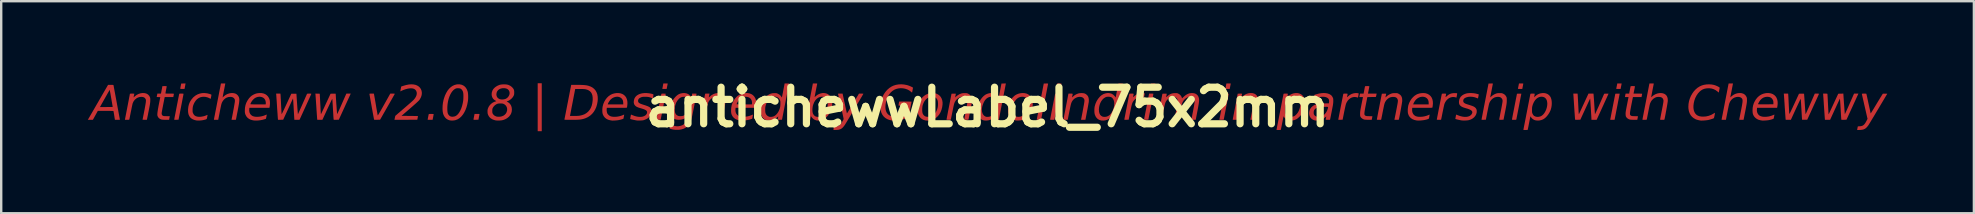
<source format=kicad_pcb>
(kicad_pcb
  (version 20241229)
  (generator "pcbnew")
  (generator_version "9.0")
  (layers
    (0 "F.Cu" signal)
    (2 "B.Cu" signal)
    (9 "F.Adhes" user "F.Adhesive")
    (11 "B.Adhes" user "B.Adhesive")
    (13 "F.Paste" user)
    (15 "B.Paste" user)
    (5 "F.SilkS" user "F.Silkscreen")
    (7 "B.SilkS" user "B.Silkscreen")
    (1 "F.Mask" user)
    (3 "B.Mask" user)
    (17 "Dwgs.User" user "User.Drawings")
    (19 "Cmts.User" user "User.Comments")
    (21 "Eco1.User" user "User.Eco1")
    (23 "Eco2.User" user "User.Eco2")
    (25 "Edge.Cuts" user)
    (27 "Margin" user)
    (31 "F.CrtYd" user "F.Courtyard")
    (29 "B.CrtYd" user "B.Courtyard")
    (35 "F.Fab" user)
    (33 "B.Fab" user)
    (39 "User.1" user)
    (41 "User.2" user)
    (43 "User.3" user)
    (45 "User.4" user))
  (footprint "antichewwLabel_75x2mm"
    (layer "F.Cu")
    (at 38.1 1.418)
    (property "Reference" "antichewwLabel_75x2mm" (at 0 0 0) (layer "F.SilkS") (effects (font (size 1.524 1.524) (thickness 0.3))))
    (attr through_hole)
    (fp_poly (pts (xy -18.576 0.999) (xy -18.745 0.999) (xy -18.745 -0.999) (xy -18.576 -0.999)) (stroke (width 0) (type solid)) (fill yes) (layer "F.Cu"))
    (fp_poly (pts (xy -13.377 -0.99) (xy -13.35 -0.99) (xy -13.335 -0.988) (xy -13.329 -0.984) (xy -13.328 -0.977) (xy -13.329 -0.972) (xy -13.333 -0.956) (xy -13.338 -0.928) (xy -13.346 -0.891) (xy -13.353 -0.857) (xy -13.371 -0.762) (xy -13.552 -0.762) (xy -13.51 -0.991) (xy -13.417 -0.991)) (stroke (width 0) (type solid)) (fill yes) (layer "F.Cu"))
    (fp_poly (pts (xy 26.411 -0.929) (xy 26.403 -0.889) (xy 26.395 -0.846) (xy 26.389 -0.815) (xy 26.379 -0.762) (xy 26.287 -0.762) (xy 26.246 -0.762) (xy 26.22 -0.763) (xy 26.205 -0.765) (xy 26.198 -0.769) (xy 26.197 -0.775) (xy 26.199 -0.781) (xy 26.202 -0.797) (xy 26.208 -0.825) (xy 26.215 -0.861) (xy 26.222 -0.895) (xy 26.241 -0.991) (xy 26.422 -0.991)) (stroke (width 0) (type solid)) (fill yes) (layer "F.Cu"))
    (fp_poly (pts (xy 3.033 -0.99) (xy 3.061 -0.989) (xy 3.076 -0.986) (xy 3.08 -0.981) (xy 3.08 -0.98) (xy 3.077 -0.968) (xy 3.071 -0.943) (xy 3.065 -0.908) (xy 3.057 -0.868) (xy 3.056 -0.866) (xy 3.037 -0.762) (xy 2.944 -0.762) (xy 2.902 -0.762) (xy 2.874 -0.764) (xy 2.859 -0.767) (xy 2.855 -0.771) (xy 2.855 -0.773) (xy 2.858 -0.785) (xy 2.864 -0.81) (xy 2.871 -0.844) (xy 2.878 -0.885) (xy 2.879 -0.887) (xy 2.898 -0.991) (xy 2.991 -0.991)) (stroke (width 0) (type solid)) (fill yes) (layer "F.Cu"))
    (fp_poly (pts (xy 22.276 -0.99) (xy 22.302 -0.989) (xy 22.317 -0.987) (xy 22.323 -0.983) (xy 22.324 -0.977) (xy 22.323 -0.976) (xy 22.32 -0.962) (xy 22.315 -0.935) (xy 22.308 -0.9) (xy 22.301 -0.861) (xy 22.282 -0.762) (xy 22.189 -0.762) (xy 22.147 -0.762) (xy 22.119 -0.764) (xy 22.104 -0.767) (xy 22.1 -0.771) (xy 22.1 -0.773) (xy 22.103 -0.785) (xy 22.108 -0.81) (xy 22.116 -0.844) (xy 22.123 -0.885) (xy 22.124 -0.887) (xy 22.144 -0.991) (xy 22.236 -0.991)) (stroke (width 0) (type solid)) (fill yes) (layer "F.Cu"))
    (fp_poly (pts (xy -21.228 0.279) (xy -21.198 0.28) (xy -21.181 0.282) (xy -21.172 0.285) (xy -21.17 0.29) (xy -21.171 0.298) (xy -21.171 0.298) (xy -21.174 0.314) (xy -21.18 0.342) (xy -21.187 0.379) (xy -21.195 0.419) (xy -21.214 0.521) (xy -21.317 0.523) (xy -21.363 0.524) (xy -21.394 0.523) (xy -21.412 0.521) (xy -21.42 0.517) (xy -21.421 0.515) (xy -21.419 0.503) (xy -21.415 0.478) (xy -21.408 0.443) (xy -21.4 0.401) (xy -21.398 0.392) (xy -21.376 0.279) (xy -21.271 0.279)) (stroke (width 0) (type solid)) (fill yes) (layer "F.Cu"))
    (fp_poly (pts (xy 6.969 -0.988) (xy 6.988 -0.987) (xy 6.993 -0.985) (xy 6.992 -0.974) (xy 6.988 -0.951) (xy 6.982 -0.919) (xy 6.975 -0.884) (xy 6.969 -0.847) (xy 6.962 -0.815) (xy 6.957 -0.79) (xy 6.955 -0.781) (xy 6.952 -0.773) (xy 6.946 -0.767) (xy 6.934 -0.764) (xy 6.913 -0.762) (xy 6.878 -0.762) (xy 6.862 -0.762) (xy 6.822 -0.762) (xy 6.796 -0.763) (xy 6.782 -0.766) (xy 6.775 -0.77) (xy 6.774 -0.777) (xy 6.776 -0.791) (xy 6.78 -0.817) (xy 6.786 -0.853) (xy 6.793 -0.889) (xy 6.812 -0.986) (xy 6.903 -0.989) (xy 6.94 -0.989)) (stroke (width 0) (type solid)) (fill yes) (layer "F.Cu"))
    (fp_poly (pts (xy 10.081 -0.99) (xy 10.11 -0.99) (xy 10.129 -0.989) (xy 10.135 -0.988) (xy 10.133 -0.98) (xy 10.129 -0.958) (xy 10.123 -0.925) (xy 10.115 -0.886) (xy 10.113 -0.877) (xy 10.106 -0.836) (xy 10.099 -0.802) (xy 10.094 -0.777) (xy 10.092 -0.765) (xy 10.092 -0.764) (xy 10.084 -0.763) (xy 10.063 -0.763) (xy 10.032 -0.762) (xy 10.003 -0.762) (xy 9.961 -0.763) (xy 9.933 -0.765) (xy 9.918 -0.768) (xy 9.914 -0.773) (xy 9.916 -0.785) (xy 9.92 -0.81) (xy 9.926 -0.844) (xy 9.933 -0.885) (xy 9.933 -0.887) (xy 9.953 -0.991) (xy 10.044 -0.991)) (stroke (width 0) (type solid)) (fill yes) (layer "F.Cu"))
    (fp_poly (pts (xy -33.423 -0.989) (xy -33.418 -0.988) (xy -33.419 -0.98) (xy -33.424 -0.957) (xy -33.43 -0.925) (xy -33.437 -0.885) (xy -33.439 -0.876) (xy -33.447 -0.835) (xy -33.453 -0.801) (xy -33.458 -0.776) (xy -33.46 -0.765) (xy -33.46 -0.764) (xy -33.468 -0.763) (xy -33.489 -0.763) (xy -33.521 -0.762) (xy -33.549 -0.762) (xy -33.589 -0.762) (xy -33.614 -0.763) (xy -33.629 -0.765) (xy -33.636 -0.77) (xy -33.638 -0.777) (xy -33.638 -0.781) (xy -33.636 -0.797) (xy -33.631 -0.825) (xy -33.625 -0.861) (xy -33.618 -0.893) (xy -33.599 -0.986) (xy -33.509 -0.989) (xy -33.472 -0.99) (xy -33.442 -0.99)) (stroke (width 0) (type solid)) (fill yes) (layer "F.Cu"))
    (fp_poly (pts (xy 2.502 -0.988) (xy 2.517 -0.986) (xy 2.523 -0.981) (xy 2.523 -0.98) (xy 2.521 -0.971) (xy 2.516 -0.945) (xy 2.509 -0.906) (xy 2.499 -0.854) (xy 2.486 -0.789) (xy 2.472 -0.715) (xy 2.456 -0.63) (xy 2.438 -0.538) (xy 2.418 -0.438) (xy 2.398 -0.333) (xy 2.376 -0.224) (xy 2.231 0.521) (xy 2.139 0.523) (xy 2.048 0.526) (xy 2.054 0.493) (xy 2.056 0.48) (xy 2.062 0.452) (xy 2.07 0.41) (xy 2.081 0.354) (xy 2.094 0.288) (xy 2.109 0.21) (xy 2.126 0.124) (xy 2.144 0.03) (xy 2.164 -0.07) (xy 2.184 -0.176) (xy 2.201 -0.262) (xy 2.342 -0.986) (xy 2.433 -0.989) (xy 2.475 -0.989)) (stroke (width 0) (type solid)) (fill yes) (layer "F.Cu"))
    (fp_poly (pts (xy 26.335 -0.566) (xy 26.34 -0.565) (xy 26.338 -0.556) (xy 26.334 -0.532) (xy 26.326 -0.495) (xy 26.317 -0.445) (xy 26.305 -0.383) (xy 26.291 -0.313) (xy 26.275 -0.233) (xy 26.259 -0.147) (xy 26.241 -0.056) (xy 26.234 -0.021) (xy 26.216 0.072) (xy 26.198 0.16) (xy 26.183 0.242) (xy 26.168 0.316) (xy 26.155 0.381) (xy 26.145 0.435) (xy 26.137 0.477) (xy 26.131 0.506) (xy 26.128 0.521) (xy 26.128 0.522) (xy 26.12 0.523) (xy 26.099 0.524) (xy 26.067 0.525) (xy 26.036 0.525) (xy 25.945 0.525) (xy 26.007 0.205) (xy 26.024 0.122) (xy 26.041 0.032) (xy 26.059 -0.058) (xy 26.076 -0.147) (xy 26.092 -0.229) (xy 26.107 -0.301) (xy 26.114 -0.339) (xy 26.158 -0.563) (xy 26.249 -0.565) (xy 26.286 -0.566) (xy 26.316 -0.566)) (stroke (width 0) (type solid)) (fill yes) (layer "F.Cu"))
    (fp_poly (pts (xy -23.135 0.28) (xy -23.105 0.282) (xy -23.087 0.284) (xy -23.08 0.289) (xy -23.08 0.29) (xy -23.082 0.302) (xy -23.086 0.327) (xy -23.092 0.362) (xy -23.1 0.403) (xy -23.101 0.41) (xy -23.109 0.451) (xy -23.116 0.485) (xy -23.12 0.51) (xy -23.122 0.522) (xy -23.122 0.522) (xy -23.13 0.523) (xy -23.152 0.524) (xy -23.184 0.525) (xy -23.224 0.525) (xy -23.228 0.525) (xy -23.271 0.525) (xy -23.301 0.524) (xy -23.319 0.522) (xy -23.327 0.519) (xy -23.33 0.514) (xy -23.329 0.51) (xy -23.327 0.496) (xy -23.321 0.469) (xy -23.315 0.434) (xy -23.308 0.402) (xy -23.301 0.363) (xy -23.294 0.329) (xy -23.289 0.305) (xy -23.286 0.294) (xy -23.283 0.288) (xy -23.274 0.284) (xy -23.258 0.281) (xy -23.231 0.28) (xy -23.191 0.279) (xy -23.181 0.279)) (stroke (width 0) (type solid)) (fill yes) (layer "F.Cu"))
    (fp_poly (pts (xy 6.86 -0.567) (xy 6.885 -0.566) (xy 6.9 -0.564) (xy 6.907 -0.56) (xy 6.908 -0.552) (xy 6.908 -0.548) (xy 6.907 -0.537) (xy 6.902 -0.51) (xy 6.894 -0.47) (xy 6.885 -0.417) (xy 6.873 -0.354) (xy 6.859 -0.282) (xy 6.843 -0.201) (xy 6.826 -0.115) (xy 6.808 -0.023) (xy 6.804 -0.004) (xy 6.701 0.521) (xy 6.61 0.523) (xy 6.573 0.524) (xy 6.544 0.524) (xy 6.525 0.523) (xy 6.519 0.522) (xy 6.521 0.514) (xy 6.525 0.49) (xy 6.532 0.454) (xy 6.542 0.406) (xy 6.553 0.348) (xy 6.566 0.282) (xy 6.58 0.21) (xy 6.595 0.133) (xy 6.61 0.053) (xy 6.626 -0.028) (xy 6.642 -0.108) (xy 6.657 -0.186) (xy 6.672 -0.26) (xy 6.685 -0.329) (xy 6.697 -0.39) (xy 6.707 -0.442) (xy 6.715 -0.483) (xy 6.721 -0.512) (xy 6.723 -0.523) (xy 6.732 -0.567) (xy 6.821 -0.567)) (stroke (width 0) (type solid)) (fill yes) (layer "F.Cu"))
    (fp_poly (pts (xy 10.004 -0.567) (xy 10.032 -0.565) (xy 10.046 -0.561) (xy 10.05 -0.557) (xy 10.048 -0.547) (xy 10.044 -0.522) (xy 10.036 -0.483) (xy 10.027 -0.431) (xy 10.015 -0.369) (xy 10.001 -0.298) (xy 9.985 -0.218) (xy 9.969 -0.132) (xy 9.951 -0.04) (xy 9.945 -0.013) (xy 9.841 0.521) (xy 9.751 0.523) (xy 9.714 0.523) (xy 9.684 0.523) (xy 9.666 0.521) (xy 9.66 0.519) (xy 9.662 0.51) (xy 9.667 0.486) (xy 9.674 0.448) (xy 9.683 0.4) (xy 9.694 0.341) (xy 9.707 0.275) (xy 9.721 0.202) (xy 9.736 0.124) (xy 9.752 0.044) (xy 9.768 -0.038) (xy 9.784 -0.119) (xy 9.799 -0.198) (xy 9.814 -0.274) (xy 9.827 -0.343) (xy 9.84 -0.405) (xy 9.85 -0.459) (xy 9.858 -0.501) (xy 9.864 -0.531) (xy 9.868 -0.547) (xy 9.868 -0.548) (xy 9.871 -0.557) (xy 9.877 -0.562) (xy 9.889 -0.565) (xy 9.911 -0.567) (xy 9.945 -0.567) (xy 9.961 -0.567)) (stroke (width 0) (type solid)) (fill yes) (layer "F.Cu"))
    (fp_poly (pts (xy -33.552 -0.567) (xy -33.526 -0.566) (xy -33.511 -0.563) (xy -33.504 -0.559) (xy -33.503 -0.552) (xy -33.505 -0.542) (xy -33.509 -0.516) (xy -33.517 -0.476) (xy -33.527 -0.424) (xy -33.539 -0.362) (xy -33.553 -0.29) (xy -33.568 -0.21) (xy -33.585 -0.123) (xy -33.603 -0.031) (xy -33.607 -0.008) (xy -33.711 0.521) (xy -33.802 0.523) (xy -33.838 0.524) (xy -33.868 0.523) (xy -33.887 0.521) (xy -33.892 0.519) (xy -33.89 0.51) (xy -33.886 0.486) (xy -33.879 0.449) (xy -33.87 0.4) (xy -33.858 0.342) (xy -33.845 0.275) (xy -33.831 0.202) (xy -33.816 0.125) (xy -33.801 0.044) (xy -33.785 -0.038) (xy -33.769 -0.119) (xy -33.753 -0.198) (xy -33.739 -0.273) (xy -33.725 -0.343) (xy -33.713 -0.405) (xy -33.702 -0.458) (xy -33.694 -0.501) (xy -33.688 -0.531) (xy -33.685 -0.547) (xy -33.684 -0.548) (xy -33.682 -0.557) (xy -33.676 -0.562) (xy -33.663 -0.565) (xy -33.642 -0.567) (xy -33.608 -0.567) (xy -33.591 -0.567)) (stroke (width 0) (type solid)) (fill yes) (layer "F.Cu"))
    (fp_poly (pts (xy 2.973 -0.565) (xy 2.992 -0.564) (xy 2.997 -0.562) (xy 2.996 -0.553) (xy 2.991 -0.529) (xy 2.984 -0.492) (xy 2.975 -0.443) (xy 2.963 -0.385) (xy 2.95 -0.318) (xy 2.936 -0.245) (xy 2.921 -0.168) (xy 2.905 -0.087) (xy 2.889 -0.005) (xy 2.873 0.076) (xy 2.858 0.155) (xy 2.843 0.23) (xy 2.829 0.3) (xy 2.817 0.362) (xy 2.807 0.415) (xy 2.798 0.458) (xy 2.792 0.488) (xy 2.789 0.504) (xy 2.788 0.506) (xy 2.785 0.514) (xy 2.779 0.52) (xy 2.767 0.523) (xy 2.745 0.525) (xy 2.711 0.525) (xy 2.696 0.525) (xy 2.656 0.525) (xy 2.63 0.523) (xy 2.616 0.521) (xy 2.609 0.516) (xy 2.608 0.51) (xy 2.61 0.499) (xy 2.614 0.474) (xy 2.622 0.434) (xy 2.632 0.382) (xy 2.644 0.319) (xy 2.657 0.247) (xy 2.673 0.167) (xy 2.69 0.081) (xy 2.708 -0.011) (xy 2.712 -0.034) (xy 2.816 -0.563) (xy 2.907 -0.565) (xy 2.943 -0.566)) (stroke (width 0) (type solid)) (fill yes) (layer "F.Cu"))
    (fp_poly (pts (xy 22.218 -0.565) (xy 22.237 -0.564) (xy 22.242 -0.562) (xy 22.24 -0.553) (xy 22.236 -0.529) (xy 22.229 -0.492) (xy 22.219 -0.443) (xy 22.208 -0.385) (xy 22.195 -0.318) (xy 22.181 -0.245) (xy 22.166 -0.168) (xy 22.151 -0.087) (xy 22.135 -0.006) (xy 22.119 0.076) (xy 22.103 0.155) (xy 22.089 0.23) (xy 22.075 0.3) (xy 22.063 0.362) (xy 22.052 0.415) (xy 22.044 0.458) (xy 22.038 0.488) (xy 22.035 0.505) (xy 22.034 0.506) (xy 22.031 0.514) (xy 22.026 0.52) (xy 22.013 0.523) (xy 21.992 0.525) (xy 21.958 0.525) (xy 21.941 0.525) (xy 21.901 0.525) (xy 21.876 0.523) (xy 21.861 0.521) (xy 21.854 0.517) (xy 21.853 0.51) (xy 21.854 0.499) (xy 21.859 0.474) (xy 21.867 0.434) (xy 21.876 0.382) (xy 21.888 0.319) (xy 21.902 0.247) (xy 21.918 0.167) (xy 21.935 0.081) (xy 21.953 -0.011) (xy 21.957 -0.034) (xy 22.061 -0.563) (xy 22.151 -0.565) (xy 22.188 -0.566)) (stroke (width 0) (type solid)) (fill yes) (layer "F.Cu"))
    (fp_poly (pts (xy -13.455 -0.566) (xy -13.426 -0.564) (xy -13.412 -0.56) (xy -13.411 -0.558) (xy -13.413 -0.548) (xy -13.417 -0.524) (xy -13.424 -0.486) (xy -13.434 -0.437) (xy -13.445 -0.378) (xy -13.458 -0.311) (xy -13.472 -0.237) (xy -13.487 -0.16) (xy -13.503 -0.079) (xy -13.519 0.003) (xy -13.535 0.084) (xy -13.551 0.164) (xy -13.565 0.239) (xy -13.579 0.308) (xy -13.591 0.37) (xy -13.602 0.423) (xy -13.61 0.465) (xy -13.616 0.494) (xy -13.619 0.509) (xy -13.62 0.51) (xy -13.624 0.517) (xy -13.633 0.521) (xy -13.65 0.524) (xy -13.679 0.525) (xy -13.712 0.525) (xy -13.751 0.524) (xy -13.781 0.522) (xy -13.798 0.519) (xy -13.801 0.517) (xy -13.799 0.507) (xy -13.795 0.483) (xy -13.787 0.445) (xy -13.778 0.396) (xy -13.767 0.337) (xy -13.754 0.27) (xy -13.74 0.197) (xy -13.725 0.119) (xy -13.709 0.038) (xy -13.693 -0.044) (xy -13.677 -0.125) (xy -13.661 -0.205) (xy -13.647 -0.28) (xy -13.633 -0.349) (xy -13.621 -0.411) (xy -13.61 -0.464) (xy -13.602 -0.506) (xy -13.596 -0.536) (xy -13.593 -0.551) (xy -13.592 -0.552) (xy -13.588 -0.559) (xy -13.579 -0.564) (xy -13.561 -0.566) (xy -13.533 -0.567) (xy -13.5 -0.567)) (stroke (width 0) (type solid)) (fill yes) (layer "F.Cu"))
    (fp_poly (pts (xy -25.562 -0.523) (xy -25.559 -0.506) (xy -25.553 -0.473) (xy -25.545 -0.428) (xy -25.535 -0.372) (xy -25.524 -0.307) (xy -25.511 -0.234) (xy -25.498 -0.155) (xy -25.484 -0.076) (xy -25.471 0.005) (xy -25.458 0.08) (xy -25.445 0.15) (xy -25.435 0.211) (xy -25.425 0.262) (xy -25.418 0.302) (xy -25.413 0.328) (xy -25.41 0.34) (xy -25.41 0.34) (xy -25.406 0.338) (xy -25.395 0.324) (xy -25.379 0.298) (xy -25.356 0.26) (xy -25.326 0.21) (xy -25.288 0.145) (xy -25.244 0.068) (xy -25.192 -0.024) (xy -25.146 -0.106) (xy -24.888 -0.567) (xy -24.792 -0.567) (xy -24.748 -0.567) (xy -24.72 -0.565) (xy -24.704 -0.563) (xy -24.699 -0.558) (xy -24.7 -0.557) (xy -24.705 -0.548) (xy -24.717 -0.525) (xy -24.737 -0.491) (xy -24.763 -0.445) (xy -24.794 -0.389) (xy -24.831 -0.324) (xy -24.872 -0.252) (xy -24.917 -0.173) (xy -24.965 -0.089) (xy -25.008 -0.013) (xy -25.313 0.521) (xy -25.437 0.523) (xy -25.485 0.524) (xy -25.518 0.524) (xy -25.541 0.523) (xy -25.554 0.521) (xy -25.561 0.517) (xy -25.564 0.511) (xy -25.565 0.506) (xy -25.568 0.49) (xy -25.574 0.459) (xy -25.582 0.416) (xy -25.592 0.362) (xy -25.604 0.299) (xy -25.617 0.229) (xy -25.63 0.153) (xy -25.645 0.074) (xy -25.66 -0.007) (xy -25.674 -0.089) (xy -25.689 -0.17) (xy -25.703 -0.247) (xy -25.716 -0.319) (xy -25.727 -0.384) (xy -25.737 -0.441) (xy -25.745 -0.488) (xy -25.751 -0.523) (xy -25.755 -0.544) (xy -25.756 -0.55) (xy -25.755 -0.557) (xy -25.75 -0.562) (xy -25.738 -0.565) (xy -25.716 -0.567) (xy -25.682 -0.567) (xy -25.663 -0.567) (xy -25.571 -0.567)) (stroke (width 0) (type solid)) (fill yes) (layer "F.Cu"))
    (fp_poly (pts (xy 15.383 -0.59) (xy 15.417 -0.587) (xy 15.444 -0.583) (xy 15.46 -0.579) (xy 15.462 -0.578) (xy 15.463 -0.566) (xy 15.462 -0.543) (xy 15.457 -0.512) (xy 15.456 -0.503) (xy 15.447 -0.46) (xy 15.441 -0.43) (xy 15.436 -0.412) (xy 15.432 -0.404) (xy 15.427 -0.402) (xy 15.419 -0.404) (xy 15.411 -0.407) (xy 15.37 -0.418) (xy 15.321 -0.425) (xy 15.27 -0.425) (xy 15.246 -0.423) (xy 15.178 -0.405) (xy 15.114 -0.372) (xy 15.055 -0.326) (xy 15.003 -0.267) (xy 14.961 -0.197) (xy 14.938 -0.146) (xy 14.932 -0.125) (xy 14.922 -0.089) (xy 14.911 -0.041) (xy 14.898 0.017) (xy 14.884 0.082) (xy 14.869 0.152) (xy 14.856 0.216) (xy 14.795 0.521) (xy 14.704 0.523) (xy 14.667 0.524) (xy 14.638 0.523) (xy 14.619 0.522) (xy 14.613 0.52) (xy 14.615 0.511) (xy 14.62 0.487) (xy 14.627 0.45) (xy 14.636 0.402) (xy 14.647 0.343) (xy 14.66 0.277) (xy 14.674 0.204) (xy 14.69 0.127) (xy 14.705 0.046) (xy 14.721 -0.036) (xy 14.737 -0.117) (xy 14.753 -0.196) (xy 14.767 -0.271) (xy 14.781 -0.341) (xy 14.794 -0.404) (xy 14.804 -0.457) (xy 14.813 -0.5) (xy 14.819 -0.53) (xy 14.822 -0.546) (xy 14.822 -0.548) (xy 14.825 -0.557) (xy 14.831 -0.562) (xy 14.844 -0.565) (xy 14.866 -0.567) (xy 14.9 -0.567) (xy 14.915 -0.567) (xy 14.956 -0.567) (xy 14.983 -0.566) (xy 14.997 -0.56) (xy 15.002 -0.546) (xy 14.999 -0.524) (xy 14.992 -0.488) (xy 14.99 -0.483) (xy 14.984 -0.453) (xy 14.98 -0.43) (xy 14.978 -0.419) (xy 14.983 -0.42) (xy 14.998 -0.431) (xy 15.019 -0.45) (xy 15.027 -0.457) (xy 15.097 -0.513) (xy 15.174 -0.554) (xy 15.257 -0.58) (xy 15.343 -0.591)) (stroke (width 0) (type solid)) (fill yes) (layer "F.Cu"))
    (fp_poly (pts (xy 6.468 -0.59) (xy 6.501 -0.587) (xy 6.528 -0.583) (xy 6.544 -0.579) (xy 6.546 -0.578) (xy 6.548 -0.567) (xy 6.546 -0.543) (xy 6.541 -0.511) (xy 6.536 -0.487) (xy 6.529 -0.452) (xy 6.524 -0.424) (xy 6.52 -0.406) (xy 6.519 -0.402) (xy 6.512 -0.402) (xy 6.494 -0.408) (xy 6.483 -0.412) (xy 6.44 -0.422) (xy 6.388 -0.425) (xy 6.333 -0.422) (xy 6.283 -0.413) (xy 6.263 -0.407) (xy 6.204 -0.377) (xy 6.147 -0.333) (xy 6.097 -0.279) (xy 6.096 -0.278) (xy 6.078 -0.254) (xy 6.062 -0.232) (xy 6.048 -0.208) (xy 6.036 -0.182) (xy 6.024 -0.151) (xy 6.013 -0.114) (xy 6.001 -0.069) (xy 5.988 -0.014) (xy 5.974 0.052) (xy 5.957 0.131) (xy 5.94 0.216) (xy 5.88 0.521) (xy 5.789 0.523) (xy 5.752 0.524) (xy 5.722 0.523) (xy 5.703 0.521) (xy 5.698 0.519) (xy 5.7 0.51) (xy 5.704 0.486) (xy 5.711 0.449) (xy 5.721 0.4) (xy 5.732 0.342) (xy 5.745 0.275) (xy 5.759 0.202) (xy 5.774 0.125) (xy 5.79 0.044) (xy 5.806 -0.038) (xy 5.822 -0.119) (xy 5.837 -0.198) (xy 5.852 -0.273) (xy 5.866 -0.343) (xy 5.878 -0.405) (xy 5.889 -0.458) (xy 5.897 -0.501) (xy 5.903 -0.531) (xy 5.907 -0.547) (xy 5.907 -0.548) (xy 5.91 -0.557) (xy 5.916 -0.562) (xy 5.928 -0.565) (xy 5.95 -0.567) (xy 5.985 -0.567) (xy 6 -0.567) (xy 6.041 -0.567) (xy 6.067 -0.566) (xy 6.082 -0.56) (xy 6.087 -0.546) (xy 6.084 -0.524) (xy 6.076 -0.488) (xy 6.075 -0.483) (xy 6.069 -0.453) (xy 6.064 -0.43) (xy 6.062 -0.419) (xy 6.068 -0.42) (xy 6.083 -0.432) (xy 6.104 -0.451) (xy 6.116 -0.461) (xy 6.185 -0.517) (xy 6.262 -0.557) (xy 6.345 -0.582) (xy 6.432 -0.591)) (stroke (width 0) (type solid)) (fill yes) (layer "F.Cu"))
    (fp_poly (pts (xy -23.915 -0.949) (xy -23.829 -0.93) (xy -23.768 -0.905) (xy -23.703 -0.865) (xy -23.651 -0.815) (xy -23.612 -0.756) (xy -23.586 -0.691) (xy -23.573 -0.621) (xy -23.574 -0.548) (xy -23.589 -0.473) (xy -23.618 -0.397) (xy -23.661 -0.322) (xy -23.687 -0.287) (xy -23.702 -0.271) (xy -23.73 -0.244) (xy -23.768 -0.209) (xy -23.815 -0.165) (xy -23.872 -0.115) (xy -23.935 -0.059) (xy -24.005 0.002) (xy -24.074 0.062) (xy -24.421 0.36) (xy -24.077 0.362) (xy -24.002 0.363) (xy -23.933 0.364) (xy -23.872 0.365) (xy -23.819 0.366) (xy -23.777 0.367) (xy -23.748 0.369) (xy -23.734 0.37) (xy -23.732 0.371) (xy -23.734 0.381) (xy -23.739 0.404) (xy -23.745 0.435) (xy -23.748 0.449) (xy -23.762 0.521) (xy -24.238 0.523) (xy -24.715 0.525) (xy -24.71 0.506) (xy -24.706 0.488) (xy -24.7 0.46) (xy -24.693 0.427) (xy -24.693 0.423) (xy -24.686 0.392) (xy -24.679 0.368) (xy -24.674 0.356) (xy -24.674 0.355) (xy -24.557 0.255) (xy -24.452 0.165) (xy -24.358 0.084) (xy -24.276 0.014) (xy -24.204 -0.049) (xy -24.141 -0.103) (xy -24.087 -0.15) (xy -24.041 -0.19) (xy -24.003 -0.224) (xy -23.972 -0.252) (xy -23.947 -0.275) (xy -23.927 -0.294) (xy -23.912 -0.308) (xy -23.903 -0.319) (xy -23.853 -0.382) (xy -23.816 -0.446) (xy -23.792 -0.509) (xy -23.783 -0.571) (xy -23.788 -0.628) (xy -23.807 -0.68) (xy -23.815 -0.693) (xy -23.85 -0.734) (xy -23.893 -0.763) (xy -23.945 -0.781) (xy -24.008 -0.788) (xy -24.033 -0.789) (xy -24.102 -0.783) (xy -24.181 -0.769) (xy -24.263 -0.746) (xy -24.346 -0.717) (xy -24.424 -0.683) (xy -24.435 -0.677) (xy -24.471 -0.659) (xy -24.465 -0.687) (xy -24.461 -0.709) (xy -24.455 -0.741) (xy -24.448 -0.778) (xy -24.446 -0.789) (xy -24.433 -0.862) (xy -24.352 -0.889) (xy -24.228 -0.925) (xy -24.115 -0.947) (xy -24.01 -0.955)) (stroke (width 0) (type solid)) (fill yes) (layer "F.Cu"))
    (fp_poly (pts (xy 19.501 -0.588) (xy 19.534 -0.586) (xy 19.557 -0.583) (xy 19.565 -0.58) (xy 19.568 -0.567) (xy 19.566 -0.538) (xy 19.558 -0.495) (xy 19.556 -0.487) (xy 19.549 -0.451) (xy 19.543 -0.422) (xy 19.538 -0.404) (xy 19.537 -0.399) (xy 19.528 -0.401) (xy 19.516 -0.406) (xy 19.488 -0.416) (xy 19.449 -0.423) (xy 19.406 -0.426) (xy 19.364 -0.424) (xy 19.353 -0.423) (xy 19.285 -0.405) (xy 19.221 -0.373) (xy 19.161 -0.326) (xy 19.109 -0.269) (xy 19.066 -0.201) (xy 19.041 -0.145) (xy 19.035 -0.126) (xy 19.026 -0.092) (xy 19.016 -0.046) (xy 19.003 0.01) (xy 18.99 0.073) (xy 18.976 0.141) (xy 18.965 0.195) (xy 18.951 0.264) (xy 18.938 0.328) (xy 18.927 0.385) (xy 18.917 0.434) (xy 18.909 0.471) (xy 18.904 0.496) (xy 18.902 0.506) (xy 18.899 0.514) (xy 18.893 0.52) (xy 18.881 0.523) (xy 18.859 0.525) (xy 18.825 0.525) (xy 18.809 0.525) (xy 18.762 0.524) (xy 18.733 0.521) (xy 18.72 0.517) (xy 18.72 0.516) (xy 18.721 0.506) (xy 18.726 0.481) (xy 18.733 0.443) (xy 18.742 0.394) (xy 18.754 0.335) (xy 18.767 0.268) (xy 18.781 0.195) (xy 18.796 0.117) (xy 18.812 0.036) (xy 18.828 -0.046) (xy 18.844 -0.127) (xy 18.859 -0.206) (xy 18.874 -0.282) (xy 18.888 -0.351) (xy 18.9 -0.413) (xy 18.91 -0.465) (xy 18.919 -0.507) (xy 18.925 -0.536) (xy 18.928 -0.551) (xy 18.928 -0.552) (xy 18.932 -0.559) (xy 18.941 -0.564) (xy 18.959 -0.566) (xy 18.988 -0.567) (xy 19.021 -0.567) (xy 19.063 -0.567) (xy 19.091 -0.565) (xy 19.105 -0.561) (xy 19.109 -0.557) (xy 19.107 -0.543) (xy 19.102 -0.519) (xy 19.097 -0.491) (xy 19.089 -0.454) (xy 19.086 -0.432) (xy 19.089 -0.424) (xy 19.1 -0.429) (xy 19.119 -0.446) (xy 19.129 -0.456) (xy 19.193 -0.509) (xy 19.255 -0.547) (xy 19.321 -0.572) (xy 19.394 -0.585) (xy 19.462 -0.588)) (stroke (width 0) (type solid)) (fill yes) (layer "F.Cu"))
    (fp_poly (pts (xy 30.173 -0.947) (xy 30.26 -0.931) (xy 30.304 -0.918) (xy 30.354 -0.9) (xy 30.403 -0.879) (xy 30.447 -0.857) (xy 30.481 -0.836) (xy 30.488 -0.831) (xy 30.509 -0.814) (xy 30.489 -0.712) (xy 30.47 -0.61) (xy 30.42 -0.652) (xy 30.34 -0.71) (xy 30.259 -0.751) (xy 30.173 -0.778) (xy 30.08 -0.79) (xy 30.044 -0.791) (xy 29.951 -0.785) (xy 29.868 -0.768) (xy 29.793 -0.738) (xy 29.724 -0.695) (xy 29.674 -0.653) (xy 29.603 -0.576) (xy 29.542 -0.487) (xy 29.491 -0.387) (xy 29.452 -0.279) (xy 29.427 -0.17) (xy 29.414 -0.064) (xy 29.414 0.033) (xy 29.427 0.119) (xy 29.453 0.195) (xy 29.455 0.2) (xy 29.491 0.262) (xy 29.537 0.311) (xy 29.592 0.348) (xy 29.659 0.374) (xy 29.737 0.388) (xy 29.82 0.392) (xy 29.935 0.384) (xy 30.044 0.36) (xy 30.147 0.322) (xy 30.235 0.274) (xy 30.264 0.256) (xy 30.289 0.242) (xy 30.305 0.233) (xy 30.307 0.231) (xy 30.309 0.238) (xy 30.308 0.257) (xy 30.304 0.285) (xy 30.298 0.32) (xy 30.291 0.356) (xy 30.283 0.392) (xy 30.276 0.423) (xy 30.269 0.445) (xy 30.264 0.456) (xy 30.25 0.464) (xy 30.222 0.476) (xy 30.185 0.489) (xy 30.142 0.502) (xy 30.097 0.515) (xy 30.053 0.527) (xy 30.022 0.534) (xy 29.981 0.54) (xy 29.931 0.546) (xy 29.876 0.551) (xy 29.821 0.555) (xy 29.771 0.556) (xy 29.73 0.556) (xy 29.705 0.554) (xy 29.644 0.543) (xy 29.585 0.528) (xy 29.532 0.512) (xy 29.502 0.5) (xy 29.422 0.454) (xy 29.353 0.397) (xy 29.297 0.329) (xy 29.254 0.25) (xy 29.223 0.16) (xy 29.206 0.061) (xy 29.202 -0.021) (xy 29.209 -0.137) (xy 29.229 -0.252) (xy 29.263 -0.363) (xy 29.308 -0.469) (xy 29.364 -0.568) (xy 29.429 -0.66) (xy 29.503 -0.741) (xy 29.585 -0.811) (xy 29.674 -0.867) (xy 29.761 -0.907) (xy 29.856 -0.934) (xy 29.96 -0.95) (xy 30.068 -0.954)) (stroke (width 0) (type solid)) (fill yes) (layer "F.Cu"))
    (fp_poly (pts (xy 36.566 -0.567) (xy 36.593 -0.566) (xy 36.61 -0.563) (xy 36.618 -0.559) (xy 36.622 -0.552) (xy 36.624 -0.541) (xy 36.63 -0.515) (xy 36.639 -0.476) (xy 36.65 -0.426) (xy 36.663 -0.365) (xy 36.678 -0.297) (xy 36.694 -0.222) (xy 36.711 -0.144) (xy 36.728 -0.065) (xy 36.744 0.01) (xy 36.759 0.077) (xy 36.772 0.137) (xy 36.783 0.186) (xy 36.791 0.224) (xy 36.797 0.248) (xy 36.799 0.258) (xy 36.804 0.252) (xy 36.816 0.234) (xy 36.836 0.203) (xy 36.862 0.161) (xy 36.894 0.11) (xy 36.93 0.051) (xy 36.97 -0.016) (xy 37.014 -0.088) (xy 37.049 -0.147) (xy 37.095 -0.223) (xy 37.139 -0.295) (xy 37.179 -0.361) (xy 37.215 -0.42) (xy 37.247 -0.471) (xy 37.272 -0.512) (xy 37.292 -0.542) (xy 37.304 -0.559) (xy 37.308 -0.564) (xy 37.32 -0.565) (xy 37.345 -0.566) (xy 37.379 -0.566) (xy 37.404 -0.565) (xy 37.491 -0.563) (xy 37.114 0.071) (xy 37.056 0.167) (xy 37.001 0.26) (xy 36.948 0.349) (xy 36.898 0.432) (xy 36.852 0.508) (xy 36.811 0.576) (xy 36.775 0.636) (xy 36.745 0.685) (xy 36.722 0.723) (xy 36.706 0.748) (xy 36.699 0.758) (xy 36.653 0.817) (xy 36.607 0.864) (xy 36.559 0.899) (xy 36.506 0.923) (xy 36.445 0.938) (xy 36.372 0.946) (xy 36.306 0.948) (xy 36.235 0.948) (xy 36.241 0.914) (xy 36.246 0.884) (xy 36.253 0.85) (xy 36.255 0.839) (xy 36.264 0.798) (xy 36.345 0.793) (xy 36.398 0.788) (xy 36.444 0.776) (xy 36.483 0.756) (xy 36.519 0.727) (xy 36.554 0.687) (xy 36.589 0.634) (xy 36.624 0.57) (xy 36.668 0.486) (xy 36.55 -0.028) (xy 36.529 -0.118) (xy 36.51 -0.204) (xy 36.492 -0.284) (xy 36.475 -0.357) (xy 36.461 -0.42) (xy 36.449 -0.473) (xy 36.44 -0.514) (xy 36.434 -0.541) (xy 36.432 -0.554) (xy 36.432 -0.554) (xy 36.435 -0.56) (xy 36.444 -0.564) (xy 36.463 -0.566) (xy 36.494 -0.567) (xy 36.525 -0.567)) (stroke (width 0) (type solid)) (fill yes) (layer "F.Cu"))
    (fp_poly (pts (xy -32.52 -0.579) (xy -32.421 -0.555) (xy -32.389 -0.544) (xy -32.363 -0.535) (xy -32.347 -0.528) (xy -32.346 -0.527) (xy -32.342 -0.519) (xy -32.342 -0.501) (xy -32.346 -0.472) (xy -32.353 -0.436) (xy -32.36 -0.4) (xy -32.366 -0.372) (xy -32.371 -0.353) (xy -32.372 -0.349) (xy -32.38 -0.351) (xy -32.398 -0.361) (xy -32.409 -0.368) (xy -32.435 -0.381) (xy -32.469 -0.397) (xy -32.506 -0.411) (xy -32.51 -0.412) (xy -32.578 -0.429) (xy -32.652 -0.436) (xy -32.725 -0.432) (xy -32.792 -0.418) (xy -32.799 -0.416) (xy -32.874 -0.381) (xy -32.941 -0.333) (xy -32.998 -0.27) (xy -33.048 -0.193) (xy -33.062 -0.165) (xy -33.09 -0.102) (xy -33.109 -0.043) (xy -33.12 0.016) (xy -33.125 0.082) (xy -33.125 0.11) (xy -33.125 0.153) (xy -33.124 0.184) (xy -33.121 0.207) (xy -33.115 0.228) (xy -33.105 0.251) (xy -33.099 0.263) (xy -33.071 0.312) (xy -33.035 0.348) (xy -32.99 0.374) (xy -32.933 0.391) (xy -32.893 0.397) (xy -32.829 0.4) (xy -32.758 0.394) (xy -32.683 0.38) (xy -32.61 0.36) (xy -32.545 0.334) (xy -32.535 0.329) (xy -32.52 0.322) (xy -32.51 0.319) (xy -32.505 0.323) (xy -32.504 0.337) (xy -32.508 0.363) (xy -32.515 0.402) (xy -32.518 0.417) (xy -32.524 0.449) (xy -32.53 0.471) (xy -32.538 0.487) (xy -32.551 0.498) (xy -32.572 0.508) (xy -32.604 0.517) (xy -32.649 0.528) (xy -32.655 0.53) (xy -32.713 0.542) (xy -32.778 0.55) (xy -32.845 0.555) (xy -32.909 0.555) (xy -32.963 0.551) (xy -32.97 0.55) (xy -33.042 0.533) (xy -33.109 0.507) (xy -33.169 0.473) (xy -33.216 0.433) (xy -33.231 0.416) (xy -33.266 0.363) (xy -33.291 0.306) (xy -33.307 0.242) (xy -33.314 0.168) (xy -33.314 0.093) (xy -33.302 -0.021) (xy -33.276 -0.126) (xy -33.235 -0.224) (xy -33.178 -0.314) (xy -33.107 -0.4) (xy -33.078 -0.428) (xy -33.001 -0.489) (xy -32.916 -0.536) (xy -32.824 -0.569) (xy -32.727 -0.588) (xy -32.625 -0.591)) (stroke (width 0) (type solid)) (fill yes) (layer "F.Cu"))
    (fp_poly (pts (xy -2.233 -0.586) (xy -2.18 -0.579) (xy -2.138 -0.569) (xy -2.138 -0.569) (xy -2.064 -0.533) (xy -2.001 -0.486) (xy -1.95 -0.427) (xy -1.912 -0.358) (xy -1.886 -0.28) (xy -1.874 -0.195) (xy -1.875 -0.119) (xy -1.891 -0.001) (xy -1.919 0.107) (xy -1.958 0.206) (xy -2.008 0.294) (xy -2.069 0.371) (xy -2.139 0.436) (xy -2.219 0.488) (xy -2.306 0.526) (xy -2.402 0.55) (xy -2.405 0.55) (xy -2.495 0.558) (xy -2.58 0.551) (xy -2.605 0.546) (xy -2.682 0.522) (xy -2.748 0.483) (xy -2.797 0.441) (xy -2.84 0.389) (xy -2.872 0.335) (xy -2.894 0.275) (xy -2.907 0.207) (xy -2.911 0.128) (xy -2.91 0.094) (xy -2.723 0.094) (xy -2.722 0.155) (xy -2.716 0.21) (xy -2.706 0.254) (xy -2.702 0.264) (xy -2.68 0.306) (xy -2.648 0.343) (xy -2.613 0.372) (xy -2.592 0.382) (xy -2.541 0.396) (xy -2.48 0.4) (xy -2.418 0.395) (xy -2.359 0.382) (xy -2.356 0.381) (xy -2.292 0.35) (xy -2.233 0.304) (xy -2.181 0.246) (xy -2.137 0.175) (xy -2.102 0.095) (xy -2.077 0.007) (xy -2.074 -0.008) (xy -2.068 -0.052) (xy -2.065 -0.104) (xy -2.065 -0.158) (xy -2.068 -0.21) (xy -2.073 -0.253) (xy -2.078 -0.273) (xy -2.091 -0.307) (xy -2.109 -0.342) (xy -2.117 -0.355) (xy -2.153 -0.391) (xy -2.201 -0.417) (xy -2.257 -0.433) (xy -2.319 -0.437) (xy -2.371 -0.432) (xy -2.446 -0.41) (xy -2.513 -0.373) (xy -2.573 -0.322) (xy -2.624 -0.257) (xy -2.667 -0.178) (xy -2.701 -0.085) (xy -2.703 -0.079) (xy -2.714 -0.027) (xy -2.72 0.032) (xy -2.723 0.094) (xy -2.91 0.094) (xy -2.91 0.08) (xy -2.907 0.023) (xy -2.902 -0.023) (xy -2.895 -0.064) (xy -2.883 -0.106) (xy -2.883 -0.106) (xy -2.844 -0.213) (xy -2.794 -0.307) (xy -2.733 -0.39) (xy -2.661 -0.46) (xy -2.58 -0.517) (xy -2.49 -0.559) (xy -2.451 -0.573) (xy -2.406 -0.582) (xy -2.351 -0.587) (xy -2.292 -0.589)) (stroke (width 0) (type solid)) (fill yes) (layer "F.Cu"))
    (fp_poly (pts (xy 26.926 -0.88) (xy 26.952 -0.879) (xy 26.967 -0.877) (xy 26.973 -0.872) (xy 26.974 -0.866) (xy 26.973 -0.853) (xy 26.968 -0.826) (xy 26.962 -0.789) (xy 26.953 -0.745) (xy 26.946 -0.709) (xy 26.918 -0.567) (xy 27.1 -0.567) (xy 27.162 -0.567) (xy 27.209 -0.566) (xy 27.242 -0.565) (xy 27.264 -0.563) (xy 27.275 -0.56) (xy 27.277 -0.557) (xy 27.277 -0.557) (xy 27.274 -0.544) (xy 27.269 -0.519) (xy 27.263 -0.488) (xy 27.262 -0.485) (xy 27.251 -0.423) (xy 26.892 -0.423) (xy 26.83 -0.112) (xy 26.812 -0.017) (xy 26.797 0.063) (xy 26.785 0.13) (xy 26.776 0.184) (xy 26.771 0.227) (xy 26.769 0.261) (xy 26.769 0.287) (xy 26.772 0.307) (xy 26.778 0.321) (xy 26.784 0.33) (xy 26.801 0.346) (xy 26.82 0.357) (xy 26.845 0.365) (xy 26.879 0.37) (xy 26.924 0.372) (xy 26.979 0.373) (xy 27.022 0.373) (xy 27.059 0.374) (xy 27.086 0.376) (xy 27.1 0.378) (xy 27.102 0.379) (xy 27.1 0.39) (xy 27.096 0.413) (xy 27.09 0.444) (xy 27.088 0.455) (xy 27.074 0.525) (xy 26.938 0.524) (xy 26.888 0.523) (xy 26.842 0.522) (xy 26.803 0.519) (xy 26.776 0.517) (xy 26.767 0.515) (xy 26.718 0.498) (xy 26.671 0.47) (xy 26.633 0.435) (xy 26.616 0.412) (xy 26.603 0.39) (xy 26.596 0.371) (xy 26.591 0.348) (xy 26.589 0.316) (xy 26.587 0.289) (xy 26.587 0.266) (xy 26.587 0.244) (xy 26.589 0.22) (xy 26.592 0.191) (xy 26.597 0.158) (xy 26.604 0.116) (xy 26.614 0.064) (xy 26.626 0.001) (xy 26.641 -0.077) (xy 26.647 -0.108) (xy 26.709 -0.423) (xy 26.558 -0.423) (xy 26.564 -0.455) (xy 26.569 -0.484) (xy 26.576 -0.517) (xy 26.578 -0.527) (xy 26.587 -0.567) (xy 26.735 -0.567) (xy 26.762 -0.705) (xy 26.771 -0.752) (xy 26.78 -0.795) (xy 26.787 -0.83) (xy 26.792 -0.854) (xy 26.793 -0.861) (xy 26.796 -0.87) (xy 26.802 -0.875) (xy 26.814 -0.879) (xy 26.835 -0.88) (xy 26.87 -0.881) (xy 26.886 -0.881)) (stroke (width 0) (type solid)) (fill yes) (layer "F.Cu"))
    (fp_poly (pts (xy 1.544 -0.587) (xy 1.621 -0.569) (xy 1.679 -0.544) (xy 1.745 -0.5) (xy 1.798 -0.444) (xy 1.84 -0.378) (xy 1.868 -0.302) (xy 1.883 -0.217) (xy 1.885 -0.123) (xy 1.885 -0.122) (xy 1.876 -0.042) (xy 1.859 0.044) (xy 1.835 0.127) (xy 1.818 0.176) (xy 1.776 0.259) (xy 1.721 0.336) (xy 1.656 0.404) (xy 1.583 0.462) (xy 1.504 0.507) (xy 1.422 0.537) (xy 1.418 0.538) (xy 1.372 0.547) (xy 1.317 0.552) (xy 1.259 0.555) (xy 1.206 0.554) (xy 1.168 0.55) (xy 1.104 0.531) (xy 1.041 0.501) (xy 0.984 0.461) (xy 0.936 0.414) (xy 0.909 0.376) (xy 0.888 0.336) (xy 0.872 0.299) (xy 0.862 0.26) (xy 0.855 0.216) (xy 0.852 0.162) (xy 0.852 0.114) (xy 0.852 0.097) (xy 1.037 0.097) (xy 1.039 0.154) (xy 1.043 0.205) (xy 1.051 0.245) (xy 1.052 0.246) (xy 1.077 0.301) (xy 1.114 0.345) (xy 1.161 0.376) (xy 1.218 0.395) (xy 1.284 0.401) (xy 1.357 0.394) (xy 1.384 0.388) (xy 1.443 0.365) (xy 1.499 0.328) (xy 1.551 0.278) (xy 1.598 0.217) (xy 1.637 0.148) (xy 1.663 0.085) (xy 1.681 0.014) (xy 1.693 -0.06) (xy 1.698 -0.135) (xy 1.695 -0.206) (xy 1.685 -0.268) (xy 1.672 -0.307) (xy 1.644 -0.354) (xy 1.604 -0.391) (xy 1.555 -0.418) (xy 1.498 -0.433) (xy 1.437 -0.437) (xy 1.373 -0.429) (xy 1.31 -0.408) (xy 1.285 -0.396) (xy 1.228 -0.357) (xy 1.176 -0.304) (xy 1.129 -0.24) (xy 1.09 -0.167) (xy 1.06 -0.088) (xy 1.053 -0.064) (xy 1.045 -0.017) (xy 1.039 0.038) (xy 1.037 0.097) (xy 0.852 0.097) (xy 0.853 0.037) (xy 0.859 -0.028) (xy 0.871 -0.088) (xy 0.89 -0.147) (xy 0.917 -0.212) (xy 0.933 -0.245) (xy 0.952 -0.284) (xy 0.97 -0.315) (xy 0.99 -0.342) (xy 1.014 -0.371) (xy 1.047 -0.405) (xy 1.057 -0.415) (xy 1.095 -0.452) (xy 1.126 -0.48) (xy 1.155 -0.501) (xy 1.185 -0.519) (xy 1.211 -0.532) (xy 1.292 -0.565) (xy 1.376 -0.584) (xy 1.461 -0.592)) (stroke (width 0) (type solid)) (fill yes) (layer "F.Cu"))
    (fp_poly (pts (xy -9.997 -0.59) (xy -9.915 -0.575) (xy -9.842 -0.547) (xy -9.778 -0.505) (xy -9.725 -0.451) (xy -9.683 -0.385) (xy -9.66 -0.33) (xy -9.649 -0.283) (xy -9.642 -0.225) (xy -9.641 -0.16) (xy -9.644 -0.094) (xy -9.651 -0.036) (xy -9.662 0.025) (xy -10.497 0.025) (xy -10.503 0.073) (xy -10.506 0.147) (xy -10.494 0.213) (xy -10.469 0.272) (xy -10.43 0.321) (xy -10.38 0.359) (xy -10.358 0.37) (xy -10.302 0.388) (xy -10.236 0.398) (xy -10.161 0.4) (xy -10.081 0.394) (xy -10 0.381) (xy -9.921 0.361) (xy -9.847 0.334) (xy -9.826 0.325) (xy -9.801 0.314) (xy -9.783 0.307) (xy -9.776 0.306) (xy -9.776 0.315) (xy -9.78 0.337) (xy -9.785 0.369) (xy -9.79 0.395) (xy -9.806 0.481) (xy -9.875 0.503) (xy -9.965 0.527) (xy -10.06 0.544) (xy -10.155 0.554) (xy -10.245 0.556) (xy -10.326 0.55) (xy -10.351 0.546) (xy -10.436 0.522) (xy -10.511 0.488) (xy -10.573 0.441) (xy -10.622 0.384) (xy -10.659 0.316) (xy -10.669 0.287) (xy -10.678 0.256) (xy -10.683 0.223) (xy -10.686 0.184) (xy -10.687 0.132) (xy -10.687 0.131) (xy -10.68 0.016) (xy -10.66 -0.09) (xy -10.646 -0.128) (xy -10.456 -0.128) (xy -10.452 -0.126) (xy -10.438 -0.124) (xy -10.413 -0.122) (xy -10.376 -0.12) (xy -10.326 -0.119) (xy -10.262 -0.119) (xy -10.182 -0.119) (xy -10.139 -0.119) (xy -9.822 -0.119) (xy -9.816 -0.149) (xy -9.814 -0.189) (xy -9.819 -0.236) (xy -9.83 -0.282) (xy -9.838 -0.302) (xy -9.868 -0.35) (xy -9.91 -0.388) (xy -9.961 -0.416) (xy -10.02 -0.432) (xy -10.083 -0.437) (xy -10.15 -0.429) (xy -10.216 -0.408) (xy -10.236 -0.4) (xy -10.283 -0.37) (xy -10.331 -0.329) (xy -10.376 -0.279) (xy -10.412 -0.225) (xy -10.425 -0.203) (xy -10.439 -0.172) (xy -10.45 -0.147) (xy -10.456 -0.131) (xy -10.456 -0.128) (xy -10.646 -0.128) (xy -10.624 -0.19) (xy -10.574 -0.285) (xy -10.51 -0.375) (xy -10.453 -0.437) (xy -10.393 -0.486) (xy -10.323 -0.527) (xy -10.308 -0.534) (xy -10.251 -0.558) (xy -10.2 -0.574) (xy -10.147 -0.584) (xy -10.088 -0.59)) (stroke (width 0) (type solid)) (fill yes) (layer "F.Cu"))
    (fp_poly (pts (xy 15.863 -0.88) (xy 15.891 -0.878) (xy 15.905 -0.874) (xy 15.909 -0.87) (xy 15.907 -0.859) (xy 15.903 -0.833) (xy 15.897 -0.797) (xy 15.888 -0.754) (xy 15.881 -0.713) (xy 15.852 -0.567) (xy 16.033 -0.567) (xy 16.213 -0.567) (xy 16.208 -0.54) (xy 16.203 -0.515) (xy 16.196 -0.483) (xy 16.193 -0.47) (xy 16.184 -0.428) (xy 16.004 -0.425) (xy 15.951 -0.424) (xy 15.904 -0.423) (xy 15.866 -0.422) (xy 15.839 -0.421) (xy 15.825 -0.42) (xy 15.824 -0.42) (xy 15.823 -0.411) (xy 15.818 -0.387) (xy 15.811 -0.351) (xy 15.802 -0.304) (xy 15.791 -0.247) (xy 15.778 -0.183) (xy 15.764 -0.114) (xy 15.764 -0.113) (xy 15.745 -0.017) (xy 15.73 0.064) (xy 15.718 0.131) (xy 15.71 0.185) (xy 15.705 0.229) (xy 15.703 0.263) (xy 15.704 0.29) (xy 15.707 0.309) (xy 15.713 0.323) (xy 15.718 0.33) (xy 15.735 0.346) (xy 15.754 0.357) (xy 15.779 0.365) (xy 15.813 0.37) (xy 15.858 0.372) (xy 15.913 0.373) (xy 15.956 0.373) (xy 15.993 0.374) (xy 16.02 0.376) (xy 16.034 0.378) (xy 16.036 0.379) (xy 16.034 0.39) (xy 16.03 0.413) (xy 16.024 0.444) (xy 16.022 0.455) (xy 16.008 0.525) (xy 15.872 0.524) (xy 15.822 0.523) (xy 15.776 0.522) (xy 15.738 0.519) (xy 15.71 0.517) (xy 15.701 0.515) (xy 15.652 0.498) (xy 15.605 0.469) (xy 15.566 0.434) (xy 15.549 0.411) (xy 15.538 0.393) (xy 15.531 0.377) (xy 15.527 0.36) (xy 15.525 0.337) (xy 15.524 0.305) (xy 15.524 0.267) (xy 15.525 0.238) (xy 15.526 0.21) (xy 15.529 0.181) (xy 15.533 0.149) (xy 15.538 0.112) (xy 15.546 0.066) (xy 15.557 0.011) (xy 15.57 -0.057) (xy 15.584 -0.129) (xy 15.643 -0.423) (xy 15.492 -0.423) (xy 15.498 -0.455) (xy 15.503 -0.484) (xy 15.51 -0.517) (xy 15.512 -0.527) (xy 15.521 -0.567) (xy 15.67 -0.567) (xy 15.697 -0.709) (xy 15.706 -0.757) (xy 15.714 -0.8) (xy 15.721 -0.834) (xy 15.726 -0.858) (xy 15.728 -0.866) (xy 15.732 -0.872) (xy 15.741 -0.877) (xy 15.759 -0.879) (xy 15.788 -0.88) (xy 15.821 -0.881)) (stroke (width 0) (type solid)) (fill yes) (layer "F.Cu"))
    (fp_poly (pts (xy -30.258 -0.59) (xy -30.176 -0.575) (xy -30.102 -0.547) (xy -30.039 -0.505) (xy -29.986 -0.451) (xy -29.943 -0.384) (xy -29.921 -0.33) (xy -29.909 -0.283) (xy -29.903 -0.225) (xy -29.901 -0.16) (xy -29.905 -0.093) (xy -29.912 -0.036) (xy -29.923 0.025) (xy -30.758 0.025) (xy -30.764 0.073) (xy -30.766 0.147) (xy -30.755 0.213) (xy -30.729 0.272) (xy -30.691 0.321) (xy -30.64 0.359) (xy -30.619 0.37) (xy -30.563 0.388) (xy -30.496 0.398) (xy -30.422 0.4) (xy -30.342 0.394) (xy -30.261 0.381) (xy -30.182 0.361) (xy -30.108 0.334) (xy -30.087 0.325) (xy -30.062 0.314) (xy -30.043 0.307) (xy -30.036 0.306) (xy -30.037 0.315) (xy -30.04 0.337) (xy -30.045 0.368) (xy -30.05 0.395) (xy -30.067 0.481) (xy -30.131 0.502) (xy -30.212 0.525) (xy -30.299 0.541) (xy -30.388 0.552) (xy -30.475 0.556) (xy -30.554 0.553) (xy -30.608 0.546) (xy -30.696 0.523) (xy -30.77 0.488) (xy -30.832 0.442) (xy -30.882 0.384) (xy -30.919 0.315) (xy -30.929 0.288) (xy -30.938 0.259) (xy -30.944 0.229) (xy -30.947 0.195) (xy -30.948 0.15) (xy -30.948 0.131) (xy -30.941 0.015) (xy -30.919 -0.094) (xy -30.907 -0.128) (xy -30.717 -0.128) (xy -30.713 -0.126) (xy -30.698 -0.124) (xy -30.673 -0.122) (xy -30.637 -0.12) (xy -30.587 -0.119) (xy -30.522 -0.119) (xy -30.443 -0.119) (xy -30.4 -0.119) (xy -30.082 -0.119) (xy -30.077 -0.141) (xy -30.074 -0.173) (xy -30.077 -0.214) (xy -30.085 -0.258) (xy -30.098 -0.298) (xy -30.104 -0.311) (xy -30.136 -0.358) (xy -30.179 -0.395) (xy -30.232 -0.42) (xy -30.291 -0.435) (xy -30.355 -0.437) (xy -30.422 -0.427) (xy -30.488 -0.403) (xy -30.497 -0.399) (xy -30.545 -0.369) (xy -30.593 -0.327) (xy -30.638 -0.277) (xy -30.674 -0.223) (xy -30.685 -0.203) (xy -30.7 -0.172) (xy -30.711 -0.147) (xy -30.717 -0.131) (xy -30.717 -0.128) (xy -30.907 -0.128) (xy -30.883 -0.195) (xy -30.83 -0.292) (xy -30.771 -0.375) (xy -30.714 -0.437) (xy -30.654 -0.486) (xy -30.585 -0.526) (xy -30.569 -0.534) (xy -30.512 -0.558) (xy -30.461 -0.574) (xy -30.407 -0.584) (xy -30.349 -0.59)) (stroke (width 0) (type solid)) (fill yes) (layer "F.Cu"))
    (fp_poly (pts (xy -21.998 -0.954) (xy -21.919 -0.938) (xy -21.849 -0.909) (xy -21.787 -0.865) (xy -21.735 -0.807) (xy -21.694 -0.737) (xy -21.663 -0.653) (xy -21.661 -0.648) (xy -21.653 -0.604) (xy -21.647 -0.548) (xy -21.643 -0.484) (xy -21.642 -0.416) (xy -21.644 -0.348) (xy -21.649 -0.286) (xy -21.653 -0.256) (xy -21.678 -0.122) (xy -21.712 0.002) (xy -21.754 0.115) (xy -21.805 0.218) (xy -21.863 0.309) (xy -21.927 0.386) (xy -21.999 0.451) (xy -22.075 0.5) (xy -22.157 0.534) (xy -22.214 0.547) (xy -22.279 0.554) (xy -22.343 0.555) (xy -22.4 0.548) (xy -22.409 0.547) (xy -22.482 0.522) (xy -22.545 0.484) (xy -22.589 0.443) (xy -22.632 0.388) (xy -22.664 0.328) (xy -22.688 0.259) (xy -22.703 0.18) (xy -22.71 0.088) (xy -22.71 0.08) (xy -22.511 0.08) (xy -22.508 0.146) (xy -22.503 0.199) (xy -22.495 0.242) (xy -22.482 0.276) (xy -22.466 0.306) (xy -22.444 0.334) (xy -22.409 0.366) (xy -22.369 0.386) (xy -22.322 0.395) (xy -22.28 0.395) (xy -22.221 0.387) (xy -22.173 0.371) (xy -22.119 0.337) (xy -22.067 0.288) (xy -22.019 0.225) (xy -21.975 0.149) (xy -21.935 0.062) (xy -21.901 -0.036) (xy -21.887 -0.088) (xy -21.868 -0.165) (xy -21.855 -0.234) (xy -21.846 -0.299) (xy -21.842 -0.368) (xy -21.84 -0.447) (xy -21.84 -0.449) (xy -21.841 -0.519) (xy -21.845 -0.575) (xy -21.853 -0.621) (xy -21.864 -0.659) (xy -21.881 -0.694) (xy -21.899 -0.72) (xy -21.926 -0.752) (xy -21.957 -0.774) (xy -21.995 -0.786) (xy -22.043 -0.791) (xy -22.064 -0.792) (xy -22.101 -0.791) (xy -22.128 -0.788) (xy -22.151 -0.781) (xy -22.176 -0.77) (xy -22.19 -0.763) (xy -22.246 -0.723) (xy -22.298 -0.669) (xy -22.347 -0.601) (xy -22.39 -0.522) (xy -22.428 -0.433) (xy -22.46 -0.336) (xy -22.484 -0.233) (xy -22.501 -0.125) (xy -22.51 -0.013) (xy -22.511 0.08) (xy -22.71 0.08) (xy -22.71 0.047) (xy -22.706 -0.074) (xy -22.693 -0.186) (xy -22.67 -0.297) (xy -22.651 -0.364) (xy -22.609 -0.486) (xy -22.558 -0.594) (xy -22.501 -0.69) (xy -22.436 -0.771) (xy -22.366 -0.838) (xy -22.289 -0.891) (xy -22.207 -0.928) (xy -22.12 -0.95) (xy -22.085 -0.954)) (stroke (width 0) (type solid)) (fill yes) (layer "F.Cu"))
    (fp_poly (pts (xy -5.952 -0.159) (xy -5.935 -0.078) (xy -5.919 -0.002) (xy -5.903 0.067) (xy -5.89 0.128) (xy -5.878 0.178) (xy -5.869 0.218) (xy -5.863 0.244) (xy -5.86 0.256) (xy -5.859 0.256) (xy -5.854 0.25) (xy -5.841 0.231) (xy -5.821 0.2) (xy -5.795 0.158) (xy -5.763 0.106) (xy -5.726 0.046) (xy -5.686 -0.02) (xy -5.642 -0.093) (xy -5.606 -0.153) (xy -5.358 -0.567) (xy -5.265 -0.567) (xy -5.223 -0.567) (xy -5.195 -0.565) (xy -5.18 -0.563) (xy -5.175 -0.558) (xy -5.176 -0.556) (xy -5.181 -0.546) (xy -5.194 -0.523) (xy -5.215 -0.488) (xy -5.241 -0.442) (xy -5.274 -0.387) (xy -5.311 -0.324) (xy -5.353 -0.254) (xy -5.398 -0.179) (xy -5.445 -0.099) (xy -5.494 -0.016) (xy -5.544 0.068) (xy -5.595 0.152) (xy -5.644 0.236) (xy -5.693 0.317) (xy -5.74 0.395) (xy -5.783 0.468) (xy -5.823 0.535) (xy -5.859 0.594) (xy -5.89 0.645) (xy -5.915 0.685) (xy -5.933 0.715) (xy -5.943 0.732) (xy -5.944 0.733) (xy -5.992 0.799) (xy -6.037 0.85) (xy -6.082 0.888) (xy -6.129 0.914) (xy -6.181 0.932) (xy -6.223 0.94) (xy -6.262 0.944) (xy -6.303 0.946) (xy -6.343 0.948) (xy -6.378 0.948) (xy -6.405 0.946) (xy -6.419 0.943) (xy -6.421 0.942) (xy -6.421 0.931) (xy -6.418 0.908) (xy -6.413 0.877) (xy -6.411 0.867) (xy -6.398 0.798) (xy -6.321 0.794) (xy -6.264 0.788) (xy -6.22 0.777) (xy -6.183 0.761) (xy -6.151 0.735) (xy -6.132 0.716) (xy -6.113 0.693) (xy -6.09 0.66) (xy -6.066 0.621) (xy -6.042 0.581) (xy -6.021 0.544) (xy -6.005 0.513) (xy -5.997 0.493) (xy -5.999 0.482) (xy -6.003 0.457) (xy -6.011 0.417) (xy -6.022 0.366) (xy -6.035 0.303) (xy -6.051 0.232) (xy -6.069 0.153) (xy -6.088 0.067) (xy -6.109 -0.024) (xy -6.112 -0.04) (xy -6.133 -0.131) (xy -6.153 -0.217) (xy -6.171 -0.297) (xy -6.188 -0.369) (xy -6.202 -0.431) (xy -6.214 -0.483) (xy -6.223 -0.524) (xy -6.229 -0.55) (xy -6.231 -0.562) (xy -6.231 -0.563) (xy -6.224 -0.565) (xy -6.202 -0.566) (xy -6.17 -0.567) (xy -6.136 -0.567) (xy -6.04 -0.567)) (stroke (width 0) (type solid)) (fill yes) (layer "F.Cu"))
    (fp_poly (pts (xy -34.254 -0.88) (xy -34.228 -0.879) (xy -34.214 -0.877) (xy -34.207 -0.872) (xy -34.205 -0.866) (xy -34.207 -0.853) (xy -34.211 -0.826) (xy -34.218 -0.789) (xy -34.226 -0.746) (xy -34.231 -0.72) (xy -34.24 -0.675) (xy -34.247 -0.635) (xy -34.252 -0.603) (xy -34.256 -0.583) (xy -34.256 -0.579) (xy -34.253 -0.575) (xy -34.243 -0.572) (xy -34.223 -0.57) (xy -34.192 -0.568) (xy -34.149 -0.568) (xy -34.09 -0.567) (xy -34.078 -0.567) (xy -34.018 -0.567) (xy -33.974 -0.567) (xy -33.942 -0.566) (xy -33.922 -0.564) (xy -33.91 -0.562) (xy -33.904 -0.559) (xy -33.903 -0.554) (xy -33.904 -0.552) (xy -33.907 -0.537) (xy -33.913 -0.51) (xy -33.918 -0.48) (xy -33.928 -0.423) (xy -34.287 -0.423) (xy -34.344 -0.136) (xy -34.362 -0.044) (xy -34.377 0.033) (xy -34.389 0.097) (xy -34.399 0.149) (xy -34.406 0.19) (xy -34.411 0.222) (xy -34.413 0.247) (xy -34.414 0.265) (xy -34.414 0.279) (xy -34.412 0.29) (xy -34.408 0.3) (xy -34.404 0.309) (xy -34.404 0.31) (xy -34.391 0.332) (xy -34.375 0.348) (xy -34.355 0.359) (xy -34.326 0.367) (xy -34.287 0.371) (xy -34.235 0.372) (xy -34.202 0.373) (xy -34.076 0.373) (xy -34.082 0.407) (xy -34.087 0.437) (xy -34.094 0.471) (xy -34.096 0.483) (xy -34.105 0.525) (xy -34.242 0.524) (xy -34.297 0.523) (xy -34.346 0.521) (xy -34.386 0.518) (xy -34.414 0.514) (xy -34.418 0.513) (xy -34.48 0.489) (xy -34.529 0.454) (xy -34.566 0.408) (xy -34.587 0.36) (xy -34.592 0.337) (xy -34.594 0.306) (xy -34.593 0.268) (xy -34.588 0.219) (xy -34.58 0.16) (xy -34.569 0.088) (xy -34.554 0.003) (xy -34.535 -0.097) (xy -34.529 -0.127) (xy -34.471 -0.419) (xy -34.545 -0.422) (xy -34.579 -0.423) (xy -34.604 -0.426) (xy -34.619 -0.429) (xy -34.62 -0.43) (xy -34.619 -0.44) (xy -34.614 -0.463) (xy -34.608 -0.493) (xy -34.606 -0.501) (xy -34.592 -0.567) (xy -34.517 -0.567) (xy -34.484 -0.567) (xy -34.458 -0.568) (xy -34.444 -0.569) (xy -34.442 -0.569) (xy -34.441 -0.578) (xy -34.437 -0.601) (xy -34.43 -0.634) (xy -34.422 -0.677) (xy -34.413 -0.724) (xy -34.403 -0.772) (xy -34.395 -0.815) (xy -34.389 -0.848) (xy -34.385 -0.87) (xy -34.383 -0.878) (xy -34.375 -0.879) (xy -34.354 -0.88) (xy -34.323 -0.88) (xy -34.294 -0.881)) (stroke (width 0) (type solid)) (fill yes) (layer "F.Cu"))
    (fp_poly (pts (xy 18.234 -0.585) (xy 18.261 -0.58) (xy 18.339 -0.554) (xy 18.405 -0.515) (xy 18.46 -0.465) (xy 18.504 -0.404) (xy 18.535 -0.333) (xy 18.553 -0.251) (xy 18.558 -0.161) (xy 18.55 -0.064) (xy 18.545 -0.032) (xy 18.541 -0.005) (xy 18.537 0.011) (xy 18.537 0.011) (xy 18.535 0.014) (xy 18.531 0.017) (xy 18.522 0.019) (xy 18.509 0.021) (xy 18.489 0.022) (xy 18.46 0.024) (xy 18.422 0.024) (xy 18.374 0.025) (xy 18.313 0.025) (xy 18.238 0.025) (xy 18.149 0.025) (xy 18.115 0.025) (xy 17.698 0.025) (xy 17.692 0.079) (xy 17.692 0.152) (xy 17.705 0.218) (xy 17.732 0.276) (xy 17.77 0.324) (xy 17.821 0.361) (xy 17.844 0.373) (xy 17.901 0.39) (xy 17.968 0.399) (xy 18.044 0.4) (xy 18.124 0.394) (xy 18.205 0.38) (xy 18.283 0.36) (xy 18.356 0.333) (xy 18.391 0.317) (xy 18.409 0.309) (xy 18.42 0.307) (xy 18.42 0.307) (xy 18.42 0.316) (xy 18.417 0.337) (xy 18.412 0.367) (xy 18.406 0.401) (xy 18.4 0.434) (xy 18.394 0.463) (xy 18.382 0.478) (xy 18.356 0.492) (xy 18.318 0.506) (xy 18.271 0.519) (xy 18.216 0.531) (xy 18.156 0.541) (xy 18.094 0.548) (xy 18.032 0.554) (xy 17.972 0.556) (xy 17.917 0.555) (xy 17.869 0.55) (xy 17.869 0.55) (xy 17.781 0.529) (xy 17.704 0.497) (xy 17.638 0.453) (xy 17.586 0.399) (xy 17.546 0.334) (xy 17.52 0.259) (xy 17.517 0.246) (xy 17.512 0.205) (xy 17.51 0.153) (xy 17.511 0.094) (xy 17.516 0.033) (xy 17.523 -0.024) (xy 17.532 -0.072) (xy 17.534 -0.08) (xy 17.547 -0.119) (xy 17.737 -0.119) (xy 18.381 -0.119) (xy 18.381 -0.177) (xy 18.379 -0.215) (xy 18.373 -0.254) (xy 18.367 -0.278) (xy 18.342 -0.331) (xy 18.305 -0.374) (xy 18.26 -0.406) (xy 18.207 -0.427) (xy 18.148 -0.437) (xy 18.087 -0.435) (xy 18.024 -0.423) (xy 17.962 -0.398) (xy 17.904 -0.362) (xy 17.856 -0.321) (xy 17.826 -0.286) (xy 17.795 -0.242) (xy 17.768 -0.197) (xy 17.748 -0.154) (xy 17.742 -0.138) (xy 17.737 -0.119) (xy 17.547 -0.119) (xy 17.567 -0.175) (xy 17.611 -0.265) (xy 17.665 -0.347) (xy 17.728 -0.419) (xy 17.797 -0.48) (xy 17.872 -0.528) (xy 17.923 -0.551) (xy 17.999 -0.574) (xy 18.079 -0.587) (xy 18.16 -0.591)) (stroke (width 0) (type solid)) (fill yes) (layer "F.Cu"))
    (fp_poly (pts (xy -17.105 -0.931) (xy -17.01 -0.931) (xy -16.931 -0.93) (xy -16.863 -0.927) (xy -16.805 -0.923) (xy -16.755 -0.918) (xy -16.71 -0.912) (xy -16.668 -0.903) (xy -16.642 -0.897) (xy -16.547 -0.865) (xy -16.465 -0.822) (xy -16.395 -0.767) (xy -16.338 -0.702) (xy -16.294 -0.626) (xy -16.262 -0.541) (xy -16.245 -0.445) (xy -16.241 -0.341) (xy -16.247 -0.255) (xy -16.269 -0.128) (xy -16.303 -0.011) (xy -16.35 0.096) (xy -16.409 0.193) (xy -16.479 0.278) (xy -16.56 0.351) (xy -16.652 0.411) (xy -16.753 0.458) (xy -16.824 0.482) (xy -16.866 0.493) (xy -16.908 0.502) (xy -16.951 0.509) (xy -16.997 0.515) (xy -17.049 0.519) (xy -17.11 0.522) (xy -17.18 0.524) (xy -17.264 0.525) (xy -17.346 0.525) (xy -17.426 0.525) (xy -17.492 0.524) (xy -17.542 0.524) (xy -17.58 0.523) (xy -17.607 0.521) (xy -17.623 0.519) (xy -17.631 0.516) (xy -17.632 0.514) (xy -17.63 0.505) (xy -17.625 0.479) (xy -17.617 0.44) (xy -17.606 0.388) (xy -17.602 0.364) (xy -17.4 0.364) (xy -17.231 0.364) (xy -17.141 0.363) (xy -17.067 0.36) (xy -17.009 0.354) (xy -16.989 0.351) (xy -16.89 0.328) (xy -16.803 0.296) (xy -16.727 0.253) (xy -16.659 0.199) (xy -16.641 0.182) (xy -16.58 0.11) (xy -16.531 0.028) (xy -16.494 -0.065) (xy -16.469 -0.169) (xy -16.455 -0.285) (xy -16.453 -0.313) (xy -16.454 -0.408) (xy -16.466 -0.491) (xy -16.49 -0.562) (xy -16.525 -0.621) (xy -16.572 -0.67) (xy -16.631 -0.707) (xy -16.64 -0.712) (xy -16.679 -0.728) (xy -16.719 -0.741) (xy -16.763 -0.75) (xy -16.814 -0.756) (xy -16.874 -0.759) (xy -16.947 -0.76) (xy -17.005 -0.76) (xy -17.183 -0.758) (xy -17.285 -0.229) (xy -17.303 -0.135) (xy -17.321 -0.046) (xy -17.337 0.037) (xy -17.351 0.113) (xy -17.364 0.18) (xy -17.375 0.237) (xy -17.384 0.282) (xy -17.39 0.314) (xy -17.394 0.331) (xy -17.394 0.332) (xy -17.4 0.364) (xy -17.602 0.364) (xy -17.594 0.324) (xy -17.579 0.25) (xy -17.563 0.166) (xy -17.545 0.075) (xy -17.526 -0.023) (xy -17.506 -0.127) (xy -17.492 -0.195) (xy -17.472 -0.301) (xy -17.452 -0.404) (xy -17.433 -0.5) (xy -17.416 -0.589) (xy -17.4 -0.67) (xy -17.386 -0.742) (xy -17.374 -0.803) (xy -17.364 -0.851) (xy -17.358 -0.887) (xy -17.353 -0.907) (xy -17.352 -0.912) (xy -17.348 -0.931)) (stroke (width 0) (type solid)) (fill yes) (layer "F.Cu"))
    (fp_poly (pts (xy 32.562 -0.589) (xy 32.646 -0.575) (xy 32.72 -0.547) (xy 32.783 -0.507) (xy 32.836 -0.455) (xy 32.877 -0.392) (xy 32.905 -0.318) (xy 32.921 -0.235) (xy 32.923 -0.143) (xy 32.919 -0.093) (xy 32.914 -0.055) (xy 32.909 -0.023) (xy 32.906 0.000096) (xy 32.904 0.006) (xy 32.9 0.025) (xy 32.065 0.025) (xy 32.059 0.08) (xy 32.057 0.144) (xy 32.066 0.201) (xy 32.084 0.25) (xy 32.116 0.302) (xy 32.159 0.343) (xy 32.214 0.373) (xy 32.28 0.392) (xy 32.359 0.4) (xy 32.45 0.398) (xy 32.456 0.397) (xy 32.528 0.389) (xy 32.593 0.376) (xy 32.659 0.356) (xy 32.715 0.335) (xy 32.746 0.322) (xy 32.771 0.313) (xy 32.786 0.308) (xy 32.788 0.307) (xy 32.788 0.316) (xy 32.784 0.337) (xy 32.779 0.364) (xy 32.772 0.398) (xy 32.766 0.431) (xy 32.763 0.45) (xy 32.759 0.465) (xy 32.753 0.476) (xy 32.74 0.484) (xy 32.717 0.493) (xy 32.692 0.502) (xy 32.65 0.515) (xy 32.601 0.527) (xy 32.556 0.537) (xy 32.555 0.537) (xy 32.518 0.543) (xy 32.473 0.548) (xy 32.423 0.552) (xy 32.374 0.555) (xy 32.328 0.556) (xy 32.291 0.556) (xy 32.266 0.554) (xy 32.247 0.55) (xy 32.217 0.545) (xy 32.194 0.541) (xy 32.121 0.521) (xy 32.054 0.487) (xy 31.994 0.442) (xy 31.945 0.388) (xy 31.919 0.346) (xy 31.9 0.304) (xy 31.887 0.262) (xy 31.88 0.215) (xy 31.877 0.16) (xy 31.876 0.129) (xy 31.882 0.022) (xy 31.9 -0.076) (xy 31.917 -0.127) (xy 32.106 -0.127) (xy 32.114 -0.125) (xy 32.137 -0.123) (xy 32.177 -0.121) (xy 32.234 -0.12) (xy 32.306 -0.12) (xy 32.396 -0.12) (xy 32.425 -0.121) (xy 32.745 -0.123) (xy 32.745 -0.192) (xy 32.743 -0.23) (xy 32.74 -0.258) (xy 32.732 -0.283) (xy 32.719 -0.31) (xy 32.687 -0.359) (xy 32.646 -0.396) (xy 32.596 -0.42) (xy 32.535 -0.432) (xy 32.482 -0.435) (xy 32.404 -0.426) (xy 32.332 -0.401) (xy 32.267 -0.361) (xy 32.209 -0.306) (xy 32.198 -0.293) (xy 32.178 -0.267) (xy 32.157 -0.234) (xy 32.138 -0.2) (xy 32.121 -0.168) (xy 32.109 -0.142) (xy 32.106 -0.127) (xy 31.917 -0.127) (xy 31.93 -0.169) (xy 31.956 -0.224) (xy 32.011 -0.32) (xy 32.076 -0.402) (xy 32.15 -0.47) (xy 32.231 -0.523) (xy 32.32 -0.561) (xy 32.417 -0.584) (xy 32.47 -0.59)) (stroke (width 0) (type solid)) (fill yes) (layer "F.Cu"))
    (fp_poly (pts (xy -28.224 -0.567) (xy -28.199 -0.566) (xy -28.185 -0.564) (xy -28.179 -0.559) (xy -28.179 -0.553) (xy -28.179 -0.552) (xy -28.183 -0.542) (xy -28.194 -0.518) (xy -28.211 -0.481) (xy -28.233 -0.433) (xy -28.259 -0.374) (xy -28.29 -0.307) (xy -28.324 -0.231) (xy -28.362 -0.149) (xy -28.401 -0.063) (xy -28.427 -0.006) (xy -28.67 0.525) (xy -28.885 0.525) (xy -28.908 0.121) (xy -28.913 0.038) (xy -28.917 -0.041) (xy -28.922 -0.113) (xy -28.926 -0.179) (xy -28.929 -0.234) (xy -28.932 -0.278) (xy -28.935 -0.309) (xy -28.936 -0.325) (xy -28.941 -0.366) (xy -29.146 0.078) (xy -29.35 0.521) (xy -29.457 0.523) (xy -29.565 0.525) (xy -29.569 0.498) (xy -29.57 0.484) (xy -29.573 0.455) (xy -29.576 0.413) (xy -29.58 0.359) (xy -29.584 0.294) (xy -29.589 0.221) (xy -29.595 0.141) (xy -29.601 0.055) (xy -29.604 0.008) (xy -29.609 -0.08) (xy -29.615 -0.166) (xy -29.62 -0.246) (xy -29.625 -0.318) (xy -29.63 -0.382) (xy -29.633 -0.436) (xy -29.636 -0.477) (xy -29.638 -0.503) (xy -29.639 -0.51) (xy -29.644 -0.567) (xy -29.555 -0.567) (xy -29.466 -0.567) (xy -29.461 -0.527) (xy -29.459 -0.51) (xy -29.457 -0.479) (xy -29.455 -0.434) (xy -29.452 -0.378) (xy -29.448 -0.313) (xy -29.444 -0.24) (xy -29.441 -0.162) (xy -29.438 -0.102) (xy -29.434 -0.022) (xy -29.43 0.051) (xy -29.426 0.118) (xy -29.423 0.177) (xy -29.42 0.225) (xy -29.417 0.261) (xy -29.415 0.283) (xy -29.414 0.289) (xy -29.41 0.283) (xy -29.399 0.263) (xy -29.382 0.229) (xy -29.361 0.185) (xy -29.334 0.131) (xy -29.304 0.068) (xy -29.271 -0.003) (xy -29.236 -0.079) (xy -29.21 -0.134) (xy -29.011 -0.563) (xy -28.799 -0.563) (xy -28.77 -0.133) (xy -28.764 -0.05) (xy -28.759 0.027) (xy -28.753 0.098) (xy -28.748 0.16) (xy -28.744 0.211) (xy -28.74 0.251) (xy -28.737 0.278) (xy -28.735 0.289) (xy -28.734 0.29) (xy -28.73 0.282) (xy -28.72 0.259) (xy -28.705 0.225) (xy -28.685 0.181) (xy -28.661 0.128) (xy -28.634 0.068) (xy -28.605 0.003) (xy -28.574 -0.066) (xy -28.543 -0.136) (xy -28.512 -0.207) (xy -28.481 -0.275) (xy -28.452 -0.34) (xy -28.426 -0.401) (xy -28.402 -0.454) (xy -28.382 -0.499) (xy -28.367 -0.533) (xy -28.358 -0.556) (xy -28.357 -0.557) (xy -28.349 -0.562) (xy -28.328 -0.565) (xy -28.292 -0.567) (xy -28.264 -0.567)) (stroke (width 0) (type solid)) (fill yes) (layer "F.Cu"))
    (fp_poly (pts (xy 3.981 -0.586) (xy 4.028 -0.578) (xy 4.045 -0.573) (xy 4.088 -0.552) (xy 4.13 -0.52) (xy 4.167 -0.482) (xy 4.191 -0.445) (xy 4.211 -0.385) (xy 4.221 -0.315) (xy 4.219 -0.238) (xy 4.217 -0.223) (xy 4.214 -0.199) (xy 4.207 -0.16) (xy 4.198 -0.109) (xy 4.187 -0.048) (xy 4.175 0.02) (xy 4.161 0.094) (xy 4.146 0.17) (xy 4.143 0.187) (xy 4.078 0.525) (xy 3.985 0.525) (xy 3.945 0.525) (xy 3.918 0.524) (xy 3.903 0.522) (xy 3.897 0.518) (xy 3.896 0.512) (xy 3.897 0.506) (xy 3.904 0.475) (xy 3.914 0.432) (xy 3.924 0.378) (xy 3.936 0.317) (xy 3.949 0.249) (xy 3.963 0.179) (xy 3.976 0.107) (xy 3.989 0.035) (xy 4.001 -0.032) (xy 4.013 -0.094) (xy 4.022 -0.149) (xy 4.029 -0.193) (xy 4.034 -0.225) (xy 4.036 -0.241) (xy 4.038 -0.277) (xy 4.036 -0.302) (xy 4.031 -0.322) (xy 4.022 -0.343) (xy 4.02 -0.347) (xy 3.991 -0.385) (xy 3.951 -0.411) (xy 3.903 -0.427) (xy 3.85 -0.433) (xy 3.793 -0.429) (xy 3.735 -0.415) (xy 3.678 -0.391) (xy 3.624 -0.358) (xy 3.577 -0.316) (xy 3.558 -0.294) (xy 3.541 -0.272) (xy 3.526 -0.25) (xy 3.513 -0.228) (xy 3.501 -0.202) (xy 3.489 -0.172) (xy 3.478 -0.136) (xy 3.466 -0.091) (xy 3.454 -0.037) (xy 3.44 0.028) (xy 3.424 0.107) (xy 3.405 0.2) (xy 3.403 0.21) (xy 3.341 0.525) (xy 3.25 0.525) (xy 3.209 0.525) (xy 3.183 0.524) (xy 3.168 0.522) (xy 3.162 0.518) (xy 3.161 0.512) (xy 3.162 0.506) (xy 3.165 0.494) (xy 3.17 0.468) (xy 3.178 0.427) (xy 3.188 0.375) (xy 3.2 0.312) (xy 3.214 0.241) (xy 3.23 0.162) (xy 3.246 0.077) (xy 3.26 0.004) (xy 3.277 -0.085) (xy 3.294 -0.171) (xy 3.309 -0.251) (xy 3.323 -0.324) (xy 3.336 -0.388) (xy 3.346 -0.442) (xy 3.354 -0.484) (xy 3.36 -0.512) (xy 3.362 -0.523) (xy 3.371 -0.567) (xy 3.459 -0.567) (xy 3.5 -0.567) (xy 3.527 -0.566) (xy 3.542 -0.56) (xy 3.547 -0.547) (xy 3.544 -0.524) (xy 3.536 -0.489) (xy 3.535 -0.483) (xy 3.527 -0.445) (xy 3.523 -0.422) (xy 3.525 -0.412) (xy 3.531 -0.414) (xy 3.543 -0.425) (xy 3.545 -0.428) (xy 3.612 -0.488) (xy 3.691 -0.537) (xy 3.776 -0.572) (xy 3.818 -0.582) (xy 3.871 -0.588) (xy 3.927 -0.589)) (stroke (width 0) (type solid)) (fill yes) (layer "F.Cu"))
    (fp_poly (pts (xy 5.519 -0.989) (xy 5.547 -0.989) (xy 5.636 -0.986) (xy 5.495 -0.262) (xy 5.473 -0.153) (xy 5.453 -0.049) (xy 5.434 0.05) (xy 5.416 0.143) (xy 5.399 0.227) (xy 5.385 0.302) (xy 5.372 0.367) (xy 5.362 0.419) (xy 5.354 0.459) (xy 5.349 0.484) (xy 5.348 0.493) (xy 5.342 0.525) (xy 5.158 0.525) (xy 5.17 0.468) (xy 5.176 0.436) (xy 5.182 0.409) (xy 5.186 0.393) (xy 5.184 0.387) (xy 5.174 0.393) (xy 5.154 0.41) (xy 5.14 0.424) (xy 5.076 0.475) (xy 5.003 0.514) (xy 4.924 0.542) (xy 4.842 0.556) (xy 4.761 0.555) (xy 4.726 0.55) (xy 4.656 0.528) (xy 4.594 0.492) (xy 4.542 0.442) (xy 4.501 0.38) (xy 4.47 0.305) (xy 4.464 0.286) (xy 4.456 0.241) (xy 4.452 0.186) (xy 4.451 0.124) (xy 4.451 0.103) (xy 4.64 0.103) (xy 4.645 0.185) (xy 4.662 0.254) (xy 4.689 0.31) (xy 4.727 0.353) (xy 4.777 0.384) (xy 4.808 0.395) (xy 4.86 0.403) (xy 4.918 0.4) (xy 4.974 0.388) (xy 5.001 0.377) (xy 5.058 0.346) (xy 5.105 0.306) (xy 5.149 0.255) (xy 5.152 0.25) (xy 5.197 0.178) (xy 5.232 0.102) (xy 5.257 0.023) (xy 5.274 -0.057) (xy 5.28 -0.134) (xy 5.277 -0.207) (xy 5.263 -0.274) (xy 5.239 -0.332) (xy 5.208 -0.375) (xy 5.178 -0.403) (xy 5.145 -0.421) (xy 5.106 -0.432) (xy 5.056 -0.436) (xy 5.037 -0.436) (xy 4.998 -0.436) (xy 4.969 -0.433) (xy 4.946 -0.428) (xy 4.922 -0.418) (xy 4.902 -0.409) (xy 4.841 -0.37) (xy 4.787 -0.317) (xy 4.739 -0.252) (xy 4.699 -0.177) (xy 4.669 -0.094) (xy 4.649 -0.006) (xy 4.64 0.085) (xy 4.64 0.103) (xy 4.451 0.103) (xy 4.453 0.06) (xy 4.459 0.001) (xy 4.466 -0.038) (xy 4.498 -0.147) (xy 4.545 -0.252) (xy 4.606 -0.35) (xy 4.679 -0.437) (xy 4.687 -0.446) (xy 4.753 -0.502) (xy 4.826 -0.545) (xy 4.903 -0.574) (xy 4.982 -0.589) (xy 5.062 -0.589) (xy 5.138 -0.574) (xy 5.158 -0.567) (xy 5.2 -0.546) (xy 5.244 -0.514) (xy 5.284 -0.477) (xy 5.315 -0.438) (xy 5.319 -0.434) (xy 5.338 -0.403) (xy 5.395 -0.693) (xy 5.408 -0.761) (xy 5.42 -0.824) (xy 5.432 -0.879) (xy 5.441 -0.925) (xy 5.448 -0.959) (xy 5.453 -0.981) (xy 5.455 -0.988) (xy 5.465 -0.989) (xy 5.487 -0.989)) (stroke (width 0) (type solid)) (fill yes) (layer "F.Cu"))
    (fp_poly (pts (xy -35.131 -0.588) (xy -35.101 -0.583) (xy -35.035 -0.562) (xy -34.981 -0.528) (xy -34.937 -0.481) (xy -34.909 -0.433) (xy -34.9 -0.411) (xy -34.893 -0.391) (xy -34.89 -0.369) (xy -34.888 -0.34) (xy -34.888 -0.301) (xy -34.888 -0.284) (xy -34.888 -0.257) (xy -34.89 -0.231) (xy -34.892 -0.203) (xy -34.896 -0.172) (xy -34.901 -0.136) (xy -34.908 -0.092) (xy -34.918 -0.04) (xy -34.93 0.024) (xy -34.945 0.101) (xy -34.958 0.169) (xy -34.973 0.243) (xy -34.986 0.313) (xy -34.999 0.375) (xy -35.01 0.429) (xy -35.019 0.472) (xy -35.025 0.503) (xy -35.029 0.52) (xy -35.03 0.522) (xy -35.039 0.524) (xy -35.061 0.524) (xy -35.093 0.524) (xy -35.122 0.523) (xy -35.21 0.521) (xy -35.144 0.186) (xy -35.128 0.106) (xy -35.114 0.029) (xy -35.101 -0.043) (xy -35.09 -0.107) (xy -35.081 -0.161) (xy -35.075 -0.202) (xy -35.072 -0.229) (xy -35.07 -0.268) (xy -35.07 -0.296) (xy -35.073 -0.316) (xy -35.079 -0.333) (xy -35.085 -0.345) (xy -35.112 -0.383) (xy -35.148 -0.41) (xy -35.196 -0.426) (xy -35.257 -0.432) (xy -35.265 -0.432) (xy -35.339 -0.424) (xy -35.41 -0.4) (xy -35.474 -0.363) (xy -35.531 -0.313) (xy -35.579 -0.252) (xy -35.614 -0.181) (xy -35.622 -0.16) (xy -35.627 -0.143) (xy -35.634 -0.111) (xy -35.644 -0.067) (xy -35.656 -0.013) (xy -35.668 0.049) (xy -35.682 0.117) (xy -35.696 0.183) (xy -35.71 0.253) (xy -35.723 0.319) (xy -35.734 0.377) (xy -35.744 0.428) (xy -35.752 0.467) (xy -35.758 0.494) (xy -35.76 0.506) (xy -35.763 0.514) (xy -35.769 0.52) (xy -35.781 0.523) (xy -35.803 0.524) (xy -35.837 0.525) (xy -35.856 0.525) (xy -35.946 0.525) (xy -35.842 -0.011) (xy -35.824 -0.104) (xy -35.807 -0.192) (xy -35.791 -0.274) (xy -35.777 -0.348) (xy -35.765 -0.413) (xy -35.754 -0.468) (xy -35.746 -0.511) (xy -35.741 -0.541) (xy -35.738 -0.555) (xy -35.738 -0.557) (xy -35.733 -0.562) (xy -35.717 -0.565) (xy -35.688 -0.567) (xy -35.645 -0.567) (xy -35.604 -0.567) (xy -35.577 -0.566) (xy -35.562 -0.564) (xy -35.555 -0.561) (xy -35.554 -0.554) (xy -35.555 -0.548) (xy -35.567 -0.497) (xy -35.575 -0.46) (xy -35.58 -0.435) (xy -35.584 -0.42) (xy -35.585 -0.412) (xy -35.585 -0.409) (xy -35.58 -0.413) (xy -35.564 -0.425) (xy -35.542 -0.445) (xy -35.531 -0.455) (xy -35.459 -0.51) (xy -35.381 -0.552) (xy -35.299 -0.579) (xy -35.215 -0.592)) (stroke (width 0) (type solid)) (fill yes) (layer "F.Cu"))
    (fp_poly (pts (xy 20.172 -0.589) (xy 20.257 -0.583) (xy 20.339 -0.57) (xy 20.413 -0.551) (xy 20.414 -0.551) (xy 20.47 -0.533) (xy 20.453 -0.451) (xy 20.446 -0.416) (xy 20.44 -0.388) (xy 20.436 -0.37) (xy 20.435 -0.366) (xy 20.427 -0.368) (xy 20.407 -0.375) (xy 20.385 -0.385) (xy 20.303 -0.414) (xy 20.217 -0.432) (xy 20.131 -0.439) (xy 20.047 -0.434) (xy 19.97 -0.418) (xy 19.916 -0.397) (xy 19.871 -0.37) (xy 19.842 -0.34) (xy 19.826 -0.303) (xy 19.823 -0.288) (xy 19.822 -0.245) (xy 19.834 -0.211) (xy 19.853 -0.189) (xy 19.87 -0.174) (xy 19.891 -0.161) (xy 19.916 -0.148) (xy 19.95 -0.135) (xy 19.994 -0.12) (xy 20.052 -0.102) (xy 20.066 -0.097) (xy 20.115 -0.082) (xy 20.164 -0.065) (xy 20.207 -0.05) (xy 20.24 -0.036) (xy 20.25 -0.032) (xy 20.307 0.003) (xy 20.348 0.044) (xy 20.374 0.093) (xy 20.385 0.149) (xy 20.382 0.214) (xy 20.381 0.222) (xy 20.36 0.295) (xy 20.324 0.361) (xy 20.275 0.42) (xy 20.214 0.469) (xy 20.142 0.509) (xy 20.061 0.536) (xy 20.055 0.538) (xy 20.011 0.546) (xy 19.955 0.551) (xy 19.894 0.554) (xy 19.833 0.555) (xy 19.778 0.552) (xy 19.754 0.549) (xy 19.728 0.545) (xy 19.693 0.538) (xy 19.653 0.53) (xy 19.611 0.52) (xy 19.571 0.511) (xy 19.536 0.502) (xy 19.509 0.495) (xy 19.495 0.49) (xy 19.494 0.489) (xy 19.494 0.48) (xy 19.497 0.459) (xy 19.502 0.429) (xy 19.508 0.396) (xy 19.514 0.363) (xy 19.52 0.334) (xy 19.524 0.315) (xy 19.527 0.308) (xy 19.535 0.31) (xy 19.556 0.317) (xy 19.584 0.328) (xy 19.599 0.335) (xy 19.692 0.368) (xy 19.782 0.391) (xy 19.867 0.402) (xy 19.946 0.402) (xy 20.017 0.391) (xy 20.08 0.369) (xy 20.131 0.335) (xy 20.15 0.317) (xy 20.177 0.281) (xy 20.194 0.244) (xy 20.2 0.208) (xy 20.199 0.193) (xy 20.185 0.163) (xy 20.16 0.136) (xy 20.122 0.11) (xy 20.069 0.086) (xy 20.002 0.062) (xy 19.935 0.043) (xy 19.865 0.022) (xy 19.809 0.002) (xy 19.765 -0.019) (xy 19.728 -0.042) (xy 19.705 -0.061) (xy 19.674 -0.095) (xy 19.655 -0.133) (xy 19.645 -0.177) (xy 19.644 -0.232) (xy 19.644 -0.239) (xy 19.656 -0.315) (xy 19.682 -0.383) (xy 19.723 -0.443) (xy 19.778 -0.493) (xy 19.846 -0.535) (xy 19.928 -0.566) (xy 19.947 -0.572) (xy 20.012 -0.584) (xy 20.089 -0.59)) (stroke (width 0) (type solid)) (fill yes) (layer "F.Cu"))
    (fp_poly (pts (xy -36.491 -0.931) (xy -36.459 -0.931) (xy -36.439 -0.929) (xy -36.428 -0.926) (xy -36.423 -0.921) (xy -36.42 -0.914) (xy -36.42 -0.912) (xy -36.417 -0.901) (xy -36.412 -0.875) (xy -36.405 -0.834) (xy -36.395 -0.781) (xy -36.383 -0.716) (xy -36.369 -0.64) (xy -36.353 -0.556) (xy -36.336 -0.464) (xy -36.318 -0.365) (xy -36.298 -0.262) (xy -36.288 -0.203) (xy -36.268 -0.097) (xy -36.249 0.005) (xy -36.231 0.1) (xy -36.215 0.189) (xy -36.2 0.269) (xy -36.187 0.34) (xy -36.176 0.4) (xy -36.167 0.448) (xy -36.16 0.482) (xy -36.156 0.502) (xy -36.155 0.506) (xy -36.154 0.514) (xy -36.156 0.519) (xy -36.164 0.522) (xy -36.181 0.524) (xy -36.209 0.525) (xy -36.252 0.525) (xy -36.256 0.525) (xy -36.362 0.525) (xy -36.389 0.353) (xy -36.397 0.301) (xy -36.405 0.253) (xy -36.412 0.213) (xy -36.417 0.184) (xy -36.42 0.169) (xy -36.42 0.167) (xy -36.422 0.163) (xy -36.427 0.16) (xy -36.436 0.158) (xy -36.451 0.156) (xy -36.474 0.155) (xy -36.506 0.154) (xy -36.548 0.153) (xy -36.603 0.153) (xy -36.671 0.152) (xy -36.749 0.152) (xy -37.074 0.152) (xy -37.28 0.525) (xy -37.491 0.525) (xy -37.47 0.489) (xy -37.463 0.477) (xy -37.447 0.45) (xy -37.425 0.412) (xy -37.396 0.362) (xy -37.361 0.302) (xy -37.321 0.232) (xy -37.276 0.155) (xy -37.227 0.07) (xy -37.182 -0.008) (xy -36.984 -0.008) (xy -36.717 -0.008) (xy -36.643 -0.009) (xy -36.584 -0.009) (xy -36.538 -0.009) (xy -36.505 -0.01) (xy -36.481 -0.011) (xy -36.466 -0.013) (xy -36.458 -0.016) (xy -36.454 -0.019) (xy -36.454 -0.023) (xy -36.454 -0.023) (xy -36.456 -0.035) (xy -36.461 -0.061) (xy -36.468 -0.1) (xy -36.477 -0.15) (xy -36.487 -0.21) (xy -36.499 -0.277) (xy -36.511 -0.35) (xy -36.517 -0.38) (xy -36.529 -0.454) (xy -36.541 -0.522) (xy -36.552 -0.584) (xy -36.562 -0.636) (xy -36.569 -0.678) (xy -36.574 -0.707) (xy -36.578 -0.723) (xy -36.578 -0.724) (xy -36.582 -0.718) (xy -36.594 -0.698) (xy -36.612 -0.667) (xy -36.636 -0.626) (xy -36.664 -0.578) (xy -36.695 -0.523) (xy -36.729 -0.463) (xy -36.764 -0.401) (xy -36.8 -0.338) (xy -36.835 -0.275) (xy -36.869 -0.215) (xy -36.901 -0.158) (xy -36.929 -0.108) (xy -36.947 -0.075) (xy -36.984 -0.008) (xy -37.182 -0.008) (xy -37.174 -0.021) (xy -37.119 -0.117) (xy -37.061 -0.216) (xy -37.048 -0.239) (xy -36.648 -0.931) (xy -36.536 -0.931)) (stroke (width 0) (type solid)) (fill yes) (layer "F.Cu"))
    (fp_poly (pts (xy 35.662 -0.544) (xy 35.663 -0.528) (xy 35.664 -0.497) (xy 35.667 -0.454) (xy 35.67 -0.402) (xy 35.675 -0.341) (xy 35.679 -0.275) (xy 35.684 -0.204) (xy 35.689 -0.132) (xy 35.695 -0.059) (xy 35.7 0.012) (xy 35.705 0.079) (xy 35.709 0.141) (xy 35.714 0.194) (xy 35.717 0.238) (xy 35.72 0.27) (xy 35.722 0.288) (xy 35.722 0.292) (xy 35.726 0.285) (xy 35.736 0.264) (xy 35.752 0.231) (xy 35.773 0.185) (xy 35.798 0.13) (xy 35.826 0.067) (xy 35.858 -0.004) (xy 35.892 -0.081) (xy 35.916 -0.136) (xy 36.106 -0.567) (xy 36.288 -0.567) (xy 36.277 -0.544) (xy 36.272 -0.532) (xy 36.261 -0.507) (xy 36.243 -0.469) (xy 36.22 -0.419) (xy 36.193 -0.359) (xy 36.162 -0.29) (xy 36.127 -0.214) (xy 36.089 -0.132) (xy 36.05 -0.045) (xy 36.029 0) (xy 35.791 0.521) (xy 35.685 0.523) (xy 35.579 0.525) (xy 35.574 0.493) (xy 35.572 0.479) (xy 35.57 0.449) (xy 35.567 0.406) (xy 35.564 0.351) (xy 35.56 0.287) (xy 35.556 0.214) (xy 35.551 0.136) (xy 35.546 0.053) (xy 35.546 0.049) (xy 35.541 -0.033) (xy 35.537 -0.109) (xy 35.532 -0.177) (xy 35.528 -0.237) (xy 35.524 -0.287) (xy 35.521 -0.325) (xy 35.519 -0.349) (xy 35.517 -0.358) (xy 35.517 -0.358) (xy 35.512 -0.349) (xy 35.501 -0.326) (xy 35.485 -0.291) (xy 35.463 -0.245) (xy 35.437 -0.188) (xy 35.407 -0.124) (xy 35.373 -0.052) (xy 35.338 0.026) (xy 35.309 0.087) (xy 35.108 0.525) (xy 34.893 0.525) (xy 34.888 0.464) (xy 34.886 0.443) (xy 34.884 0.408) (xy 34.88 0.359) (xy 34.876 0.299) (xy 34.871 0.23) (xy 34.866 0.153) (xy 34.86 0.071) (xy 34.855 -0.016) (xy 34.853 -0.038) (xy 34.847 -0.124) (xy 34.842 -0.207) (xy 34.837 -0.283) (xy 34.832 -0.353) (xy 34.828 -0.413) (xy 34.824 -0.462) (xy 34.822 -0.498) (xy 34.82 -0.52) (xy 34.819 -0.523) (xy 34.815 -0.567) (xy 34.904 -0.567) (xy 34.948 -0.567) (xy 34.977 -0.564) (xy 34.993 -0.56) (xy 34.997 -0.557) (xy 34.998 -0.546) (xy 34.999 -0.521) (xy 35.002 -0.482) (xy 35.005 -0.431) (xy 35.008 -0.371) (xy 35.012 -0.302) (xy 35.015 -0.227) (xy 35.018 -0.169) (xy 35.022 -0.089) (xy 35.026 -0.013) (xy 35.03 0.058) (xy 35.033 0.121) (xy 35.036 0.174) (xy 35.039 0.216) (xy 35.041 0.243) (xy 35.042 0.253) (xy 35.048 0.299) (xy 35.248 -0.132) (xy 35.448 -0.563) (xy 35.555 -0.565) (xy 35.662 -0.568)) (stroke (width 0) (type solid)) (fill yes) (layer "F.Cu"))
    (fp_poly (pts (xy -31.806 -0.76) (xy -31.819 -0.696) (xy -31.831 -0.634) (xy -31.842 -0.577) (xy -31.852 -0.529) (xy -31.859 -0.491) (xy -31.863 -0.468) (xy -31.875 -0.407) (xy -31.819 -0.458) (xy -31.752 -0.509) (xy -31.679 -0.549) (xy -31.6 -0.576) (xy -31.52 -0.59) (xy -31.441 -0.59) (xy -31.366 -0.576) (xy -31.342 -0.568) (xy -31.294 -0.542) (xy -31.25 -0.503) (xy -31.215 -0.456) (xy -31.195 -0.415) (xy -31.187 -0.389) (xy -31.181 -0.361) (xy -31.178 -0.331) (xy -31.178 -0.296) (xy -31.18 -0.255) (xy -31.185 -0.205) (xy -31.193 -0.147) (xy -31.205 -0.077) (xy -31.22 0.005) (xy -31.238 0.101) (xy -31.249 0.161) (xy -31.264 0.236) (xy -31.278 0.305) (xy -31.29 0.368) (xy -31.3 0.422) (xy -31.309 0.466) (xy -31.315 0.498) (xy -31.318 0.515) (xy -31.318 0.519) (xy -31.326 0.521) (xy -31.348 0.523) (xy -31.379 0.525) (xy -31.411 0.525) (xy -31.452 0.525) (xy -31.479 0.524) (xy -31.494 0.522) (xy -31.501 0.518) (xy -31.502 0.512) (xy -31.5 0.506) (xy -31.492 0.469) (xy -31.482 0.42) (xy -31.47 0.362) (xy -31.458 0.297) (xy -31.444 0.228) (xy -31.431 0.155) (xy -31.417 0.083) (xy -31.404 0.012) (xy -31.393 -0.054) (xy -31.382 -0.114) (xy -31.374 -0.165) (xy -31.367 -0.204) (xy -31.364 -0.231) (xy -31.363 -0.237) (xy -31.362 -0.274) (xy -31.363 -0.3) (xy -31.367 -0.32) (xy -31.375 -0.34) (xy -31.379 -0.347) (xy -31.409 -0.385) (xy -31.45 -0.413) (xy -31.503 -0.428) (xy -31.552 -0.432) (xy -31.631 -0.424) (xy -31.704 -0.401) (xy -31.77 -0.362) (xy -31.827 -0.31) (xy -31.875 -0.244) (xy -31.893 -0.211) (xy -31.902 -0.194) (xy -31.909 -0.176) (xy -31.916 -0.155) (xy -31.924 -0.131) (xy -31.932 -0.1) (xy -31.94 -0.061) (xy -31.951 -0.013) (xy -31.963 0.047) (xy -31.978 0.12) (xy -31.991 0.189) (xy -32.057 0.525) (xy -32.148 0.525) (xy -32.189 0.525) (xy -32.215 0.524) (xy -32.23 0.521) (xy -32.236 0.517) (xy -32.236 0.511) (xy -32.236 0.51) (xy -32.234 0.5) (xy -32.229 0.474) (xy -32.221 0.434) (xy -32.211 0.381) (xy -32.198 0.317) (xy -32.184 0.242) (xy -32.167 0.158) (xy -32.149 0.066) (xy -32.13 -0.032) (xy -32.11 -0.136) (xy -32.097 -0.203) (xy -32.076 -0.311) (xy -32.056 -0.414) (xy -32.037 -0.512) (xy -32.019 -0.604) (xy -32.003 -0.687) (xy -31.989 -0.761) (xy -31.976 -0.825) (xy -31.966 -0.877) (xy -31.958 -0.915) (xy -31.954 -0.939) (xy -31.952 -0.946) (xy -31.944 -0.991) (xy -31.761 -0.991)) (stroke (width 0) (type solid)) (fill yes) (layer "F.Cu"))
    (fp_poly (pts (xy -15.307 -0.581) (xy -15.3 -0.58) (xy -15.222 -0.554) (xy -15.156 -0.515) (xy -15.101 -0.465) (xy -15.058 -0.404) (xy -15.028 -0.332) (xy -15.01 -0.251) (xy -15.005 -0.16) (xy -15.01 -0.094) (xy -15.014 -0.055) (xy -15.019 -0.021) (xy -15.023 0.003) (xy -15.025 0.012) (xy -15.028 0.015) (xy -15.034 0.018) (xy -15.046 0.02) (xy -15.065 0.022) (xy -15.091 0.023) (xy -15.127 0.024) (xy -15.173 0.025) (xy -15.231 0.025) (xy -15.303 0.025) (xy -15.39 0.025) (xy -15.447 0.025) (xy -15.864 0.025) (xy -15.87 0.079) (xy -15.871 0.133) (xy -15.864 0.189) (xy -15.851 0.239) (xy -15.841 0.263) (xy -15.817 0.297) (xy -15.782 0.331) (xy -15.742 0.36) (xy -15.717 0.373) (xy -15.661 0.39) (xy -15.594 0.399) (xy -15.519 0.4) (xy -15.439 0.394) (xy -15.359 0.38) (xy -15.28 0.36) (xy -15.208 0.334) (xy -15.178 0.32) (xy -15.157 0.311) (xy -15.144 0.307) (xy -15.142 0.307) (xy -15.142 0.316) (xy -15.145 0.338) (xy -15.151 0.37) (xy -15.155 0.393) (xy -15.162 0.428) (xy -15.168 0.457) (xy -15.172 0.475) (xy -15.172 0.479) (xy -15.18 0.483) (xy -15.201 0.491) (xy -15.231 0.5) (xy -15.266 0.511) (xy -15.305 0.521) (xy -15.342 0.53) (xy -15.375 0.537) (xy -15.376 0.537) (xy -15.412 0.543) (xy -15.458 0.548) (xy -15.507 0.552) (xy -15.557 0.555) (xy -15.602 0.556) (xy -15.64 0.556) (xy -15.663 0.554) (xy -15.683 0.55) (xy -15.712 0.545) (xy -15.735 0.541) (xy -15.813 0.519) (xy -15.883 0.483) (xy -15.942 0.436) (xy -15.991 0.377) (xy -16.026 0.309) (xy -16.04 0.266) (xy -16.048 0.219) (xy -16.052 0.16) (xy -16.052 0.095) (xy -16.047 0.03) (xy -16.038 -0.031) (xy -16.037 -0.038) (xy -16.015 -0.119) (xy -15.825 -0.119) (xy -15.179 -0.119) (xy -15.182 -0.193) (xy -15.186 -0.236) (xy -15.192 -0.269) (xy -15.202 -0.297) (xy -15.208 -0.31) (xy -15.242 -0.359) (xy -15.286 -0.396) (xy -15.339 -0.422) (xy -15.397 -0.436) (xy -15.458 -0.437) (xy -15.522 -0.427) (xy -15.585 -0.405) (xy -15.645 -0.371) (xy -15.701 -0.325) (xy -15.705 -0.321) (xy -15.736 -0.286) (xy -15.766 -0.242) (xy -15.794 -0.197) (xy -15.814 -0.154) (xy -15.82 -0.138) (xy -15.825 -0.119) (xy -16.015 -0.119) (xy -16.01 -0.136) (xy -15.97 -0.229) (xy -15.92 -0.315) (xy -15.861 -0.392) (xy -15.793 -0.458) (xy -15.72 -0.511) (xy -15.641 -0.55) (xy -15.639 -0.551) (xy -15.556 -0.575) (xy -15.47 -0.589) (xy -15.385 -0.591)) (stroke (width 0) (type solid)) (fill yes) (layer "F.Cu"))
    (fp_poly (pts (xy 0.76 -0.968) (xy 0.757 -0.956) (xy 0.752 -0.929) (xy 0.744 -0.888) (xy 0.734 -0.834) (xy 0.721 -0.768) (xy 0.706 -0.691) (xy 0.689 -0.606) (xy 0.671 -0.512) (xy 0.652 -0.412) (xy 0.631 -0.307) (xy 0.613 -0.21) (xy 0.47 0.525) (xy 0.379 0.525) (xy 0.337 0.525) (xy 0.31 0.524) (xy 0.295 0.519) (xy 0.29 0.508) (xy 0.292 0.489) (xy 0.299 0.459) (xy 0.301 0.453) (xy 0.309 0.417) (xy 0.311 0.396) (xy 0.307 0.389) (xy 0.296 0.396) (xy 0.275 0.415) (xy 0.269 0.421) (xy 0.204 0.475) (xy 0.136 0.515) (xy 0.085 0.534) (xy 0.029 0.547) (xy -0.034 0.554) (xy -0.096 0.555) (xy -0.151 0.549) (xy -0.165 0.546) (xy -0.232 0.522) (xy -0.289 0.485) (xy -0.336 0.435) (xy -0.375 0.372) (xy -0.403 0.305) (xy -0.411 0.269) (xy -0.417 0.22) (xy -0.419 0.163) (xy -0.419 0.105) (xy -0.237 0.105) (xy -0.231 0.181) (xy -0.213 0.248) (xy -0.184 0.305) (xy -0.145 0.351) (xy -0.096 0.384) (xy -0.055 0.399) (xy -0.019 0.403) (xy 0.026 0.401) (xy 0.074 0.394) (xy 0.119 0.382) (xy 0.123 0.38) (xy 0.154 0.367) (xy 0.182 0.348) (xy 0.213 0.321) (xy 0.233 0.301) (xy 0.293 0.23) (xy 0.34 0.147) (xy 0.376 0.056) (xy 0.398 -0.041) (xy 0.406 -0.143) (xy 0.405 -0.176) (xy 0.403 -0.218) (xy 0.399 -0.249) (xy 0.392 -0.274) (xy 0.381 -0.301) (xy 0.374 -0.315) (xy 0.341 -0.367) (xy 0.301 -0.405) (xy 0.251 -0.429) (xy 0.192 -0.439) (xy 0.149 -0.438) (xy 0.076 -0.426) (xy 0.011 -0.399) (xy -0.048 -0.357) (xy -0.1 -0.3) (xy -0.117 -0.275) (xy -0.157 -0.206) (xy -0.19 -0.128) (xy -0.216 -0.046) (xy -0.232 0.035) (xy -0.237 0.105) (xy -0.419 0.105) (xy -0.419 0.103) (xy -0.416 0.043) (xy -0.411 -0.013) (xy -0.402 -0.06) (xy -0.4 -0.069) (xy -0.368 -0.163) (xy -0.327 -0.252) (xy -0.277 -0.335) (xy -0.22 -0.408) (xy -0.158 -0.471) (xy -0.093 -0.52) (xy -0.057 -0.54) (xy 0.017 -0.569) (xy 0.095 -0.587) (xy 0.172 -0.591) (xy 0.244 -0.582) (xy 0.279 -0.572) (xy 0.328 -0.548) (xy 0.376 -0.512) (xy 0.419 -0.469) (xy 0.434 -0.449) (xy 0.45 -0.427) (xy 0.462 -0.412) (xy 0.466 -0.407) (xy 0.468 -0.416) (xy 0.472 -0.439) (xy 0.479 -0.476) (xy 0.489 -0.523) (xy 0.5 -0.579) (xy 0.512 -0.642) (xy 0.523 -0.699) (xy 0.58 -0.986) (xy 0.672 -0.989) (xy 0.764 -0.991)) (stroke (width 0) (type solid)) (fill yes) (layer "F.Cu"))
    (fp_poly (pts (xy 17.023 -0.588) (xy 17.052 -0.587) (xy 17.075 -0.583) (xy 17.096 -0.577) (xy 17.119 -0.566) (xy 17.133 -0.559) (xy 17.187 -0.524) (xy 17.229 -0.48) (xy 17.258 -0.426) (xy 17.274 -0.363) (xy 17.279 -0.287) (xy 17.278 -0.256) (xy 17.276 -0.234) (xy 17.27 -0.197) (xy 17.263 -0.148) (xy 17.253 -0.089) (xy 17.241 -0.023) (xy 17.229 0.049) (xy 17.215 0.123) (xy 17.201 0.199) (xy 17.188 0.272) (xy 17.174 0.342) (xy 17.162 0.406) (xy 17.15 0.461) (xy 17.141 0.505) (xy 17.141 0.506) (xy 17.138 0.514) (xy 17.132 0.52) (xy 17.12 0.523) (xy 17.099 0.524) (xy 17.065 0.525) (xy 17.045 0.525) (xy 16.953 0.525) (xy 17.019 0.193) (xy 17.038 0.094) (xy 17.054 0.012) (xy 17.067 -0.058) (xy 17.078 -0.115) (xy 17.086 -0.161) (xy 17.092 -0.198) (xy 17.096 -0.228) (xy 17.098 -0.251) (xy 17.099 -0.269) (xy 17.098 -0.284) (xy 17.096 -0.297) (xy 17.093 -0.31) (xy 17.09 -0.317) (xy 17.07 -0.362) (xy 17.038 -0.396) (xy 16.994 -0.418) (xy 16.938 -0.429) (xy 16.874 -0.43) (xy 16.8 -0.418) (xy 16.732 -0.39) (xy 16.67 -0.347) (xy 16.616 -0.292) (xy 16.572 -0.224) (xy 16.563 -0.207) (xy 16.555 -0.188) (xy 16.547 -0.167) (xy 16.539 -0.143) (xy 16.531 -0.113) (xy 16.522 -0.076) (xy 16.512 -0.029) (xy 16.5 0.029) (xy 16.485 0.1) (xy 16.471 0.172) (xy 16.457 0.243) (xy 16.444 0.31) (xy 16.432 0.37) (xy 16.421 0.422) (xy 16.413 0.463) (xy 16.407 0.491) (xy 16.404 0.505) (xy 16.404 0.506) (xy 16.401 0.514) (xy 16.395 0.52) (xy 16.383 0.523) (xy 16.361 0.525) (xy 16.327 0.525) (xy 16.311 0.525) (xy 16.271 0.525) (xy 16.245 0.523) (xy 16.23 0.521) (xy 16.224 0.517) (xy 16.223 0.51) (xy 16.224 0.499) (xy 16.229 0.474) (xy 16.236 0.434) (xy 16.246 0.382) (xy 16.258 0.319) (xy 16.272 0.247) (xy 16.287 0.167) (xy 16.304 0.081) (xy 16.322 -0.011) (xy 16.326 -0.034) (xy 16.43 -0.563) (xy 16.521 -0.565) (xy 16.558 -0.566) (xy 16.587 -0.565) (xy 16.606 -0.563) (xy 16.611 -0.561) (xy 16.61 -0.55) (xy 16.605 -0.527) (xy 16.599 -0.5) (xy 16.591 -0.468) (xy 16.585 -0.439) (xy 16.581 -0.423) (xy 16.58 -0.413) (xy 16.584 -0.412) (xy 16.596 -0.421) (xy 16.617 -0.441) (xy 16.617 -0.442) (xy 16.682 -0.495) (xy 16.756 -0.539) (xy 16.825 -0.568) (xy 16.859 -0.578) (xy 16.891 -0.584) (xy 16.928 -0.587) (xy 16.976 -0.588) (xy 16.981 -0.588)) (stroke (width 0) (type solid)) (fill yes) (layer "F.Cu"))
    (fp_poly (pts (xy -14.196 -0.589) (xy -14.141 -0.584) (xy -14.086 -0.577) (xy -14.035 -0.568) (xy -13.99 -0.558) (xy -13.955 -0.548) (xy -13.931 -0.537) (xy -13.922 -0.528) (xy -13.922 -0.516) (xy -13.924 -0.493) (xy -13.929 -0.463) (xy -13.934 -0.43) (xy -13.94 -0.4) (xy -13.945 -0.377) (xy -13.949 -0.366) (xy -13.957 -0.368) (xy -13.976 -0.375) (xy -13.998 -0.385) (xy -14.052 -0.406) (xy -14.103 -0.421) (xy -14.156 -0.43) (xy -14.217 -0.435) (xy -14.262 -0.435) (xy -14.314 -0.435) (xy -14.354 -0.433) (xy -14.384 -0.429) (xy -14.41 -0.423) (xy -14.419 -0.42) (xy -14.477 -0.395) (xy -14.52 -0.366) (xy -14.548 -0.331) (xy -14.561 -0.29) (xy -14.563 -0.267) (xy -14.56 -0.238) (xy -14.551 -0.213) (xy -14.534 -0.191) (xy -14.508 -0.17) (xy -14.47 -0.15) (xy -14.419 -0.13) (xy -14.355 -0.108) (xy -14.322 -0.098) (xy -14.236 -0.07) (xy -14.167 -0.044) (xy -14.113 -0.02) (xy -14.074 0.004) (xy -14.06 0.015) (xy -14.025 0.06) (xy -14.005 0.113) (xy -13.999 0.174) (xy -14.003 0.219) (xy -14.023 0.294) (xy -14.058 0.361) (xy -14.108 0.419) (xy -14.17 0.469) (xy -14.226 0.499) (xy -14.264 0.515) (xy -14.303 0.53) (xy -14.336 0.54) (xy -14.343 0.542) (xy -14.384 0.548) (xy -14.436 0.552) (xy -14.494 0.555) (xy -14.55 0.555) (xy -14.6 0.553) (xy -14.622 0.55) (xy -14.651 0.546) (xy -14.689 0.538) (xy -14.731 0.53) (xy -14.774 0.52) (xy -14.815 0.511) (xy -14.85 0.502) (xy -14.874 0.495) (xy -14.884 0.491) (xy -14.888 0.482) (xy -14.888 0.463) (xy -14.883 0.429) (xy -14.877 0.399) (xy -14.87 0.362) (xy -14.864 0.333) (xy -14.859 0.314) (xy -14.857 0.308) (xy -14.848 0.31) (xy -14.828 0.317) (xy -14.799 0.329) (xy -14.784 0.335) (xy -14.693 0.369) (xy -14.605 0.391) (xy -14.52 0.402) (xy -14.44 0.402) (xy -14.368 0.391) (xy -14.305 0.368) (xy -14.251 0.335) (xy -14.226 0.309) (xy -14.199 0.27) (xy -14.187 0.228) (xy -14.189 0.188) (xy -14.19 0.181) (xy -14.204 0.155) (xy -14.229 0.13) (xy -14.265 0.108) (xy -14.314 0.086) (xy -14.378 0.064) (xy -14.45 0.043) (xy -14.518 0.023) (xy -14.573 0.003) (xy -14.617 -0.017) (xy -14.652 -0.039) (xy -14.673 -0.056) (xy -14.709 -0.096) (xy -14.731 -0.141) (xy -14.741 -0.193) (xy -14.742 -0.225) (xy -14.733 -0.301) (xy -14.71 -0.369) (xy -14.673 -0.43) (xy -14.622 -0.481) (xy -14.559 -0.524) (xy -14.483 -0.556) (xy -14.396 -0.579) (xy -14.297 -0.59) (xy -14.297 -0.59) (xy -14.249 -0.591)) (stroke (width 0) (type solid)) (fill yes) (layer "F.Cu"))
    (fp_poly (pts (xy -3.482 -0.947) (xy -3.368 -0.926) (xy -3.336 -0.917) (xy -3.298 -0.905) (xy -3.257 -0.89) (xy -3.216 -0.873) (xy -3.177 -0.855) (xy -3.144 -0.839) (xy -3.12 -0.825) (xy -3.108 -0.814) (xy -3.107 -0.812) (xy -3.109 -0.799) (xy -3.113 -0.775) (xy -3.119 -0.743) (xy -3.125 -0.707) (xy -3.132 -0.672) (xy -3.138 -0.642) (xy -3.143 -0.62) (xy -3.146 -0.611) (xy -3.146 -0.61) (xy -3.153 -0.614) (xy -3.169 -0.626) (xy -3.185 -0.64) (xy -3.258 -0.696) (xy -3.34 -0.739) (xy -3.429 -0.77) (xy -3.522 -0.788) (xy -3.618 -0.793) (xy -3.713 -0.784) (xy -3.805 -0.762) (xy -3.888 -0.727) (xy -3.967 -0.676) (xy -4.037 -0.612) (xy -4.1 -0.535) (xy -4.153 -0.446) (xy -4.196 -0.347) (xy -4.228 -0.238) (xy -4.249 -0.122) (xy -4.252 -0.096) (xy -4.256 -0.001) (xy -4.249 0.087) (xy -4.229 0.164) (xy -4.198 0.231) (xy -4.157 0.286) (xy -4.155 0.287) (xy -4.106 0.328) (xy -4.05 0.358) (xy -3.983 0.378) (xy -3.906 0.389) (xy -3.831 0.392) (xy -3.732 0.387) (xy -3.642 0.372) (xy -3.554 0.347) (xy -3.53 0.338) (xy -3.467 0.313) (xy -3.431 0.129) (xy -3.42 0.075) (xy -3.411 0.027) (xy -3.403 -0.013) (xy -3.398 -0.042) (xy -3.395 -0.059) (xy -3.395 -0.061) (xy -3.403 -0.063) (xy -3.425 -0.065) (xy -3.459 -0.066) (xy -3.503 -0.067) (xy -3.552 -0.068) (xy -3.711 -0.068) (xy -3.705 -0.112) (xy -3.699 -0.148) (xy -3.693 -0.185) (xy -3.69 -0.197) (xy -3.682 -0.237) (xy -3.424 -0.237) (xy -3.36 -0.237) (xy -3.302 -0.236) (xy -3.251 -0.235) (xy -3.211 -0.234) (xy -3.182 -0.233) (xy -3.168 -0.231) (xy -3.166 -0.231) (xy -3.168 -0.221) (xy -3.172 -0.197) (xy -3.179 -0.16) (xy -3.188 -0.112) (xy -3.199 -0.054) (xy -3.212 0.011) (xy -3.225 0.081) (xy -3.227 0.092) (xy -3.289 0.408) (xy -3.33 0.429) (xy -3.427 0.471) (xy -3.532 0.506) (xy -3.643 0.533) (xy -3.754 0.55) (xy -3.862 0.557) (xy -3.963 0.554) (xy -4 0.549) (xy -4.098 0.528) (xy -4.186 0.493) (xy -4.263 0.445) (xy -4.328 0.386) (xy -4.382 0.314) (xy -4.424 0.232) (xy -4.446 0.163) (xy -4.456 0.11) (xy -4.462 0.045) (xy -4.465 -0.025) (xy -4.463 -0.097) (xy -4.457 -0.164) (xy -4.451 -0.204) (xy -4.42 -0.325) (xy -4.376 -0.439) (xy -4.32 -0.545) (xy -4.254 -0.641) (xy -4.178 -0.727) (xy -4.093 -0.801) (xy -4.001 -0.861) (xy -3.919 -0.9) (xy -3.818 -0.932) (xy -3.71 -0.95) (xy -3.597 -0.956)) (stroke (width 0) (type solid)) (fill yes) (layer "F.Cu"))
    (fp_poly (pts (xy 33.358 -0.567) (xy 33.362 -0.54) (xy 33.363 -0.526) (xy 33.365 -0.497) (xy 33.368 -0.454) (xy 33.371 -0.401) (xy 33.374 -0.338) (xy 33.378 -0.267) (xy 33.381 -0.19) (xy 33.384 -0.131) (xy 33.388 -0.052) (xy 33.392 0.023) (xy 33.396 0.092) (xy 33.399 0.152) (xy 33.402 0.202) (xy 33.405 0.24) (xy 33.407 0.265) (xy 33.408 0.273) (xy 33.41 0.277) (xy 33.414 0.275) (xy 33.42 0.267) (xy 33.429 0.252) (xy 33.442 0.229) (xy 33.458 0.196) (xy 33.479 0.154) (xy 33.504 0.099) (xy 33.536 0.033) (xy 33.573 -0.047) (xy 33.613 -0.133) (xy 33.812 -0.563) (xy 33.916 -0.565) (xy 33.962 -0.566) (xy 33.994 -0.565) (xy 34.013 -0.563) (xy 34.022 -0.559) (xy 34.023 -0.557) (xy 34.024 -0.547) (xy 34.026 -0.521) (xy 34.029 -0.482) (xy 34.033 -0.431) (xy 34.038 -0.37) (xy 34.042 -0.3) (xy 34.048 -0.223) (xy 34.053 -0.141) (xy 34.054 -0.131) (xy 34.059 -0.049) (xy 34.065 0.028) (xy 34.07 0.098) (xy 34.074 0.16) (xy 34.078 0.211) (xy 34.082 0.251) (xy 34.084 0.278) (xy 34.086 0.289) (xy 34.086 0.289) (xy 34.09 0.283) (xy 34.101 0.262) (xy 34.117 0.229) (xy 34.137 0.184) (xy 34.162 0.129) (xy 34.191 0.066) (xy 34.223 -0.005) (xy 34.257 -0.082) (xy 34.281 -0.136) (xy 34.47 -0.567) (xy 34.558 -0.567) (xy 34.595 -0.567) (xy 34.624 -0.565) (xy 34.642 -0.562) (xy 34.646 -0.559) (xy 34.642 -0.55) (xy 34.632 -0.528) (xy 34.616 -0.492) (xy 34.595 -0.444) (xy 34.569 -0.386) (xy 34.539 -0.32) (xy 34.505 -0.245) (xy 34.468 -0.163) (xy 34.428 -0.077) (xy 34.4 -0.015) (xy 34.155 0.521) (xy 33.939 0.521) (xy 33.913 0.087) (xy 33.908 0.003) (xy 33.903 -0.075) (xy 33.899 -0.147) (xy 33.894 -0.211) (xy 33.89 -0.265) (xy 33.887 -0.307) (xy 33.885 -0.336) (xy 33.883 -0.35) (xy 33.883 -0.351) (xy 33.878 -0.344) (xy 33.868 -0.324) (xy 33.851 -0.29) (xy 33.83 -0.246) (xy 33.804 -0.191) (xy 33.774 -0.127) (xy 33.741 -0.057) (xy 33.705 0.02) (xy 33.675 0.084) (xy 33.473 0.524) (xy 33.366 0.525) (xy 33.258 0.525) (xy 33.253 0.48) (xy 33.252 0.464) (xy 33.249 0.431) (xy 33.246 0.386) (xy 33.242 0.329) (xy 33.237 0.262) (xy 33.232 0.187) (xy 33.227 0.106) (xy 33.221 0.021) (xy 33.219 -0.008) (xy 33.213 -0.096) (xy 33.208 -0.179) (xy 33.202 -0.258) (xy 33.198 -0.329) (xy 33.193 -0.391) (xy 33.19 -0.443) (xy 33.187 -0.482) (xy 33.185 -0.506) (xy 33.184 -0.51) (xy 33.179 -0.567) (xy 33.269 -0.567)) (stroke (width 0) (type solid)) (fill yes) (layer "F.Cu"))
    (fp_poly (pts (xy -11.194 -0.59) (xy -11.132 -0.582) (xy -11.082 -0.567) (xy -11.038 -0.544) (xy -11.003 -0.515) (xy -10.969 -0.481) (xy -10.946 -0.445) (xy -10.93 -0.404) (xy -10.922 -0.355) (xy -10.919 -0.293) (xy -10.919 -0.284) (xy -10.92 -0.258) (xy -10.921 -0.233) (xy -10.924 -0.205) (xy -10.928 -0.173) (xy -10.933 -0.135) (xy -10.941 -0.089) (xy -10.951 -0.033) (xy -10.964 0.034) (xy -10.98 0.116) (xy -10.989 0.16) (xy -11.003 0.235) (xy -11.017 0.305) (xy -11.029 0.367) (xy -11.04 0.422) (xy -11.048 0.465) (xy -11.054 0.497) (xy -11.057 0.515) (xy -11.057 0.518) (xy -11.065 0.521) (xy -11.087 0.523) (xy -11.118 0.524) (xy -11.151 0.525) (xy -11.191 0.525) (xy -11.218 0.524) (xy -11.233 0.522) (xy -11.24 0.518) (xy -11.241 0.512) (xy -11.24 0.506) (xy -11.231 0.466) (xy -11.22 0.415) (xy -11.208 0.356) (xy -11.195 0.289) (xy -11.182 0.218) (xy -11.168 0.146) (xy -11.155 0.073) (xy -11.142 0.003) (xy -11.13 -0.063) (xy -11.12 -0.122) (xy -11.112 -0.171) (xy -11.106 -0.209) (xy -11.103 -0.233) (xy -11.103 -0.237) (xy -11.101 -0.274) (xy -11.102 -0.3) (xy -11.106 -0.319) (xy -11.114 -0.339) (xy -11.119 -0.347) (xy -11.149 -0.386) (xy -11.191 -0.413) (xy -11.244 -0.428) (xy -11.29 -0.432) (xy -11.365 -0.426) (xy -11.431 -0.406) (xy -11.492 -0.373) (xy -11.55 -0.324) (xy -11.56 -0.313) (xy -11.58 -0.292) (xy -11.598 -0.271) (xy -11.613 -0.249) (xy -11.626 -0.225) (xy -11.639 -0.196) (xy -11.651 -0.161) (xy -11.663 -0.118) (xy -11.676 -0.066) (xy -11.69 -0.003) (xy -11.706 0.074) (xy -11.724 0.164) (xy -11.729 0.187) (xy -11.797 0.525) (xy -11.888 0.525) (xy -11.928 0.525) (xy -11.954 0.524) (xy -11.969 0.521) (xy -11.975 0.517) (xy -11.976 0.511) (xy -11.975 0.51) (xy -11.973 0.498) (xy -11.968 0.471) (xy -11.96 0.431) (xy -11.95 0.38) (xy -11.938 0.32) (xy -11.925 0.252) (xy -11.911 0.178) (xy -11.895 0.099) (xy -11.88 0.018) (xy -11.864 -0.063) (xy -11.848 -0.145) (xy -11.833 -0.223) (xy -11.819 -0.298) (xy -11.806 -0.366) (xy -11.794 -0.427) (xy -11.784 -0.479) (xy -11.777 -0.519) (xy -11.771 -0.547) (xy -11.769 -0.561) (xy -11.769 -0.562) (xy -11.761 -0.564) (xy -11.739 -0.566) (xy -11.708 -0.567) (xy -11.677 -0.567) (xy -11.585 -0.567) (xy -11.6 -0.493) (xy -11.607 -0.459) (xy -11.612 -0.432) (xy -11.616 -0.415) (xy -11.616 -0.412) (xy -11.61 -0.414) (xy -11.595 -0.425) (xy -11.574 -0.444) (xy -11.562 -0.455) (xy -11.493 -0.509) (xy -11.416 -0.55) (xy -11.334 -0.578) (xy -11.25 -0.591)) (stroke (width 0) (type solid)) (fill yes) (layer "F.Cu"))
    (fp_poly (pts (xy -27.917 -0.565) (xy -27.826 -0.563) (xy -27.804 -0.138) (xy -27.799 -0.054) (xy -27.795 0.024) (xy -27.791 0.095) (xy -27.788 0.157) (xy -27.784 0.21) (xy -27.782 0.251) (xy -27.78 0.279) (xy -27.778 0.291) (xy -27.778 0.292) (xy -27.774 0.285) (xy -27.763 0.264) (xy -27.747 0.231) (xy -27.725 0.186) (xy -27.699 0.132) (xy -27.669 0.068) (xy -27.636 -0.002) (xy -27.601 -0.078) (xy -27.575 -0.134) (xy -27.376 -0.563) (xy -27.268 -0.565) (xy -27.224 -0.566) (xy -27.194 -0.566) (xy -27.175 -0.565) (xy -27.165 -0.562) (xy -27.162 -0.557) (xy -27.161 -0.553) (xy -27.161 -0.537) (xy -27.159 -0.507) (xy -27.157 -0.465) (xy -27.154 -0.413) (xy -27.15 -0.352) (xy -27.145 -0.286) (xy -27.141 -0.215) (xy -27.136 -0.142) (xy -27.13 -0.069) (xy -27.125 0.002) (xy -27.121 0.07) (xy -27.116 0.131) (xy -27.112 0.185) (xy -27.108 0.228) (xy -27.106 0.26) (xy -27.104 0.278) (xy -27.103 0.281) (xy -27.098 0.277) (xy -27.087 0.258) (xy -27.07 0.223) (xy -27.046 0.172) (xy -27.015 0.106) (xy -26.978 0.024) (xy -26.935 -0.074) (xy -26.908 -0.136) (xy -26.718 -0.567) (xy -26.535 -0.567) (xy -26.552 -0.531) (xy -26.558 -0.517) (xy -26.57 -0.49) (xy -26.589 -0.449) (xy -26.613 -0.398) (xy -26.641 -0.336) (xy -26.673 -0.266) (xy -26.708 -0.189) (xy -26.746 -0.107) (xy -26.785 -0.02) (xy -26.8 0.013) (xy -27.033 0.521) (xy -27.139 0.523) (xy -27.183 0.524) (xy -27.213 0.524) (xy -27.232 0.523) (xy -27.242 0.52) (xy -27.247 0.514) (xy -27.249 0.507) (xy -27.249 0.506) (xy -27.25 0.494) (xy -27.252 0.467) (xy -27.255 0.426) (xy -27.259 0.373) (xy -27.262 0.311) (xy -27.267 0.24) (xy -27.271 0.163) (xy -27.276 0.08) (xy -27.276 0.072) (xy -27.281 -0.01) (xy -27.285 -0.087) (xy -27.29 -0.158) (xy -27.294 -0.219) (xy -27.297 -0.271) (xy -27.3 -0.311) (xy -27.303 -0.338) (xy -27.305 -0.349) (xy -27.305 -0.349) (xy -27.309 -0.343) (xy -27.32 -0.323) (xy -27.337 -0.29) (xy -27.358 -0.245) (xy -27.384 -0.191) (xy -27.414 -0.127) (xy -27.447 -0.057) (xy -27.483 0.02) (xy -27.513 0.084) (xy -27.716 0.525) (xy -27.823 0.525) (xy -27.93 0.525) (xy -27.935 0.476) (xy -27.937 0.458) (xy -27.939 0.426) (xy -27.942 0.379) (xy -27.946 0.322) (xy -27.951 0.254) (xy -27.956 0.179) (xy -27.962 0.097) (xy -27.967 0.011) (xy -27.969 -0.021) (xy -27.975 -0.108) (xy -27.981 -0.192) (xy -27.986 -0.27) (xy -27.991 -0.341) (xy -27.995 -0.402) (xy -27.999 -0.453) (xy -28.001 -0.491) (xy -28.003 -0.514) (xy -28.004 -0.519) (xy -28.009 -0.568)) (stroke (width 0) (type solid)) (fill yes) (layer "F.Cu"))
    (fp_poly (pts (xy -7.146 -0.99) (xy -7.119 -0.989) (xy -7.104 -0.987) (xy -7.098 -0.983) (xy -7.098 -0.977) (xy -7.098 -0.976) (xy -7.101 -0.963) (xy -7.106 -0.937) (xy -7.114 -0.9) (xy -7.123 -0.853) (xy -7.134 -0.8) (xy -7.145 -0.742) (xy -7.157 -0.683) (xy -7.168 -0.625) (xy -7.178 -0.57) (xy -7.188 -0.52) (xy -7.196 -0.478) (xy -7.201 -0.447) (xy -7.205 -0.429) (xy -7.205 -0.425) (xy -7.2 -0.426) (xy -7.185 -0.437) (xy -7.164 -0.456) (xy -7.157 -0.463) (xy -7.099 -0.509) (xy -7.031 -0.547) (xy -6.958 -0.574) (xy -6.884 -0.59) (xy -6.842 -0.593) (xy -6.762 -0.585) (xy -6.69 -0.564) (xy -6.627 -0.528) (xy -6.574 -0.481) (xy -6.531 -0.421) (xy -6.499 -0.351) (xy -6.479 -0.271) (xy -6.471 -0.181) (xy -6.472 -0.126) (xy -6.487 -0.009) (xy -6.518 0.104) (xy -6.564 0.211) (xy -6.627 0.314) (xy -6.64 0.332) (xy -6.704 0.407) (xy -6.774 0.467) (xy -6.851 0.512) (xy -6.932 0.541) (xy -7.019 0.555) (xy -7.023 0.555) (xy -7.061 0.555) (xy -7.097 0.554) (xy -7.125 0.551) (xy -7.127 0.55) (xy -7.197 0.527) (xy -7.259 0.489) (xy -7.313 0.436) (xy -7.335 0.407) (xy -7.361 0.368) (xy -7.376 0.445) (xy -7.383 0.478) (xy -7.388 0.505) (xy -7.391 0.52) (xy -7.391 0.523) (xy -7.399 0.524) (xy -7.421 0.524) (xy -7.452 0.525) (xy -7.48 0.525) (xy -7.523 0.524) (xy -7.551 0.522) (xy -7.566 0.519) (xy -7.569 0.514) (xy -7.568 0.505) (xy -7.563 0.48) (xy -7.556 0.44) (xy -7.546 0.388) (xy -7.533 0.324) (xy -7.519 0.249) (xy -7.503 0.164) (xy -7.489 0.091) (xy -7.298 0.091) (xy -7.297 0.157) (xy -7.289 0.216) (xy -7.275 0.264) (xy -7.274 0.267) (xy -7.249 0.31) (xy -7.217 0.348) (xy -7.182 0.376) (xy -7.178 0.378) (xy -7.125 0.396) (xy -7.064 0.403) (xy -6.999 0.397) (xy -6.938 0.38) (xy -6.885 0.352) (xy -6.834 0.309) (xy -6.787 0.253) (xy -6.745 0.187) (xy -6.71 0.112) (xy -6.682 0.031) (xy -6.664 -0.054) (xy -6.662 -0.069) (xy -6.657 -0.151) (xy -6.664 -0.224) (xy -6.683 -0.289) (xy -6.712 -0.343) (xy -6.75 -0.386) (xy -6.797 -0.417) (xy -6.851 -0.435) (xy -6.912 -0.439) (xy -6.979 -0.428) (xy -6.99 -0.424) (xy -7.059 -0.394) (xy -7.121 -0.349) (xy -7.175 -0.289) (xy -7.221 -0.214) (xy -7.259 -0.123) (xy -7.263 -0.114) (xy -7.281 -0.049) (xy -7.292 0.021) (xy -7.298 0.091) (xy -7.489 0.091) (xy -7.485 0.072) (xy -7.466 -0.028) (xy -7.445 -0.133) (xy -7.424 -0.243) (xy -7.424 -0.243) (xy -7.278 -0.991) (xy -7.186 -0.991)) (stroke (width 0) (type solid)) (fill yes) (layer "F.Cu"))
    (fp_poly (pts (xy 21.032 -0.989) (xy 21.051 -0.987) (xy 21.057 -0.985) (xy 21.055 -0.976) (xy 21.051 -0.952) (xy 21.044 -0.915) (xy 21.034 -0.868) (xy 21.024 -0.812) (xy 21.011 -0.749) (xy 21.002 -0.699) (xy 20.989 -0.632) (xy 20.977 -0.571) (xy 20.966 -0.516) (xy 20.958 -0.471) (xy 20.951 -0.438) (xy 20.947 -0.417) (xy 20.947 -0.412) (xy 20.952 -0.414) (xy 20.967 -0.426) (xy 20.988 -0.446) (xy 20.994 -0.452) (xy 21.049 -0.496) (xy 21.115 -0.536) (xy 21.188 -0.568) (xy 21.201 -0.572) (xy 21.233 -0.581) (xy 21.271 -0.586) (xy 21.32 -0.588) (xy 21.34 -0.588) (xy 21.383 -0.588) (xy 21.414 -0.586) (xy 21.438 -0.582) (xy 21.46 -0.575) (xy 21.485 -0.564) (xy 21.486 -0.564) (xy 21.544 -0.529) (xy 21.59 -0.481) (xy 21.618 -0.433) (xy 21.626 -0.415) (xy 21.631 -0.397) (xy 21.634 -0.375) (xy 21.635 -0.344) (xy 21.636 -0.303) (xy 21.635 -0.275) (xy 21.635 -0.245) (xy 21.634 -0.217) (xy 21.632 -0.19) (xy 21.629 -0.161) (xy 21.625 -0.129) (xy 21.619 -0.091) (xy 21.611 -0.045) (xy 21.601 0.01) (xy 21.588 0.077) (xy 21.572 0.158) (xy 21.567 0.182) (xy 21.5 0.521) (xy 21.41 0.523) (xy 21.365 0.523) (xy 21.335 0.522) (xy 21.32 0.519) (xy 21.319 0.517) (xy 21.321 0.507) (xy 21.325 0.482) (xy 21.332 0.444) (xy 21.342 0.396) (xy 21.353 0.338) (xy 21.365 0.272) (xy 21.379 0.201) (xy 21.383 0.184) (xy 21.402 0.086) (xy 21.418 0.003) (xy 21.431 -0.066) (xy 21.441 -0.123) (xy 21.449 -0.17) (xy 21.455 -0.207) (xy 21.459 -0.236) (xy 21.46 -0.259) (xy 21.46 -0.278) (xy 21.459 -0.293) (xy 21.457 -0.306) (xy 21.455 -0.313) (xy 21.435 -0.354) (xy 21.404 -0.39) (xy 21.364 -0.416) (xy 21.344 -0.423) (xy 21.29 -0.432) (xy 21.228 -0.43) (xy 21.167 -0.419) (xy 21.113 -0.4) (xy 21.049 -0.361) (xy 20.992 -0.309) (xy 20.945 -0.247) (xy 20.924 -0.208) (xy 20.918 -0.195) (xy 20.913 -0.183) (xy 20.908 -0.169) (xy 20.902 -0.154) (xy 20.897 -0.135) (xy 20.891 -0.111) (xy 20.884 -0.081) (xy 20.876 -0.043) (xy 20.866 0.003) (xy 20.855 0.059) (xy 20.841 0.126) (xy 20.825 0.206) (xy 20.807 0.3) (xy 20.786 0.409) (xy 20.783 0.423) (xy 20.764 0.521) (xy 20.673 0.523) (xy 20.636 0.524) (xy 20.607 0.523) (xy 20.588 0.521) (xy 20.583 0.519) (xy 20.584 0.51) (xy 20.589 0.485) (xy 20.596 0.446) (xy 20.606 0.395) (xy 20.619 0.331) (xy 20.633 0.256) (xy 20.649 0.173) (xy 20.667 0.08) (xy 20.686 -0.019) (xy 20.707 -0.124) (xy 20.728 -0.235) (xy 20.729 -0.237) (xy 20.875 -0.986) (xy 20.966 -0.989) (xy 21.003 -0.989)) (stroke (width 0) (type solid)) (fill yes) (layer "F.Cu"))
    (fp_poly (pts (xy 24.59 -0.519) (xy 24.591 -0.5) (xy 24.594 -0.467) (xy 24.596 -0.42) (xy 24.599 -0.363) (xy 24.603 -0.296) (xy 24.607 -0.223) (xy 24.611 -0.144) (xy 24.614 -0.082) (xy 24.619 0.01) (xy 24.623 0.087) (xy 24.626 0.15) (xy 24.629 0.199) (xy 24.632 0.236) (xy 24.635 0.262) (xy 24.637 0.279) (xy 24.64 0.287) (xy 24.642 0.288) (xy 24.643 0.286) (xy 24.649 0.275) (xy 24.661 0.25) (xy 24.678 0.212) (xy 24.701 0.164) (xy 24.728 0.106) (xy 24.759 0.04) (xy 24.792 -0.032) (xy 24.828 -0.109) (xy 24.847 -0.15) (xy 25.04 -0.567) (xy 25.143 -0.567) (xy 25.247 -0.567) (xy 25.251 -0.54) (xy 25.253 -0.526) (xy 25.255 -0.497) (xy 25.258 -0.455) (xy 25.262 -0.401) (xy 25.267 -0.337) (xy 25.272 -0.266) (xy 25.277 -0.189) (xy 25.281 -0.119) (xy 25.287 -0.038) (xy 25.292 0.038) (xy 25.296 0.107) (xy 25.3 0.167) (xy 25.304 0.218) (xy 25.307 0.257) (xy 25.308 0.282) (xy 25.309 0.292) (xy 25.313 0.288) (xy 25.323 0.269) (xy 25.338 0.238) (xy 25.358 0.195) (xy 25.383 0.141) (xy 25.411 0.079) (xy 25.443 0.009) (xy 25.477 -0.067) (xy 25.503 -0.127) (xy 25.695 -0.563) (xy 25.785 -0.565) (xy 25.821 -0.566) (xy 25.851 -0.565) (xy 25.869 -0.564) (xy 25.874 -0.562) (xy 25.871 -0.553) (xy 25.861 -0.531) (xy 25.845 -0.495) (xy 25.824 -0.448) (xy 25.798 -0.39) (xy 25.767 -0.323) (xy 25.733 -0.249) (xy 25.696 -0.167) (xy 25.657 -0.081) (xy 25.627 -0.015) (xy 25.38 0.525) (xy 25.163 0.525) (xy 25.163 0.493) (xy 25.162 0.477) (xy 25.161 0.446) (xy 25.159 0.404) (xy 25.156 0.351) (xy 25.152 0.291) (xy 25.148 0.224) (xy 25.144 0.153) (xy 25.139 0.079) (xy 25.135 0.006) (xy 25.13 -0.066) (xy 25.126 -0.134) (xy 25.122 -0.197) (xy 25.118 -0.253) (xy 25.115 -0.299) (xy 25.113 -0.333) (xy 25.111 -0.354) (xy 25.11 -0.36) (xy 25.106 -0.353) (xy 25.096 -0.332) (xy 25.08 -0.299) (xy 25.058 -0.254) (xy 25.033 -0.199) (xy 25.003 -0.135) (xy 24.97 -0.064) (xy 24.934 0.013) (xy 24.904 0.079) (xy 24.7 0.521) (xy 24.593 0.523) (xy 24.545 0.524) (xy 24.513 0.523) (xy 24.493 0.521) (xy 24.483 0.517) (xy 24.482 0.515) (xy 24.481 0.504) (xy 24.479 0.479) (xy 24.476 0.439) (xy 24.472 0.388) (xy 24.468 0.326) (xy 24.463 0.254) (xy 24.457 0.175) (xy 24.452 0.09) (xy 24.448 0.03) (xy 24.442 -0.06) (xy 24.436 -0.147) (xy 24.431 -0.229) (xy 24.426 -0.303) (xy 24.421 -0.369) (xy 24.418 -0.424) (xy 24.415 -0.467) (xy 24.413 -0.496) (xy 24.412 -0.506) (xy 24.407 -0.567) (xy 24.585 -0.567)) (stroke (width 0) (type solid)) (fill yes) (layer "F.Cu"))
    (fp_poly (pts (xy -0.909 -0.588) (xy -0.878 -0.586) (xy -0.854 -0.582) (xy -0.833 -0.575) (xy -0.812 -0.566) (xy -0.756 -0.533) (xy -0.713 -0.493) (xy -0.68 -0.443) (xy -0.68 -0.442) (xy -0.67 -0.421) (xy -0.663 -0.402) (xy -0.659 -0.382) (xy -0.657 -0.357) (xy -0.657 -0.321) (xy -0.657 -0.284) (xy -0.657 -0.255) (xy -0.658 -0.228) (xy -0.66 -0.201) (xy -0.663 -0.172) (xy -0.667 -0.139) (xy -0.673 -0.1) (xy -0.682 -0.052) (xy -0.693 0.006) (xy -0.706 0.076) (xy -0.723 0.161) (xy -0.737 0.234) (xy -0.751 0.303) (xy -0.763 0.365) (xy -0.774 0.418) (xy -0.782 0.461) (xy -0.789 0.492) (xy -0.792 0.508) (xy -0.793 0.51) (xy -0.797 0.517) (xy -0.806 0.521) (xy -0.823 0.524) (xy -0.852 0.525) (xy -0.885 0.525) (xy -0.928 0.524) (xy -0.955 0.522) (xy -0.97 0.519) (xy -0.974 0.514) (xy -0.972 0.504) (xy -0.967 0.479) (xy -0.96 0.441) (xy -0.951 0.391) (xy -0.939 0.332) (xy -0.926 0.266) (xy -0.912 0.193) (xy -0.905 0.157) (xy -0.885 0.054) (xy -0.868 -0.033) (xy -0.855 -0.107) (xy -0.846 -0.168) (xy -0.839 -0.219) (xy -0.836 -0.26) (xy -0.837 -0.293) (xy -0.841 -0.32) (xy -0.847 -0.342) (xy -0.857 -0.36) (xy -0.871 -0.375) (xy -0.887 -0.391) (xy -0.889 -0.392) (xy -0.924 -0.414) (xy -0.967 -0.427) (xy -1.022 -0.431) (xy -1.056 -0.43) (xy -1.13 -0.418) (xy -1.199 -0.391) (xy -1.261 -0.348) (xy -1.315 -0.293) (xy -1.359 -0.224) (xy -1.367 -0.208) (xy -1.375 -0.19) (xy -1.383 -0.169) (xy -1.391 -0.144) (xy -1.4 -0.113) (xy -1.409 -0.073) (xy -1.42 -0.024) (xy -1.433 0.037) (xy -1.448 0.111) (xy -1.46 0.17) (xy -1.475 0.242) (xy -1.488 0.308) (xy -1.5 0.369) (xy -1.511 0.421) (xy -1.519 0.462) (xy -1.525 0.491) (xy -1.528 0.505) (xy -1.528 0.506) (xy -1.531 0.514) (xy -1.537 0.52) (xy -1.549 0.523) (xy -1.571 0.525) (xy -1.605 0.525) (xy -1.622 0.525) (xy -1.664 0.524) (xy -1.692 0.522) (xy -1.706 0.519) (xy -1.71 0.514) (xy -1.708 0.504) (xy -1.704 0.479) (xy -1.696 0.44) (xy -1.687 0.389) (xy -1.675 0.327) (xy -1.661 0.255) (xy -1.646 0.175) (xy -1.629 0.089) (xy -1.611 -0.002) (xy -1.606 -0.03) (xy -1.502 -0.563) (xy -1.412 -0.565) (xy -1.375 -0.566) (xy -1.345 -0.565) (xy -1.326 -0.563) (xy -1.321 -0.561) (xy -1.323 -0.55) (xy -1.327 -0.527) (xy -1.334 -0.496) (xy -1.337 -0.48) (xy -1.352 -0.406) (xy -1.312 -0.444) (xy -1.243 -0.499) (xy -1.169 -0.543) (xy -1.108 -0.568) (xy -1.073 -0.578) (xy -1.04 -0.584) (xy -1.003 -0.588) (xy -0.955 -0.588) (xy -0.953 -0.588)) (stroke (width 0) (type solid)) (fill yes) (layer "F.Cu"))
    (fp_poly (pts (xy -8.277 -0.959) (xy -8.28 -0.946) (xy -8.285 -0.918) (xy -8.293 -0.875) (xy -8.304 -0.82) (xy -8.317 -0.753) (xy -8.332 -0.676) (xy -8.349 -0.59) (xy -8.367 -0.496) (xy -8.387 -0.395) (xy -8.407 -0.29) (xy -8.424 -0.203) (xy -8.565 0.521) (xy -8.656 0.523) (xy -8.698 0.524) (xy -8.725 0.523) (xy -8.741 0.52) (xy -8.746 0.515) (xy -8.746 0.515) (xy -8.744 0.501) (xy -8.739 0.477) (xy -8.733 0.449) (xy -8.727 0.42) (xy -8.723 0.397) (xy -8.721 0.386) (xy -8.726 0.388) (xy -8.741 0.4) (xy -8.763 0.418) (xy -8.77 0.425) (xy -8.823 0.469) (xy -8.875 0.502) (xy -8.932 0.527) (xy -8.947 0.533) (xy -8.991 0.544) (xy -9.043 0.551) (xy -9.098 0.555) (xy -9.148 0.555) (xy -9.186 0.55) (xy -9.254 0.527) (xy -9.314 0.49) (xy -9.365 0.44) (xy -9.407 0.378) (xy -9.437 0.305) (xy -9.446 0.273) (xy -9.454 0.221) (xy -9.457 0.158) (xy -9.455 0.102) (xy -9.265 0.102) (xy -9.264 0.159) (xy -9.26 0.205) (xy -9.252 0.242) (xy -9.239 0.275) (xy -9.22 0.308) (xy -9.216 0.315) (xy -9.191 0.343) (xy -9.155 0.369) (xy -9.115 0.39) (xy -9.09 0.399) (xy -9.053 0.403) (xy -9.007 0.401) (xy -8.957 0.394) (xy -8.912 0.381) (xy -8.911 0.38) (xy -8.863 0.355) (xy -8.815 0.316) (xy -8.769 0.267) (xy -8.729 0.21) (xy -8.706 0.169) (xy -8.674 0.099) (xy -8.652 0.034) (xy -8.639 -0.03) (xy -8.633 -0.101) (xy -8.632 -0.148) (xy -8.632 -0.195) (xy -8.633 -0.228) (xy -8.636 -0.253) (xy -8.641 -0.273) (xy -8.648 -0.292) (xy -8.654 -0.305) (xy -8.688 -0.36) (xy -8.73 -0.401) (xy -8.782 -0.427) (xy -8.842 -0.439) (xy -8.865 -0.44) (xy -8.939 -0.432) (xy -9.006 -0.409) (xy -9.068 -0.37) (xy -9.123 -0.315) (xy -9.171 -0.246) (xy -9.213 -0.163) (xy -9.243 -0.079) (xy -9.253 -0.042) (xy -9.259 -0.01) (xy -9.263 0.024) (xy -9.265 0.065) (xy -9.265 0.102) (xy -9.455 0.102) (xy -9.455 0.089) (xy -9.449 0.02) (xy -9.439 -0.045) (xy -9.428 -0.087) (xy -9.393 -0.188) (xy -9.35 -0.276) (xy -9.298 -0.356) (xy -9.234 -0.431) (xy -9.169 -0.491) (xy -9.103 -0.536) (xy -9.034 -0.566) (xy -8.959 -0.583) (xy -8.882 -0.588) (xy -8.84 -0.588) (xy -8.81 -0.586) (xy -8.787 -0.582) (xy -8.764 -0.574) (xy -8.738 -0.562) (xy -8.738 -0.562) (xy -8.685 -0.534) (xy -8.645 -0.503) (xy -8.611 -0.465) (xy -8.598 -0.447) (xy -8.57 -0.405) (xy -8.561 -0.446) (xy -8.557 -0.465) (xy -8.551 -0.497) (xy -8.542 -0.542) (xy -8.531 -0.595) (xy -8.52 -0.656) (xy -8.507 -0.72) (xy -8.504 -0.739) (xy -8.455 -0.991) (xy -8.271 -0.991)) (stroke (width 0) (type solid)) (fill yes) (layer "F.Cu"))
    (fp_poly (pts (xy 27.712 -0.99) (xy 27.739 -0.99) (xy 27.753 -0.988) (xy 27.76 -0.984) (xy 27.761 -0.977) (xy 27.759 -0.972) (xy 27.756 -0.957) (xy 27.75 -0.928) (xy 27.743 -0.889) (xy 27.733 -0.841) (xy 27.723 -0.787) (xy 27.711 -0.73) (xy 27.7 -0.67) (xy 27.689 -0.612) (xy 27.678 -0.557) (xy 27.669 -0.508) (xy 27.661 -0.468) (xy 27.656 -0.438) (xy 27.653 -0.421) (xy 27.652 -0.418) (xy 27.658 -0.419) (xy 27.672 -0.431) (xy 27.694 -0.449) (xy 27.7 -0.455) (xy 27.761 -0.504) (xy 27.831 -0.542) (xy 27.905 -0.57) (xy 27.981 -0.587) (xy 28.057 -0.591) (xy 28.128 -0.583) (xy 28.194 -0.561) (xy 28.205 -0.556) (xy 28.258 -0.52) (xy 28.299 -0.475) (xy 28.326 -0.419) (xy 28.342 -0.352) (xy 28.345 -0.273) (xy 28.344 -0.256) (xy 28.342 -0.234) (xy 28.336 -0.197) (xy 28.329 -0.149) (xy 28.319 -0.09) (xy 28.308 -0.025) (xy 28.295 0.046) (xy 28.282 0.12) (xy 28.268 0.194) (xy 28.255 0.267) (xy 28.242 0.335) (xy 28.23 0.397) (xy 28.219 0.45) (xy 28.21 0.493) (xy 28.207 0.506) (xy 28.204 0.514) (xy 28.198 0.52) (xy 28.186 0.523) (xy 28.164 0.525) (xy 28.13 0.525) (xy 28.113 0.525) (xy 28.073 0.525) (xy 28.047 0.523) (xy 28.032 0.52) (xy 28.025 0.516) (xy 28.025 0.512) (xy 28.026 0.501) (xy 28.031 0.476) (xy 28.038 0.437) (xy 28.047 0.388) (xy 28.058 0.33) (xy 28.071 0.265) (xy 28.084 0.197) (xy 28.104 0.097) (xy 28.12 0.012) (xy 28.134 -0.059) (xy 28.144 -0.118) (xy 28.153 -0.166) (xy 28.159 -0.204) (xy 28.163 -0.234) (xy 28.165 -0.257) (xy 28.165 -0.275) (xy 28.164 -0.288) (xy 28.164 -0.295) (xy 28.147 -0.345) (xy 28.119 -0.384) (xy 28.079 -0.411) (xy 28.026 -0.426) (xy 27.961 -0.431) (xy 27.944 -0.43) (xy 27.903 -0.427) (xy 27.871 -0.42) (xy 27.839 -0.409) (xy 27.81 -0.395) (xy 27.743 -0.353) (xy 27.686 -0.297) (xy 27.64 -0.23) (xy 27.605 -0.152) (xy 27.59 -0.097) (xy 27.585 -0.074) (xy 27.577 -0.037) (xy 27.567 0.012) (xy 27.556 0.069) (xy 27.543 0.133) (xy 27.53 0.2) (xy 27.525 0.229) (xy 27.512 0.294) (xy 27.5 0.355) (xy 27.49 0.408) (xy 27.481 0.453) (xy 27.474 0.486) (xy 27.47 0.506) (xy 27.469 0.51) (xy 27.465 0.517) (xy 27.456 0.521) (xy 27.438 0.524) (xy 27.409 0.525) (xy 27.376 0.525) (xy 27.34 0.524) (xy 27.311 0.523) (xy 27.292 0.521) (xy 27.288 0.519) (xy 27.289 0.51) (xy 27.294 0.485) (xy 27.301 0.446) (xy 27.311 0.394) (xy 27.323 0.331) (xy 27.338 0.256) (xy 27.354 0.172) (xy 27.372 0.08) (xy 27.391 -0.019) (xy 27.412 -0.125) (xy 27.433 -0.235) (xy 27.434 -0.239) (xy 27.58 -0.991) (xy 27.672 -0.991)) (stroke (width 0) (type solid)) (fill yes) (layer "F.Cu"))
    (fp_poly (pts (xy 31.042 -0.887) (xy 31.034 -0.846) (xy 31.024 -0.793) (xy 31.012 -0.733) (xy 31 -0.669) (xy 30.987 -0.606) (xy 30.985 -0.595) (xy 30.949 -0.408) (xy 31.003 -0.457) (xy 31.072 -0.51) (xy 31.148 -0.551) (xy 31.23 -0.578) (xy 31.313 -0.591) (xy 31.395 -0.589) (xy 31.43 -0.583) (xy 31.496 -0.562) (xy 31.55 -0.528) (xy 31.594 -0.481) (xy 31.622 -0.433) (xy 31.632 -0.41) (xy 31.638 -0.389) (xy 31.642 -0.366) (xy 31.643 -0.335) (xy 31.644 -0.293) (xy 31.644 -0.288) (xy 31.643 -0.262) (xy 31.642 -0.237) (xy 31.64 -0.21) (xy 31.636 -0.18) (xy 31.631 -0.144) (xy 31.624 -0.101) (xy 31.614 -0.048) (xy 31.603 0.015) (xy 31.588 0.092) (xy 31.574 0.163) (xy 31.559 0.238) (xy 31.545 0.307) (xy 31.533 0.37) (xy 31.523 0.424) (xy 31.514 0.468) (xy 31.508 0.499) (xy 31.505 0.517) (xy 31.504 0.52) (xy 31.497 0.522) (xy 31.475 0.524) (xy 31.444 0.525) (xy 31.411 0.525) (xy 31.37 0.525) (xy 31.343 0.524) (xy 31.328 0.522) (xy 31.322 0.518) (xy 31.321 0.512) (xy 31.322 0.51) (xy 31.324 0.499) (xy 31.329 0.473) (xy 31.337 0.434) (xy 31.347 0.383) (xy 31.359 0.324) (xy 31.372 0.257) (xy 31.387 0.184) (xy 31.394 0.146) (xy 31.413 0.049) (xy 31.429 -0.034) (xy 31.441 -0.103) (xy 31.45 -0.16) (xy 31.457 -0.207) (xy 31.46 -0.245) (xy 31.461 -0.275) (xy 31.46 -0.299) (xy 31.456 -0.319) (xy 31.45 -0.337) (xy 31.443 -0.351) (xy 31.414 -0.387) (xy 31.372 -0.412) (xy 31.32 -0.428) (xy 31.272 -0.432) (xy 31.194 -0.424) (xy 31.121 -0.4) (xy 31.055 -0.363) (xy 30.998 -0.312) (xy 30.95 -0.249) (xy 30.913 -0.175) (xy 30.9 -0.136) (xy 30.895 -0.117) (xy 30.888 -0.083) (xy 30.878 -0.038) (xy 30.867 0.017) (xy 30.854 0.079) (xy 30.841 0.145) (xy 30.836 0.173) (xy 30.823 0.239) (xy 30.81 0.303) (xy 30.799 0.361) (xy 30.789 0.41) (xy 30.782 0.449) (xy 30.777 0.474) (xy 30.776 0.48) (xy 30.767 0.525) (xy 30.674 0.525) (xy 30.632 0.524) (xy 30.604 0.523) (xy 30.59 0.52) (xy 30.586 0.515) (xy 30.586 0.514) (xy 30.588 0.505) (xy 30.593 0.48) (xy 30.6 0.442) (xy 30.61 0.391) (xy 30.623 0.33) (xy 30.637 0.259) (xy 30.652 0.18) (xy 30.669 0.095) (xy 30.686 0.004) (xy 30.705 -0.09) (xy 30.723 -0.186) (xy 30.742 -0.283) (xy 30.761 -0.379) (xy 30.779 -0.473) (xy 30.797 -0.563) (xy 30.813 -0.649) (xy 30.829 -0.728) (xy 30.842 -0.799) (xy 30.854 -0.861) (xy 30.864 -0.912) (xy 30.872 -0.95) (xy 30.876 -0.975) (xy 30.878 -0.985) (xy 30.878 -0.985) (xy 30.886 -0.988) (xy 30.907 -0.989) (xy 30.939 -0.99) (xy 30.97 -0.991) (xy 31.062 -0.991)) (stroke (width 0) (type solid)) (fill yes) (layer "F.Cu"))
    (fp_poly (pts (xy 14.095 -0.587) (xy 14.177 -0.571) (xy 14.249 -0.544) (xy 14.308 -0.508) (xy 14.342 -0.475) (xy 14.37 -0.433) (xy 14.378 -0.418) (xy 14.39 -0.392) (xy 14.398 -0.372) (xy 14.403 -0.351) (xy 14.405 -0.326) (xy 14.406 -0.292) (xy 14.406 -0.258) (xy 14.406 -0.232) (xy 14.405 -0.206) (xy 14.403 -0.18) (xy 14.4 -0.151) (xy 14.395 -0.118) (xy 14.389 -0.078) (xy 14.38 -0.029) (xy 14.369 0.031) (xy 14.354 0.103) (xy 14.339 0.184) (xy 14.271 0.525) (xy 14.18 0.525) (xy 14.143 0.524) (xy 14.113 0.523) (xy 14.094 0.521) (xy 14.089 0.519) (xy 14.091 0.508) (xy 14.095 0.485) (xy 14.101 0.457) (xy 14.107 0.427) (xy 14.112 0.403) (xy 14.114 0.391) (xy 14.108 0.391) (xy 14.093 0.4) (xy 14.072 0.417) (xy 14.066 0.423) (xy 13.999 0.476) (xy 13.928 0.515) (xy 13.877 0.534) (xy 13.834 0.544) (xy 13.783 0.551) (xy 13.729 0.555) (xy 13.68 0.555) (xy 13.642 0.55) (xy 13.573 0.528) (xy 13.513 0.492) (xy 13.465 0.446) (xy 13.429 0.389) (xy 13.407 0.325) (xy 13.399 0.253) (xy 13.402 0.206) (xy 13.59 0.206) (xy 13.59 0.249) (xy 13.595 0.285) (xy 13.598 0.294) (xy 13.622 0.335) (xy 13.659 0.367) (xy 13.707 0.389) (xy 13.763 0.4) (xy 13.827 0.399) (xy 13.89 0.388) (xy 13.95 0.365) (xy 14.007 0.327) (xy 14.06 0.277) (xy 14.107 0.217) (xy 14.145 0.148) (xy 14.173 0.075) (xy 14.177 0.062) (xy 14.184 0.035) (xy 14.189 0.015) (xy 14.189 0.001) (xy 14.184 -0.009) (xy 14.17 -0.014) (xy 14.147 -0.017) (xy 14.112 -0.017) (xy 14.063 -0.016) (xy 14.01 -0.015) (xy 13.942 -0.013) (xy 13.887 -0.01) (xy 13.843 -0.006) (xy 13.807 -0.001) (xy 13.776 0.006) (xy 13.747 0.015) (xy 13.716 0.027) (xy 13.715 0.027) (xy 13.676 0.05) (xy 13.64 0.082) (xy 13.612 0.118) (xy 13.605 0.131) (xy 13.595 0.165) (xy 13.59 0.206) (xy 13.402 0.206) (xy 13.403 0.195) (xy 13.421 0.119) (xy 13.455 0.051) (xy 13.503 -0.008) (xy 13.565 -0.059) (xy 13.625 -0.093) (xy 13.663 -0.11) (xy 13.697 -0.124) (xy 13.731 -0.135) (xy 13.767 -0.143) (xy 13.807 -0.149) (xy 13.855 -0.153) (xy 13.913 -0.156) (xy 13.985 -0.158) (xy 14.014 -0.159) (xy 14.222 -0.163) (xy 14.227 -0.188) (xy 14.232 -0.224) (xy 14.232 -0.264) (xy 14.228 -0.3) (xy 14.223 -0.319) (xy 14.2 -0.358) (xy 14.163 -0.39) (xy 14.113 -0.414) (xy 14.053 -0.43) (xy 13.985 -0.437) (xy 13.909 -0.434) (xy 13.887 -0.432) (xy 13.84 -0.424) (xy 13.786 -0.412) (xy 13.731 -0.398) (xy 13.68 -0.382) (xy 13.638 -0.366) (xy 13.62 -0.358) (xy 13.595 -0.345) (xy 13.601 -0.374) (xy 13.605 -0.397) (xy 13.611 -0.43) (xy 13.616 -0.459) (xy 13.625 -0.517) (xy 13.69 -0.537) (xy 13.8 -0.567) (xy 13.905 -0.585) (xy 14.004 -0.592)) (stroke (width 0) (type solid)) (fill yes) (layer "F.Cu"))
    (fp_poly (pts (xy 11.023 -0.589) (xy 11.059 -0.583) (xy 11.125 -0.562) (xy 11.179 -0.528) (xy 11.223 -0.481) (xy 11.251 -0.433) (xy 11.261 -0.41) (xy 11.267 -0.389) (xy 11.271 -0.366) (xy 11.272 -0.335) (xy 11.273 -0.293) (xy 11.273 -0.288) (xy 11.272 -0.262) (xy 11.271 -0.237) (xy 11.269 -0.21) (xy 11.266 -0.18) (xy 11.26 -0.144) (xy 11.253 -0.101) (xy 11.244 -0.048) (xy 11.232 0.015) (xy 11.217 0.092) (xy 11.203 0.163) (xy 11.188 0.238) (xy 11.175 0.307) (xy 11.162 0.37) (xy 11.152 0.424) (xy 11.143 0.468) (xy 11.137 0.499) (xy 11.134 0.517) (xy 11.134 0.52) (xy 11.126 0.522) (xy 11.104 0.524) (xy 11.073 0.525) (xy 11.04 0.525) (xy 10.999 0.525) (xy 10.972 0.524) (xy 10.957 0.522) (xy 10.951 0.518) (xy 10.95 0.512) (xy 10.951 0.51) (xy 10.953 0.499) (xy 10.959 0.473) (xy 10.967 0.434) (xy 10.977 0.383) (xy 10.988 0.324) (xy 11.002 0.257) (xy 11.016 0.184) (xy 11.023 0.146) (xy 11.042 0.048) (xy 11.058 -0.034) (xy 11.07 -0.103) (xy 11.079 -0.16) (xy 11.086 -0.207) (xy 11.089 -0.245) (xy 11.09 -0.275) (xy 11.089 -0.299) (xy 11.085 -0.319) (xy 11.08 -0.336) (xy 11.072 -0.351) (xy 11.043 -0.387) (xy 11.001 -0.412) (xy 10.949 -0.428) (xy 10.901 -0.432) (xy 10.822 -0.424) (xy 10.752 -0.402) (xy 10.687 -0.364) (xy 10.632 -0.315) (xy 10.611 -0.292) (xy 10.593 -0.269) (xy 10.577 -0.245) (xy 10.563 -0.218) (xy 10.55 -0.187) (xy 10.537 -0.15) (xy 10.524 -0.104) (xy 10.511 -0.049) (xy 10.497 0.017) (xy 10.48 0.097) (xy 10.462 0.191) (xy 10.46 0.199) (xy 10.447 0.267) (xy 10.435 0.331) (xy 10.423 0.388) (xy 10.414 0.436) (xy 10.407 0.473) (xy 10.402 0.497) (xy 10.4 0.506) (xy 10.397 0.514) (xy 10.391 0.52) (xy 10.379 0.523) (xy 10.358 0.524) (xy 10.324 0.525) (xy 10.304 0.525) (xy 10.263 0.525) (xy 10.237 0.524) (xy 10.222 0.521) (xy 10.216 0.517) (xy 10.216 0.511) (xy 10.216 0.51) (xy 10.219 0.498) (xy 10.224 0.472) (xy 10.232 0.432) (xy 10.242 0.381) (xy 10.253 0.321) (xy 10.267 0.253) (xy 10.281 0.179) (xy 10.296 0.101) (xy 10.312 0.02) (xy 10.327 -0.062) (xy 10.343 -0.143) (xy 10.358 -0.222) (xy 10.373 -0.296) (xy 10.386 -0.365) (xy 10.397 -0.426) (xy 10.407 -0.477) (xy 10.415 -0.518) (xy 10.42 -0.546) (xy 10.422 -0.559) (xy 10.422 -0.56) (xy 10.43 -0.563) (xy 10.452 -0.565) (xy 10.483 -0.567) (xy 10.516 -0.567) (xy 10.556 -0.567) (xy 10.583 -0.566) (xy 10.598 -0.564) (xy 10.605 -0.561) (xy 10.606 -0.554) (xy 10.605 -0.548) (xy 10.593 -0.496) (xy 10.584 -0.458) (xy 10.579 -0.433) (xy 10.576 -0.418) (xy 10.575 -0.412) (xy 10.581 -0.414) (xy 10.596 -0.425) (xy 10.617 -0.444) (xy 10.628 -0.454) (xy 10.697 -0.508) (xy 10.774 -0.55) (xy 10.856 -0.578) (xy 10.939 -0.591)) (stroke (width 0) (type solid)) (fill yes) (layer "F.Cu"))
    (fp_poly (pts (xy 23.196 -0.59) (xy 23.268 -0.576) (xy 23.334 -0.549) (xy 23.391 -0.51) (xy 23.437 -0.458) (xy 23.466 -0.41) (xy 23.491 -0.34) (xy 23.506 -0.259) (xy 23.511 -0.172) (xy 23.507 -0.082) (xy 23.493 0.009) (xy 23.47 0.096) (xy 23.447 0.155) (xy 23.407 0.233) (xy 23.359 0.308) (xy 23.306 0.375) (xy 23.249 0.434) (xy 23.191 0.48) (xy 23.146 0.507) (xy 23.069 0.536) (xy 22.989 0.553) (xy 22.909 0.556) (xy 22.833 0.546) (xy 22.79 0.533) (xy 22.748 0.512) (xy 22.705 0.481) (xy 22.669 0.446) (xy 22.644 0.411) (xy 22.633 0.392) (xy 22.624 0.382) (xy 22.623 0.381) (xy 22.62 0.389) (xy 22.615 0.412) (xy 22.607 0.447) (xy 22.597 0.494) (xy 22.586 0.549) (xy 22.574 0.611) (xy 22.565 0.658) (xy 22.552 0.725) (xy 22.54 0.786) (xy 22.529 0.839) (xy 22.52 0.884) (xy 22.513 0.917) (xy 22.509 0.937) (xy 22.507 0.942) (xy 22.498 0.945) (xy 22.475 0.947) (xy 22.443 0.948) (xy 22.414 0.948) (xy 22.374 0.948) (xy 22.349 0.947) (xy 22.335 0.945) (xy 22.329 0.941) (xy 22.328 0.934) (xy 22.329 0.929) (xy 22.332 0.918) (xy 22.337 0.892) (xy 22.345 0.851) (xy 22.355 0.798) (xy 22.368 0.733) (xy 22.383 0.657) (xy 22.399 0.572) (xy 22.418 0.479) (xy 22.437 0.38) (xy 22.457 0.275) (xy 22.475 0.186) (xy 22.48 0.156) (xy 22.687 0.156) (xy 22.688 0.19) (xy 22.69 0.214) (xy 22.694 0.234) (xy 22.701 0.253) (xy 22.711 0.274) (xy 22.715 0.282) (xy 22.737 0.322) (xy 22.761 0.349) (xy 22.776 0.362) (xy 22.833 0.389) (xy 22.896 0.402) (xy 22.963 0.4) (xy 23.032 0.384) (xy 23.041 0.381) (xy 23.096 0.352) (xy 23.148 0.308) (xy 23.196 0.251) (xy 23.238 0.183) (xy 23.274 0.107) (xy 23.301 0.024) (xy 23.318 -0.059) (xy 23.325 -0.144) (xy 23.319 -0.22) (xy 23.303 -0.286) (xy 23.276 -0.341) (xy 23.239 -0.385) (xy 23.192 -0.416) (xy 23.136 -0.434) (xy 23.072 -0.438) (xy 23.057 -0.437) (xy 22.988 -0.423) (xy 22.924 -0.392) (xy 22.865 -0.347) (xy 22.812 -0.288) (xy 22.766 -0.215) (xy 22.728 -0.131) (xy 22.711 -0.08) (xy 22.701 -0.045) (xy 22.694 -0.014) (xy 22.69 0.018) (xy 22.688 0.057) (xy 22.687 0.107) (xy 22.687 0.11) (xy 22.687 0.156) (xy 22.48 0.156) (xy 22.496 0.078) (xy 22.516 -0.026) (xy 22.535 -0.124) (xy 22.553 -0.215) (xy 22.569 -0.298) (xy 22.583 -0.371) (xy 22.596 -0.434) (xy 22.606 -0.485) (xy 22.613 -0.522) (xy 22.618 -0.545) (xy 22.62 -0.552) (xy 22.624 -0.559) (xy 22.633 -0.564) (xy 22.65 -0.566) (xy 22.679 -0.567) (xy 22.712 -0.567) (xy 22.749 -0.567) (xy 22.778 -0.565) (xy 22.796 -0.562) (xy 22.801 -0.56) (xy 22.799 -0.548) (xy 22.795 -0.525) (xy 22.79 -0.494) (xy 22.788 -0.485) (xy 22.782 -0.454) (xy 22.778 -0.43) (xy 22.775 -0.417) (xy 22.775 -0.416) (xy 22.781 -0.42) (xy 22.796 -0.433) (xy 22.818 -0.453) (xy 22.829 -0.463) (xy 22.885 -0.509) (xy 22.942 -0.543) (xy 23.005 -0.568) (xy 23.034 -0.576) (xy 23.117 -0.59)) (stroke (width 0) (type solid)) (fill yes) (layer "F.Cu"))
    (fp_poly (pts (xy 12.909 -0.59) (xy 12.981 -0.576) (xy 13.047 -0.549) (xy 13.104 -0.51) (xy 13.15 -0.458) (xy 13.179 -0.41) (xy 13.201 -0.352) (xy 13.215 -0.292) (xy 13.222 -0.224) (xy 13.223 -0.144) (xy 13.222 -0.135) (xy 13.214 -0.042) (xy 13.198 0.043) (xy 13.172 0.124) (xy 13.135 0.207) (xy 13.103 0.266) (xy 13.071 0.312) (xy 13.031 0.361) (xy 12.986 0.408) (xy 12.938 0.451) (xy 12.893 0.486) (xy 12.858 0.506) (xy 12.781 0.536) (xy 12.701 0.553) (xy 12.621 0.556) (xy 12.544 0.546) (xy 12.503 0.533) (xy 12.461 0.512) (xy 12.418 0.481) (xy 12.382 0.446) (xy 12.357 0.411) (xy 12.346 0.392) (xy 12.337 0.382) (xy 12.336 0.381) (xy 12.333 0.389) (xy 12.328 0.412) (xy 12.32 0.447) (xy 12.31 0.494) (xy 12.299 0.549) (xy 12.287 0.611) (xy 12.278 0.658) (xy 12.265 0.725) (xy 12.253 0.786) (xy 12.242 0.839) (xy 12.233 0.884) (xy 12.226 0.917) (xy 12.222 0.937) (xy 12.22 0.942) (xy 12.211 0.945) (xy 12.188 0.947) (xy 12.156 0.948) (xy 12.127 0.948) (xy 12.087 0.948) (xy 12.062 0.947) (xy 12.048 0.945) (xy 12.042 0.941) (xy 12.041 0.934) (xy 12.042 0.929) (xy 12.045 0.918) (xy 12.05 0.892) (xy 12.058 0.851) (xy 12.068 0.798) (xy 12.081 0.733) (xy 12.096 0.657) (xy 12.112 0.572) (xy 12.131 0.479) (xy 12.15 0.38) (xy 12.17 0.275) (xy 12.188 0.186) (xy 12.193 0.156) (xy 12.4 0.156) (xy 12.401 0.19) (xy 12.403 0.214) (xy 12.407 0.234) (xy 12.414 0.253) (xy 12.424 0.274) (xy 12.428 0.282) (xy 12.45 0.322) (xy 12.474 0.349) (xy 12.489 0.362) (xy 12.546 0.389) (xy 12.609 0.402) (xy 12.677 0.4) (xy 12.747 0.383) (xy 12.756 0.38) (xy 12.786 0.367) (xy 12.814 0.348) (xy 12.845 0.322) (xy 12.865 0.301) (xy 12.911 0.249) (xy 12.948 0.192) (xy 12.98 0.125) (xy 13.007 0.045) (xy 13.01 0.038) (xy 13.024 -0.026) (xy 13.033 -0.095) (xy 13.035 -0.164) (xy 13.03 -0.228) (xy 13.018 -0.281) (xy 13.018 -0.283) (xy 12.991 -0.339) (xy 12.953 -0.384) (xy 12.905 -0.416) (xy 12.848 -0.434) (xy 12.784 -0.438) (xy 12.77 -0.437) (xy 12.701 -0.423) (xy 12.637 -0.392) (xy 12.578 -0.347) (xy 12.525 -0.288) (xy 12.479 -0.215) (xy 12.441 -0.131) (xy 12.424 -0.08) (xy 12.414 -0.045) (xy 12.407 -0.014) (xy 12.403 0.018) (xy 12.401 0.057) (xy 12.4 0.107) (xy 12.4 0.11) (xy 12.4 0.156) (xy 12.193 0.156) (xy 12.209 0.078) (xy 12.229 -0.026) (xy 12.248 -0.124) (xy 12.266 -0.215) (xy 12.282 -0.298) (xy 12.296 -0.371) (xy 12.309 -0.434) (xy 12.319 -0.485) (xy 12.326 -0.522) (xy 12.331 -0.545) (xy 12.333 -0.552) (xy 12.337 -0.559) (xy 12.346 -0.564) (xy 12.363 -0.566) (xy 12.392 -0.567) (xy 12.425 -0.567) (xy 12.462 -0.567) (xy 12.491 -0.565) (xy 12.509 -0.562) (xy 12.514 -0.56) (xy 12.512 -0.548) (xy 12.508 -0.525) (xy 12.503 -0.494) (xy 12.501 -0.485) (xy 12.495 -0.454) (xy 12.491 -0.43) (xy 12.488 -0.417) (xy 12.488 -0.416) (xy 12.494 -0.42) (xy 12.509 -0.433) (xy 12.531 -0.453) (xy 12.542 -0.463) (xy 12.598 -0.509) (xy 12.655 -0.543) (xy 12.718 -0.568) (xy 12.747 -0.576) (xy 12.83 -0.59)) (stroke (width 0) (type solid)) (fill yes) (layer "F.Cu"))
    (fp_poly (pts (xy -12.611 -0.589) (xy -12.538 -0.575) (xy -12.472 -0.547) (xy -12.415 -0.507) (xy -12.368 -0.454) (xy -12.361 -0.443) (xy -12.35 -0.426) (xy -12.343 -0.417) (xy -12.338 -0.417) (xy -12.333 -0.428) (xy -12.328 -0.451) (xy -12.321 -0.488) (xy -12.318 -0.506) (xy -12.308 -0.567) (xy -12.215 -0.567) (xy -12.175 -0.567) (xy -12.148 -0.566) (xy -12.133 -0.564) (xy -12.127 -0.561) (xy -12.126 -0.554) (xy -12.127 -0.548) (xy -12.13 -0.535) (xy -12.135 -0.508) (xy -12.143 -0.469) (xy -12.153 -0.419) (xy -12.164 -0.362) (xy -12.176 -0.3) (xy -12.179 -0.284) (xy -12.205 -0.149) (xy -12.228 -0.029) (xy -12.249 0.076) (xy -12.267 0.168) (xy -12.283 0.248) (xy -12.297 0.316) (xy -12.31 0.375) (xy -12.321 0.425) (xy -12.331 0.467) (xy -12.341 0.503) (xy -12.35 0.533) (xy -12.358 0.559) (xy -12.367 0.582) (xy -12.375 0.602) (xy -12.385 0.622) (xy -12.395 0.642) (xy -12.399 0.65) (xy -12.451 0.732) (xy -12.513 0.801) (xy -12.586 0.856) (xy -12.668 0.898) (xy -12.761 0.926) (xy -12.863 0.941) (xy -12.975 0.942) (xy -13.018 0.94) (xy -13.079 0.933) (xy -13.134 0.923) (xy -13.181 0.912) (xy -13.217 0.9) (xy -13.241 0.887) (xy -13.25 0.874) (xy -13.25 0.873) (xy -13.249 0.86) (xy -13.245 0.836) (xy -13.24 0.806) (xy -13.234 0.774) (xy -13.228 0.744) (xy -13.223 0.723) (xy -13.22 0.713) (xy -13.22 0.713) (xy -13.213 0.715) (xy -13.196 0.724) (xy -13.19 0.728) (xy -13.152 0.746) (xy -13.103 0.764) (xy -13.048 0.778) (xy -12.992 0.788) (xy -12.962 0.792) (xy -12.882 0.792) (xy -12.804 0.779) (xy -12.732 0.755) (xy -12.706 0.743) (xy -12.66 0.712) (xy -12.615 0.671) (xy -12.575 0.623) (xy -12.545 0.575) (xy -12.544 0.573) (xy -12.53 0.54) (xy -12.516 0.5) (xy -12.503 0.458) (xy -12.494 0.419) (xy -12.489 0.389) (xy -12.488 0.382) (xy -12.489 0.373) (xy -12.494 0.372) (xy -12.506 0.379) (xy -12.526 0.397) (xy -12.535 0.405) (xy -12.603 0.457) (xy -12.679 0.494) (xy -12.763 0.516) (xy -12.855 0.524) (xy -12.886 0.523) (xy -12.952 0.518) (xy -13.006 0.505) (xy -13.053 0.483) (xy -13.097 0.451) (xy -13.109 0.441) (xy -13.154 0.389) (xy -13.188 0.327) (xy -13.211 0.254) (xy -13.222 0.17) (xy -13.222 0.085) (xy -13.034 0.085) (xy -13.031 0.16) (xy -13.019 0.222) (xy -12.999 0.272) (xy -12.968 0.312) (xy -12.928 0.342) (xy -12.908 0.353) (xy -12.885 0.363) (xy -12.864 0.369) (xy -12.84 0.371) (xy -12.806 0.371) (xy -12.784 0.371) (xy -12.742 0.368) (xy -12.711 0.364) (xy -12.685 0.357) (xy -12.657 0.345) (xy -12.653 0.343) (xy -12.589 0.303) (xy -12.533 0.249) (xy -12.486 0.183) (xy -12.448 0.106) (xy -12.421 0.02) (xy -12.405 -0.073) (xy -12.401 -0.144) (xy -12.402 -0.21) (xy -12.409 -0.262) (xy -12.422 -0.305) (xy -12.442 -0.342) (xy -12.461 -0.366) (xy -12.494 -0.398) (xy -12.528 -0.419) (xy -12.567 -0.43) (xy -12.616 -0.435) (xy -12.636 -0.435) (xy -12.7 -0.432) (xy -12.753 -0.42) (xy -12.799 -0.398) (xy -12.844 -0.364) (xy -12.87 -0.339) (xy -12.93 -0.267) (xy -12.977 -0.185) (xy -13.01 -0.094) (xy -13.029 0.005) (xy -13.034 0.085) (xy -13.222 0.085) (xy -13.21 -0.033) (xy -13.183 -0.143) (xy -13.141 -0.244) (xy -13.084 -0.338) (xy -13.012 -0.425) (xy -12.997 -0.44) (xy -12.948 -0.486) (xy -12.903 -0.52) (xy -12.859 -0.546) (xy -12.81 -0.565) (xy -12.771 -0.576) (xy -12.689 -0.59)) (stroke (width 0) (type solid)) (fill yes) (layer "F.Cu"))
    (fp_poly (pts (xy -20.084 -0.951) (xy -20.028 -0.945) (xy -19.982 -0.935) (xy -19.973 -0.932) (xy -19.9 -0.9) (xy -19.838 -0.857) (xy -19.8 -0.821) (xy -19.766 -0.781) (xy -19.744 -0.744) (xy -19.73 -0.704) (xy -19.724 -0.655) (xy -19.723 -0.614) (xy -19.724 -0.573) (xy -19.726 -0.544) (xy -19.731 -0.52) (xy -19.739 -0.496) (xy -19.751 -0.471) (xy -19.786 -0.414) (xy -19.834 -0.36) (xy -19.891 -0.312) (xy -19.953 -0.274) (xy -20.016 -0.248) (xy -20.022 -0.246) (xy -20.034 -0.242) (xy -20.035 -0.238) (xy -20.024 -0.231) (xy -20.006 -0.222) (xy -19.943 -0.183) (xy -19.893 -0.132) (xy -19.855 -0.071) (xy -19.831 -0.001) (xy -19.821 0.076) (xy -19.82 0.093) (xy -19.827 0.175) (xy -19.847 0.249) (xy -19.881 0.316) (xy -19.93 0.38) (xy -19.949 0.399) (xy -20.01 0.45) (xy -20.082 0.493) (xy -20.159 0.525) (xy -20.201 0.537) (xy -20.254 0.547) (xy -20.316 0.553) (xy -20.381 0.555) (xy -20.443 0.554) (xy -20.496 0.548) (xy -20.505 0.547) (xy -20.545 0.536) (xy -20.59 0.521) (xy -20.627 0.506) (xy -20.69 0.47) (xy -20.739 0.43) (xy -20.778 0.381) (xy -20.8 0.341) (xy -20.816 0.308) (xy -20.825 0.28) (xy -20.831 0.252) (xy -20.834 0.217) (xy -20.835 0.199) (xy -20.836 0.153) (xy -20.836 0.152) (xy -20.637 0.152) (xy -20.637 0.194) (xy -20.634 0.223) (xy -20.629 0.246) (xy -20.62 0.266) (xy -20.619 0.267) (xy -20.583 0.317) (xy -20.534 0.357) (xy -20.477 0.383) (xy -20.458 0.389) (xy -20.413 0.395) (xy -20.36 0.397) (xy -20.305 0.393) (xy -20.258 0.385) (xy -20.256 0.385) (xy -20.186 0.359) (xy -20.127 0.321) (xy -20.079 0.272) (xy -20.044 0.214) (xy -20.023 0.148) (xy -20.018 0.117) (xy -20.02 0.051) (xy -20.036 -0.009) (xy -20.067 -0.062) (xy -20.111 -0.106) (xy -20.162 -0.137) (xy -20.184 -0.146) (xy -20.207 -0.152) (xy -20.233 -0.155) (xy -20.269 -0.156) (xy -20.299 -0.156) (xy -20.345 -0.156) (xy -20.379 -0.153) (xy -20.406 -0.148) (xy -20.432 -0.14) (xy -20.441 -0.137) (xy -20.49 -0.11) (xy -20.538 -0.073) (xy -20.58 -0.028) (xy -20.611 0.019) (xy -20.614 0.024) (xy -20.625 0.049) (xy -20.632 0.072) (xy -20.636 0.098) (xy -20.637 0.133) (xy -20.637 0.152) (xy -20.836 0.152) (xy -20.833 0.116) (xy -20.827 0.082) (xy -20.821 0.061) (xy -20.79 -0.013) (xy -20.744 -0.082) (xy -20.687 -0.141) (xy -20.621 -0.191) (xy -20.548 -0.226) (xy -20.528 -0.233) (xy -20.502 -0.242) (xy -20.481 -0.248) (xy -20.473 -0.251) (xy -20.474 -0.256) (xy -20.487 -0.266) (xy -20.507 -0.277) (xy -20.563 -0.314) (xy -20.608 -0.361) (xy -20.64 -0.418) (xy -20.659 -0.481) (xy -20.662 -0.528) (xy -20.466 -0.528) (xy -20.457 -0.47) (xy -20.434 -0.419) (xy -20.397 -0.377) (xy -20.348 -0.346) (xy -20.327 -0.337) (xy -20.274 -0.325) (xy -20.214 -0.323) (xy -20.152 -0.329) (xy -20.095 -0.343) (xy -20.078 -0.35) (xy -20.024 -0.382) (xy -19.981 -0.423) (xy -19.947 -0.471) (xy -19.925 -0.523) (xy -19.915 -0.577) (xy -19.918 -0.63) (xy -19.935 -0.68) (xy -19.957 -0.714) (xy -19.996 -0.751) (xy -20.043 -0.775) (xy -20.101 -0.79) (xy -20.146 -0.794) (xy -20.223 -0.791) (xy -20.291 -0.775) (xy -20.35 -0.747) (xy -20.398 -0.709) (xy -20.434 -0.661) (xy -20.457 -0.604) (xy -20.466 -0.539) (xy -20.466 -0.528) (xy -20.662 -0.528) (xy -20.664 -0.548) (xy -20.656 -0.619) (xy -20.632 -0.69) (xy -20.627 -0.703) (xy -20.593 -0.758) (xy -20.544 -0.81) (xy -20.485 -0.857) (xy -20.417 -0.897) (xy -20.343 -0.928) (xy -20.312 -0.937) (xy -20.264 -0.946) (xy -20.207 -0.952) (xy -20.145 -0.953)) (stroke (width 0) (type solid)) (fill yes) (layer "F.Cu"))
    (fp_poly (pts (xy 8.543 -0.59) (xy 8.604 -0.582) (xy 8.654 -0.568) (xy 8.696 -0.545) (xy 8.734 -0.512) (xy 8.735 -0.512) (xy 8.762 -0.482) (xy 8.78 -0.453) (xy 8.794 -0.417) (xy 8.796 -0.411) (xy 8.804 -0.384) (xy 8.81 -0.357) (xy 8.813 -0.329) (xy 8.815 -0.298) (xy 8.814 -0.262) (xy 8.81 -0.22) (xy 8.804 -0.17) (xy 8.794 -0.11) (xy 8.782 -0.04) (xy 8.767 0.044) (xy 8.748 0.142) (xy 8.744 0.163) (xy 8.675 0.525) (xy 8.582 0.525) (xy 8.542 0.525) (xy 8.516 0.524) (xy 8.501 0.522) (xy 8.494 0.518) (xy 8.494 0.512) (xy 8.495 0.506) (xy 8.497 0.494) (xy 8.503 0.467) (xy 8.511 0.427) (xy 8.521 0.376) (xy 8.532 0.316) (xy 8.545 0.249) (xy 8.56 0.177) (xy 8.564 0.152) (xy 8.583 0.055) (xy 8.598 -0.028) (xy 8.61 -0.098) (xy 8.619 -0.155) (xy 8.626 -0.202) (xy 8.629 -0.24) (xy 8.629 -0.271) (xy 8.627 -0.296) (xy 8.623 -0.317) (xy 8.617 -0.335) (xy 8.612 -0.344) (xy 8.586 -0.383) (xy 8.552 -0.41) (xy 8.509 -0.426) (xy 8.455 -0.431) (xy 8.425 -0.43) (xy 8.355 -0.417) (xy 8.289 -0.389) (xy 8.23 -0.346) (xy 8.177 -0.29) (xy 8.133 -0.22) (xy 8.13 -0.214) (xy 8.121 -0.196) (xy 8.114 -0.178) (xy 8.106 -0.157) (xy 8.099 -0.133) (xy 8.091 -0.104) (xy 8.083 -0.066) (xy 8.072 -0.02) (xy 8.06 0.038) (xy 8.046 0.109) (xy 8.03 0.189) (xy 7.964 0.525) (xy 7.872 0.525) (xy 7.831 0.525) (xy 7.805 0.524) (xy 7.79 0.521) (xy 7.784 0.518) (xy 7.784 0.512) (xy 7.784 0.51) (xy 7.789 0.492) (xy 7.796 0.459) (xy 7.805 0.415) (xy 7.815 0.362) (xy 7.827 0.301) (xy 7.84 0.235) (xy 7.853 0.165) (xy 7.866 0.095) (xy 7.879 0.026) (xy 7.891 -0.04) (xy 7.901 -0.1) (xy 7.911 -0.153) (xy 7.918 -0.196) (xy 7.923 -0.226) (xy 7.925 -0.243) (xy 7.925 -0.244) (xy 7.918 -0.305) (xy 7.899 -0.354) (xy 7.868 -0.391) (xy 7.825 -0.416) (xy 7.771 -0.429) (xy 7.718 -0.43) (xy 7.651 -0.419) (xy 7.59 -0.394) (xy 7.533 -0.355) (xy 7.494 -0.318) (xy 7.473 -0.294) (xy 7.455 -0.272) (xy 7.439 -0.249) (xy 7.425 -0.224) (xy 7.412 -0.195) (xy 7.4 -0.159) (xy 7.388 -0.116) (xy 7.375 -0.064) (xy 7.361 0.000418) (xy 7.345 0.077) (xy 7.328 0.167) (xy 7.313 0.239) (xy 7.3 0.306) (xy 7.288 0.367) (xy 7.277 0.419) (xy 7.269 0.461) (xy 7.263 0.49) (xy 7.26 0.505) (xy 7.26 0.506) (xy 7.257 0.514) (xy 7.251 0.52) (xy 7.239 0.523) (xy 7.217 0.525) (xy 7.183 0.525) (xy 7.167 0.525) (xy 7.127 0.525) (xy 7.101 0.523) (xy 7.086 0.521) (xy 7.08 0.517) (xy 7.079 0.51) (xy 7.08 0.499) (xy 7.085 0.474) (xy 7.092 0.434) (xy 7.102 0.382) (xy 7.114 0.319) (xy 7.128 0.247) (xy 7.144 0.167) (xy 7.16 0.081) (xy 7.178 -0.011) (xy 7.183 -0.034) (xy 7.287 -0.563) (xy 7.377 -0.565) (xy 7.419 -0.566) (xy 7.447 -0.565) (xy 7.462 -0.562) (xy 7.467 -0.558) (xy 7.467 -0.557) (xy 7.465 -0.544) (xy 7.461 -0.519) (xy 7.455 -0.491) (xy 7.447 -0.454) (xy 7.444 -0.432) (xy 7.448 -0.424) (xy 7.458 -0.429) (xy 7.478 -0.446) (xy 7.488 -0.456) (xy 7.552 -0.509) (xy 7.616 -0.548) (xy 7.684 -0.573) (xy 7.758 -0.586) (xy 7.815 -0.588) (xy 7.857 -0.588) (xy 7.888 -0.586) (xy 7.911 -0.582) (xy 7.933 -0.574) (xy 7.95 -0.566) (xy 8.002 -0.534) (xy 8.046 -0.492) (xy 8.078 -0.444) (xy 8.086 -0.426) (xy 8.095 -0.399) (xy 8.101 -0.38) (xy 8.103 -0.372) (xy 8.108 -0.375) (xy 8.123 -0.387) (xy 8.145 -0.408) (xy 8.172 -0.434) (xy 8.246 -0.498) (xy 8.322 -0.545) (xy 8.401 -0.576) (xy 8.482 -0.59)) (stroke (width 0) (type solid)) (fill yes) (layer "F.Cu"))
    (fp_poly (pts (xy 37.592 0.762) (xy -37.592 0.762) (xy -37.592 -0.762) (xy 37.592 -0.762)) (stroke (width 1.016) (type solid)) (fill yes) (layer "F.Mask"))
    (zone (net_name "") (layer "F.Cu") (hatch edge 0.508) (connect_pads) (min_thickness 0.254) (filled_areas_thickness no) (keepout (tracks not_allowed) (vias not_allowed) (pads not_allowed) (copperpour not_allowed) (footprints allowed)) (placement (enabled no)) (fill) (polygon (pts (xy 76.2 0.148) (xy 76.2 2.688) (xy 0 2.688) (xy 0 0.148)))))
  (gr_rect
    (start -3 -3)
    (end 79.2 5.836)
    (stroke (width 0.1) (type default))
    (fill no)
    (layer "Edge.Cuts")))
</source>
